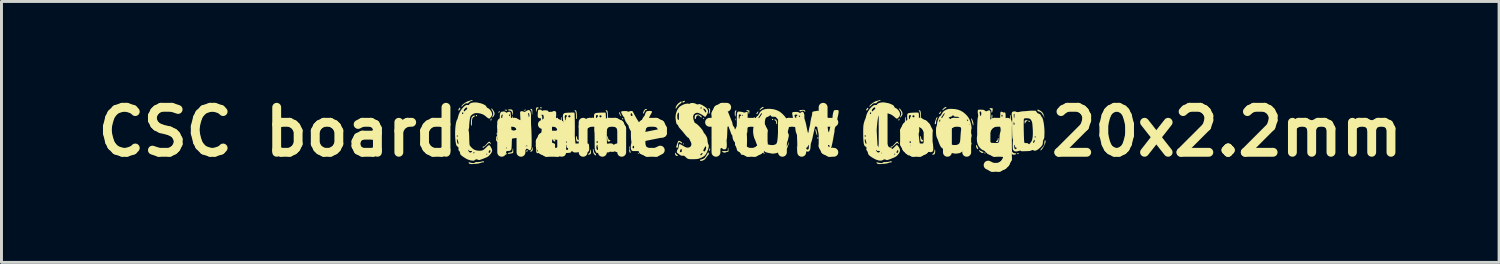
<source format=kicad_pcb>
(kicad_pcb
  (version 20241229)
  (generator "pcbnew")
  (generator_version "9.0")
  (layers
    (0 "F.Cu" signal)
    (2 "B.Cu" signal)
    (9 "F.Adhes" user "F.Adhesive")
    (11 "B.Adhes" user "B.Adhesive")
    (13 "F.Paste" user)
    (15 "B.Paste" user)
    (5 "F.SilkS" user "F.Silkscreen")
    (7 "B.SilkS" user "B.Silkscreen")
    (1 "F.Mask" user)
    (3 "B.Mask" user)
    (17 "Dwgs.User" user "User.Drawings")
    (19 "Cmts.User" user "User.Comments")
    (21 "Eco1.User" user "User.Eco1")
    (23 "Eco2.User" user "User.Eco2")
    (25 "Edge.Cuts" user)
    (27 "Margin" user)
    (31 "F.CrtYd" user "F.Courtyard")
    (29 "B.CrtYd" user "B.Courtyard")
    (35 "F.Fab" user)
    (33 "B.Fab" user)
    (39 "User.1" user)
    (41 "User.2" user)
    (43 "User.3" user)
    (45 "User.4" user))
  (footprint "CSC board name font long 20x2.2mm"
    (layer "F.Cu")
    (at 22.359 1.418)
    (property "Reference" "CSC board name font long 20x2.2mm" (at 0 0 0) (layer "F.SilkS") (effects (font (size 1.524 1.524) (thickness 0.3))))
    (attr board_only exclude_from_pos_files exclude_from_bom)
    (fp_poly (pts (xy -6.52 -0.568) (xy -6.519 -0.549) (xy -6.52 -0.545) (xy -6.523 -0.543) (xy -6.525 -0.556) (xy -6.523 -0.569)) (stroke (width 0) (type solid)) (fill yes) (layer "F.SilkS"))
    (fp_poly (pts (xy -3.478 -0.243) (xy -3.479 -0.228) (xy -3.489 -0.216) (xy -3.499 -0.213) (xy -3.504 -0.22) (xy -3.499 -0.233) (xy -3.495 -0.241) (xy -3.485 -0.249)) (stroke (width 0) (type solid)) (fill yes) (layer "F.SilkS"))
    (fp_poly (pts (xy -0.084 0.541) (xy -0.084 0.545) (xy -0.086 0.563) (xy -0.092 0.563) (xy -0.096 0.558) (xy -0.096 0.545) (xy -0.092 0.537) (xy -0.086 0.531)) (stroke (width 0) (type solid)) (fill yes) (layer "F.SilkS"))
    (fp_poly (pts (xy 7.967 0.71) (xy 7.966 0.718) (xy 7.954 0.731) (xy 7.938 0.73) (xy 7.93 0.722) (xy 7.929 0.708) (xy 7.941 0.698) (xy 7.958 0.698)) (stroke (width 0) (type solid)) (fill yes) (layer "F.SilkS"))
    (fp_poly (pts (xy 8.405 0.121) (xy 8.405 0.123) (xy 8.406 0.143) (xy 8.405 0.151) (xy 8.402 0.151) (xy 8.4 0.137) (xy 8.4 0.134) (xy 8.402 0.12)) (stroke (width 0) (type solid)) (fill yes) (layer "F.SilkS"))
    (fp_poly (pts (xy -9.255 -0.57) (xy -9.253 -0.554) (xy -9.262 -0.537) (xy -9.276 -0.53) (xy -9.29 -0.535) (xy -9.294 -0.541) (xy -9.295 -0.562) (xy -9.28 -0.573) (xy -9.269 -0.575)) (stroke (width 0) (type solid)) (fill yes) (layer "F.SilkS"))
    (fp_poly (pts (xy -4.308 -0.462) (xy -4.303 -0.451) (xy -4.304 -0.432) (xy -4.314 -0.423) (xy -4.327 -0.428) (xy -4.337 -0.447) (xy -4.338 -0.457) (xy -4.333 -0.469) (xy -4.32 -0.471)) (stroke (width 0) (type solid)) (fill yes) (layer "F.SilkS"))
    (fp_poly (pts (xy -3.784 0.709) (xy -3.781 0.711) (xy -3.776 0.726) (xy -3.783 0.739) (xy -3.791 0.742) (xy -3.803 0.735) (xy -3.806 0.732) (xy -3.807 0.717) (xy -3.797 0.708)) (stroke (width 0) (type solid)) (fill yes) (layer "F.SilkS"))
    (fp_poly (pts (xy -2.267 0.384) (xy -2.257 0.395) (xy -2.254 0.406) (xy -2.256 0.423) (xy -2.267 0.426) (xy -2.274 0.42) (xy -2.279 0.407) (xy -2.28 0.396) (xy -2.276 0.383)) (stroke (width 0) (type solid)) (fill yes) (layer "F.SilkS"))
    (fp_poly (pts (xy 4.561 -0.57) (xy 4.565 -0.557) (xy 4.56 -0.546) (xy 4.546 -0.531) (xy 4.529 -0.53) (xy 4.518 -0.542) (xy 4.518 -0.562) (xy 4.532 -0.574) (xy 4.541 -0.575)) (stroke (width 0) (type solid)) (fill yes) (layer "F.SilkS"))
    (fp_poly (pts (xy 6.946 -0.443) (xy 6.963 -0.434) (xy 6.966 -0.422) (xy 6.96 -0.406) (xy 6.947 -0.401) (xy 6.933 -0.407) (xy 6.931 -0.413) (xy 6.925 -0.434) (xy 6.932 -0.443)) (stroke (width 0) (type solid)) (fill yes) (layer "F.SilkS"))
    (fp_poly (pts (xy 9.084 0.721) (xy 9.09 0.735) (xy 9.087 0.745) (xy 9.071 0.751) (xy 9.052 0.748) (xy 9.042 0.741) (xy 9.043 0.728) (xy 9.057 0.718) (xy 9.072 0.714)) (stroke (width 0) (type solid)) (fill yes) (layer "F.SilkS"))
    (fp_poly (pts (xy -8.603 0.042) (xy -8.595 0.055) (xy -8.593 0.065) (xy -8.598 0.082) (xy -8.603 0.088) (xy -8.609 0.084) (xy -8.612 0.066) (xy -8.612 0.065) (xy -8.609 0.046) (xy -8.603 0.041)) (stroke (width 0) (type solid)) (fill yes) (layer "F.SilkS"))
    (fp_poly (pts (xy -8.047 -0.524) (xy -8.04 -0.511) (xy -8.037 -0.489) (xy -8.04 -0.469) (xy -8.046 -0.459) (xy -8.053 -0.464) (xy -8.06 -0.481) (xy -8.061 -0.487) (xy -8.064 -0.515) (xy -8.059 -0.527)) (stroke (width 0) (type solid)) (fill yes) (layer "F.SilkS"))
    (fp_poly (pts (xy -7.071 -0.831) (xy -7.065 -0.818) (xy -7.067 -0.802) (xy -7.081 -0.797) (xy -7.085 -0.797) (xy -7.105 -0.802) (xy -7.113 -0.81) (xy -7.113 -0.829) (xy -7.099 -0.841) (xy -7.086 -0.842)) (stroke (width 0) (type solid)) (fill yes) (layer "F.SilkS"))
    (fp_poly (pts (xy -1.575 -0.475) (xy -1.566 -0.463) (xy -1.561 -0.444) (xy -1.566 -0.433) (xy -1.578 -0.433) (xy -1.583 -0.438) (xy -1.592 -0.453) (xy -1.594 -0.47) (xy -1.589 -0.481) (xy -1.586 -0.482)) (stroke (width 0) (type solid)) (fill yes) (layer "F.SilkS"))
    (fp_poly (pts (xy 0.771 -0.437) (xy 0.777 -0.422) (xy 0.777 -0.42) (xy 0.767 -0.405) (xy 0.752 -0.401) (xy 0.739 -0.411) (xy 0.738 -0.414) (xy 0.737 -0.431) (xy 0.741 -0.438) (xy 0.756 -0.444)) (stroke (width 0) (type solid)) (fill yes) (layer "F.SilkS"))
    (fp_poly (pts (xy 9.447 -0.38) (xy 9.46 -0.368) (xy 9.465 -0.352) (xy 9.459 -0.337) (xy 9.445 -0.335) (xy 9.428 -0.347) (xy 9.428 -0.348) (xy 9.421 -0.366) (xy 9.422 -0.376) (xy 9.432 -0.384)) (stroke (width 0) (type solid)) (fill yes) (layer "F.SilkS"))
    (fp_poly (pts (xy -8.763 -0.447) (xy -8.761 -0.428) (xy -8.767 -0.405) (xy -8.77 -0.398) (xy -8.783 -0.382) (xy -8.793 -0.384) (xy -8.797 -0.402) (xy -8.797 -0.402) (xy -8.793 -0.434) (xy -8.782 -0.451) (xy -8.773 -0.454)) (stroke (width 0) (type solid)) (fill yes) (layer "F.SilkS"))
    (fp_poly (pts (xy -8.244 0.726) (xy -8.242 0.739) (xy -8.252 0.754) (xy -8.27 0.765) (xy -8.282 0.768) (xy -8.3 0.768) (xy -8.305 0.759) (xy -8.304 0.754) (xy -8.295 0.74) (xy -8.276 0.729) (xy -8.256 0.723)) (stroke (width 0) (type solid)) (fill yes) (layer "F.SilkS"))
    (fp_poly (pts (xy -1.179 0.603) (xy -1.163 0.606) (xy -1.121 0.616) (xy -1.142 0.632) (xy -1.168 0.646) (xy -1.19 0.648) (xy -1.199 0.643) (xy -1.204 0.629) (xy -1.205 0.617) (xy -1.204 0.605) (xy -1.197 0.601)) (stroke (width 0) (type solid)) (fill yes) (layer "F.SilkS"))
    (fp_poly (pts (xy -0.504 -0.455) (xy -0.501 -0.435) (xy -0.501 -0.427) (xy -0.501 -0.401) (xy -0.504 -0.391) (xy -0.51 -0.393) (xy -0.513 -0.396) (xy -0.518 -0.41) (xy -0.519 -0.432) (xy -0.515 -0.452) (xy -0.51 -0.459)) (stroke (width 0) (type solid)) (fill yes) (layer "F.SilkS"))
    (fp_poly (pts (xy 1.08 0.699) (xy 1.093 0.711) (xy 1.093 0.729) (xy 1.084 0.746) (xy 1.066 0.758) (xy 1.055 0.76) (xy 1.041 0.753) (xy 1.038 0.738) (xy 1.045 0.715) (xy 1.06 0.7) (xy 1.079 0.698)) (stroke (width 0) (type solid)) (fill yes) (layer "F.SilkS"))
    (fp_poly (pts (xy 2.296 0.181) (xy 2.306 0.203) (xy 2.307 0.221) (xy 2.298 0.231) (xy 2.295 0.232) (xy 2.279 0.226) (xy 2.276 0.223) (xy 2.274 0.208) (xy 2.277 0.189) (xy 2.282 0.172) (xy 2.288 0.172)) (stroke (width 0) (type solid)) (fill yes) (layer "F.SilkS"))
    (fp_poly (pts (xy 5.053 -0.44) (xy 5.053 -0.42) (xy 5.045 -0.399) (xy 5.038 -0.39) (xy 5.027 -0.382) (xy 5.02 -0.39) (xy 5.019 -0.393) (xy 5.018 -0.412) (xy 5.024 -0.432) (xy 5.034 -0.448) (xy 5.045 -0.452)) (stroke (width 0) (type solid)) (fill yes) (layer "F.SilkS"))
    (fp_poly (pts (xy 7.285 0.709) (xy 7.284 0.728) (xy 7.272 0.746) (xy 7.252 0.758) (xy 7.234 0.758) (xy 7.227 0.752) (xy 7.225 0.734) (xy 7.233 0.714) (xy 7.248 0.7) (xy 7.25 0.7) (xy 7.273 0.699)) (stroke (width 0) (type solid)) (fill yes) (layer "F.SilkS"))
    (fp_poly (pts (xy 8.665 0.388) (xy 8.668 0.394) (xy 8.671 0.415) (xy 8.668 0.437) (xy 8.662 0.452) (xy 8.657 0.454) (xy 8.651 0.446) (xy 8.649 0.432) (xy 8.652 0.407) (xy 8.655 0.393) (xy 8.661 0.382)) (stroke (width 0) (type solid)) (fill yes) (layer "F.SilkS"))
    (fp_poly (pts (xy -8.485 -0.702) (xy -8.484 -0.693) (xy -8.492 -0.674) (xy -8.5 -0.659) (xy -8.511 -0.64) (xy -8.517 -0.635) (xy -8.521 -0.644) (xy -8.522 -0.649) (xy -8.523 -0.674) (xy -8.513 -0.695) (xy -8.498 -0.704) (xy -8.496 -0.705)) (stroke (width 0) (type solid)) (fill yes) (layer "F.SilkS"))
    (fp_poly (pts (xy -7.601 -0.749) (xy -7.601 -0.747) (xy -7.609 -0.733) (xy -7.616 -0.729) (xy -7.638 -0.724) (xy -7.657 -0.725) (xy -7.666 -0.731) (xy -7.666 -0.732) (xy -7.663 -0.741) (xy -7.65 -0.748) (xy -7.627 -0.754) (xy -7.608 -0.756)) (stroke (width 0) (type solid)) (fill yes) (layer "F.SilkS"))
    (fp_poly (pts (xy -7.536 0.627) (xy -7.529 0.639) (xy -7.533 0.649) (xy -7.547 0.656) (xy -7.568 0.662) (xy -7.588 0.664) (xy -7.6 0.662) (xy -7.601 0.66) (xy -7.594 0.646) (xy -7.577 0.631) (xy -7.558 0.622) (xy -7.553 0.621)) (stroke (width 0) (type solid)) (fill yes) (layer "F.SilkS"))
    (fp_poly (pts (xy -7.365 0.57) (xy -7.371 0.616) (xy -7.384 0.645) (xy -7.404 0.662) (xy -7.435 0.667) (xy -7.438 0.667) (xy -7.467 0.667) (xy -7.442 0.647) (xy -7.425 0.627) (xy -7.405 0.598) (xy -7.388 0.565) (xy -7.36 0.505)) (stroke (width 0) (type solid)) (fill yes) (layer "F.SilkS"))
    (fp_poly (pts (xy -8.244 -0.741) (xy -8.241 -0.725) (xy -8.248 -0.716) (xy -8.264 -0.714) (xy -8.279 -0.719) (xy -8.283 -0.723) (xy -8.296 -0.731) (xy -8.307 -0.732) (xy -8.32 -0.735) (xy -8.319 -0.742) (xy -8.305 -0.749) (xy -8.286 -0.754) (xy -8.259 -0.754)) (stroke (width 0) (type solid)) (fill yes) (layer "F.SilkS"))
    (fp_poly (pts (xy -1.36 0.561) (xy -1.358 0.579) (xy -1.362 0.605) (xy -1.371 0.63) (xy -1.382 0.645) (xy -1.382 0.645) (xy -1.392 0.642) (xy -1.396 0.635) (xy -1.396 0.618) (xy -1.389 0.593) (xy -1.385 0.583) (xy -1.374 0.561) (xy -1.367 0.555)) (stroke (width 0) (type solid)) (fill yes) (layer "F.SilkS"))
    (fp_poly (pts (xy -0.269 0.725) (xy -0.246 0.729) (xy -0.237 0.739) (xy -0.236 0.746) (xy -0.24 0.758) (xy -0.253 0.765) (xy -0.276 0.768) (xy -0.303 0.768) (xy -0.317 0.761) (xy -0.321 0.755) (xy -0.32 0.738) (xy -0.304 0.728) (xy -0.274 0.725)) (stroke (width 0) (type solid)) (fill yes) (layer "F.SilkS"))
    (fp_poly (pts (xy 6.468 -0.691) (xy 6.463 -0.68) (xy 6.453 -0.659) (xy 6.442 -0.635) (xy 6.427 -0.614) (xy 6.412 -0.604) (xy 6.401 -0.607) (xy 6.396 -0.621) (xy 6.403 -0.64) (xy 6.421 -0.663) (xy 6.43 -0.673) (xy 6.455 -0.693) (xy 6.467 -0.7)) (stroke (width 0) (type solid)) (fill yes) (layer "F.SilkS"))
    (fp_poly (pts (xy -9.833 -0.823) (xy -9.821 -0.811) (xy -9.821 -0.789) (xy -9.832 -0.764) (xy -9.841 -0.752) (xy -9.862 -0.73) (xy -9.877 -0.724) (xy -9.886 -0.733) (xy -9.887 -0.736) (xy -9.886 -0.751) (xy -9.876 -0.773) (xy -9.862 -0.796) (xy -9.847 -0.814) (xy -9.835 -0.823)) (stroke (width 0) (type solid)) (fill yes) (layer "F.SilkS"))
    (fp_poly (pts (xy 3.991 -0.816) (xy 3.992 -0.815) (xy 3.999 -0.799) (xy 3.99 -0.775) (xy 3.969 -0.749) (xy 3.949 -0.729) (xy 3.937 -0.724) (xy 3.929 -0.733) (xy 3.927 -0.738) (xy 3.925 -0.75) (xy 3.931 -0.765) (xy 3.946 -0.786) (xy 3.962 -0.804) (xy 3.978 -0.818)) (stroke (width 0) (type solid)) (fill yes) (layer "F.SilkS"))
    (fp_poly (pts (xy 7.664 0.448) (xy 7.681 0.473) (xy 7.692 0.494) (xy 7.712 0.537) (xy 7.721 0.566) (xy 7.718 0.581) (xy 7.71 0.584) (xy 7.694 0.578) (xy 7.683 0.568) (xy 7.659 0.532) (xy 7.648 0.49) (xy 7.646 0.478) (xy 7.646 0.451) (xy 7.652 0.441)) (stroke (width 0) (type solid)) (fill yes) (layer "F.SilkS"))
    (fp_poly (pts (xy -6.519 -0.479) (xy -6.517 -0.455) (xy -6.519 -0.409) (xy -6.526 -0.379) (xy -6.539 -0.365) (xy -6.559 -0.364) (xy -6.57 -0.368) (xy -6.581 -0.379) (xy -6.576 -0.397) (xy -6.564 -0.412) (xy -6.55 -0.432) (xy -6.541 -0.459) (xy -6.541 -0.459) (xy -6.533 -0.484) (xy -6.525 -0.49)) (stroke (width 0) (type solid)) (fill yes) (layer "F.SilkS"))
    (fp_poly (pts (xy -2.531 0.709) (xy -2.525 0.722) (xy -2.509 0.746) (xy -2.485 0.767) (xy -2.481 0.77) (xy -2.459 0.788) (xy -2.454 0.804) (xy -2.463 0.813) (xy -2.486 0.814) (xy -2.503 0.809) (xy -2.529 0.791) (xy -2.544 0.762) (xy -2.548 0.728) (xy -2.543 0.709) (xy -2.538 0.702)) (stroke (width 0) (type solid)) (fill yes) (layer "F.SilkS"))
    (fp_poly (pts (xy -2.215 -1.052) (xy -2.21 -1.041) (xy -2.219 -1.026) (xy -2.239 -1.011) (xy -2.25 -1.005) (xy -2.273 -0.996) (xy -2.284 -0.993) (xy -2.289 -0.994) (xy -2.293 -0.998) (xy -2.3 -1.016) (xy -2.293 -1.033) (xy -2.273 -1.043) (xy -2.25 -1.049) (xy -2.236 -1.053) (xy -2.219 -1.053)) (stroke (width 0) (type solid)) (fill yes) (layer "F.SilkS"))
    (fp_poly (pts (xy 8.192 -0.578) (xy 8.196 -0.574) (xy 8.2 -0.555) (xy 8.199 -0.521) (xy 8.193 -0.475) (xy 8.189 -0.452) (xy 8.183 -0.431) (xy 8.177 -0.426) (xy 8.172 -0.437) (xy 8.168 -0.462) (xy 8.167 -0.499) (xy 8.167 -0.5) (xy 8.169 -0.543) (xy 8.174 -0.572) (xy 8.182 -0.583)) (stroke (width 0) (type solid)) (fill yes) (layer "F.SilkS"))
    (fp_poly (pts (xy 0.276 -0.7) (xy 0.275 -0.69) (xy 0.272 -0.684) (xy 0.264 -0.665) (xy 0.262 -0.654) (xy 0.253 -0.631) (xy 0.236 -0.612) (xy 0.217 -0.603) (xy 0.216 -0.603) (xy 0.207 -0.608) (xy 0.209 -0.623) (xy 0.217 -0.64) (xy 0.232 -0.66) (xy 0.25 -0.68) (xy 0.265 -0.696) (xy 0.275 -0.701)) (stroke (width 0) (type solid)) (fill yes) (layer "F.SilkS"))
    (fp_poly (pts (xy -4.415 -0.662) (xy -4.41 -0.64) (xy -4.401 -0.608) (xy -4.387 -0.578) (xy -4.385 -0.575) (xy -4.372 -0.552) (xy -4.368 -0.532) (xy -4.368 -0.53) (xy -4.372 -0.525) (xy -4.383 -0.534) (xy -4.4 -0.557) (xy -4.406 -0.566) (xy -4.429 -0.606) (xy -4.439 -0.635) (xy -4.439 -0.645) (xy -4.433 -0.668) (xy -4.424 -0.673)) (stroke (width 0) (type solid)) (fill yes) (layer "F.SilkS"))
    (fp_poly (pts (xy -1.4 -0.809) (xy -1.386 -0.798) (xy -1.366 -0.77) (xy -1.358 -0.737) (xy -1.361 -0.695) (xy -1.368 -0.668) (xy -1.38 -0.632) (xy -1.39 -0.615) (xy -1.399 -0.615) (xy -1.406 -0.626) (xy -1.406 -0.645) (xy -1.401 -0.664) (xy -1.391 -0.703) (xy -1.394 -0.746) (xy -1.406 -0.779) (xy -1.416 -0.802) (xy -1.414 -0.812)) (stroke (width 0) (type solid)) (fill yes) (layer "F.SilkS"))
    (fp_poly (pts (xy 0.408 0.643) (xy 0.428 0.657) (xy 0.435 0.665) (xy 0.453 0.688) (xy 0.466 0.702) (xy 0.481 0.714) (xy 0.486 0.717) (xy 0.498 0.729) (xy 0.496 0.734) (xy 0.483 0.733) (xy 0.46 0.726) (xy 0.439 0.717) (xy 0.402 0.698) (xy 0.381 0.681) (xy 0.374 0.666) (xy 0.376 0.655) (xy 0.389 0.641)) (stroke (width 0) (type solid)) (fill yes) (layer "F.SilkS"))
    (fp_poly (pts (xy 0.435 -0.846) (xy 0.452 -0.837) (xy 0.451 -0.824) (xy 0.435 -0.811) (xy 0.424 -0.806) (xy 0.399 -0.791) (xy 0.37 -0.771) (xy 0.36 -0.762) (xy 0.34 -0.746) (xy 0.325 -0.739) (xy 0.321 -0.74) (xy 0.318 -0.753) (xy 0.327 -0.769) (xy 0.347 -0.792) (xy 0.371 -0.813) (xy 0.402 -0.836) (xy 0.424 -0.847)) (stroke (width 0) (type solid)) (fill yes) (layer "F.SilkS"))
    (fp_poly (pts (xy -1.184 -0.605) (xy -1.182 -0.6) (xy -1.18 -0.583) (xy -1.181 -0.555) (xy -1.184 -0.522) (xy -1.188 -0.488) (xy -1.194 -0.46) (xy -1.199 -0.442) (xy -1.202 -0.438) (xy -1.208 -0.442) (xy -1.211 -0.458) (xy -1.213 -0.488) (xy -1.213 -0.523) (xy -1.212 -0.566) (xy -1.209 -0.593) (xy -1.205 -0.608) (xy -1.199 -0.612) (xy -1.199 -0.612)) (stroke (width 0) (type solid)) (fill yes) (layer "F.SilkS"))
    (fp_poly (pts (xy -1.02 -0.855) (xy -1.014 -0.853) (xy -0.987 -0.848) (xy -0.967 -0.85) (xy -0.95 -0.852) (xy -0.947 -0.845) (xy -0.947 -0.843) (xy -0.959 -0.833) (xy -0.98 -0.827) (xy -0.983 -0.827) (xy -1.008 -0.822) (xy -1.024 -0.816) (xy -1.025 -0.815) (xy -1.039 -0.813) (xy -1.045 -0.817) (xy -1.051 -0.834) (xy -1.047 -0.845) (xy -1.037 -0.856)) (stroke (width 0) (type solid)) (fill yes) (layer "F.SilkS"))
    (fp_poly (pts (xy 2.224 -0.098) (xy 2.229 -0.089) (xy 2.234 -0.069) (xy 2.243 -0.036) (xy 2.248 -0.014) (xy 2.26 0.039) (xy 2.268 0.08) (xy 2.27 0.107) (xy 2.268 0.119) (xy 2.262 0.116) (xy 2.252 0.097) (xy 2.239 0.06) (xy 2.232 0.039) (xy 2.215 -0.017) (xy 2.208 -0.058) (xy 2.208 -0.085) (xy 2.216 -0.097) (xy 2.22 -0.1)) (stroke (width 0) (type solid)) (fill yes) (layer "F.SilkS"))
    (fp_poly (pts (xy 5.286 0.574) (xy 5.293 0.594) (xy 5.298 0.628) (xy 5.304 0.66) (xy 5.314 0.685) (xy 5.333 0.71) (xy 5.347 0.725) (xy 5.371 0.753) (xy 5.382 0.775) (xy 5.383 0.783) (xy 5.371 0.796) (xy 5.352 0.792) (xy 5.328 0.772) (xy 5.296 0.725) (xy 5.278 0.668) (xy 5.275 0.621) (xy 5.276 0.588) (xy 5.281 0.572)) (stroke (width 0) (type solid)) (fill yes) (layer "F.SilkS"))
    (fp_poly (pts (xy 6.597 0.641) (xy 6.617 0.655) (xy 6.629 0.672) (xy 6.643 0.692) (xy 6.653 0.704) (xy 6.655 0.705) (xy 6.667 0.709) (xy 6.679 0.717) (xy 6.689 0.728) (xy 6.684 0.734) (xy 6.666 0.733) (xy 6.648 0.728) (xy 6.618 0.715) (xy 6.591 0.697) (xy 6.572 0.677) (xy 6.565 0.659) (xy 6.566 0.655) (xy 6.579 0.641)) (stroke (width 0) (type solid)) (fill yes) (layer "F.SilkS"))
    (fp_poly (pts (xy 6.628 -0.846) (xy 6.644 -0.838) (xy 6.643 -0.825) (xy 6.624 -0.81) (xy 6.61 -0.803) (xy 6.58 -0.785) (xy 6.552 -0.763) (xy 6.548 -0.759) (xy 6.526 -0.739) (xy 6.513 -0.734) (xy 6.508 -0.743) (xy 6.508 -0.75) (xy 6.515 -0.766) (xy 6.534 -0.787) (xy 6.559 -0.81) (xy 6.586 -0.83) (xy 6.611 -0.843) (xy 6.628 -0.846)) (stroke (width 0) (type solid)) (fill yes) (layer "F.SilkS"))
    (fp_poly (pts (xy 9.393 -0.392) (xy 9.391 -0.381) (xy 9.373 -0.368) (xy 9.367 -0.365) (xy 9.343 -0.35) (xy 9.327 -0.333) (xy 9.326 -0.33) (xy 9.313 -0.296) (xy 9.305 -0.279) (xy 9.3 -0.278) (xy 9.297 -0.292) (xy 9.293 -0.318) (xy 9.29 -0.354) (xy 9.294 -0.376) (xy 9.308 -0.388) (xy 9.335 -0.395) (xy 9.347 -0.396) (xy 9.378 -0.397)) (stroke (width 0) (type solid)) (fill yes) (layer "F.SilkS"))
    (fp_poly (pts (xy -7.407 -0.776) (xy -7.393 -0.768) (xy -7.384 -0.75) (xy -7.381 -0.721) (xy -7.38 -0.676) (xy -7.381 -0.664) (xy -7.383 -0.623) (xy -7.386 -0.594) (xy -7.389 -0.578) (xy -7.393 -0.576) (xy -7.396 -0.589) (xy -7.397 -0.619) (xy -7.398 -0.63) (xy -7.401 -0.683) (xy -7.413 -0.724) (xy -7.435 -0.756) (xy -7.437 -0.758) (xy -7.456 -0.779) (xy -7.428 -0.779)) (stroke (width 0) (type solid)) (fill yes) (layer "F.SilkS"))
    (fp_poly (pts (xy -4.35 0.587) (xy -4.344 0.599) (xy -4.341 0.616) (xy -4.339 0.644) (xy -4.338 0.667) (xy -4.344 0.715) (xy -4.359 0.748) (xy -4.385 0.766) (xy -4.409 0.769) (xy -4.43 0.767) (xy -4.44 0.761) (xy -4.44 0.76) (xy -4.433 0.749) (xy -4.417 0.736) (xy -4.387 0.705) (xy -4.37 0.663) (xy -4.366 0.626) (xy -4.364 0.599) (xy -4.358 0.585)) (stroke (width 0) (type solid)) (fill yes) (layer "F.SilkS"))
    (fp_poly (pts (xy 0.864 -0.418) (xy 0.889 -0.395) (xy 0.904 -0.356) (xy 0.91 -0.303) (xy 0.909 -0.28) (xy 0.904 -0.264) (xy 0.894 -0.26) (xy 0.886 -0.271) (xy 0.886 -0.271) (xy 0.882 -0.287) (xy 0.878 -0.313) (xy 0.876 -0.327) (xy 0.87 -0.356) (xy 0.86 -0.373) (xy 0.843 -0.385) (xy 0.825 -0.399) (xy 0.816 -0.413) (xy 0.819 -0.424) (xy 0.829 -0.426)) (stroke (width 0) (type solid)) (fill yes) (layer "F.SilkS"))
    (fp_poly (pts (xy 7.055 -0.418) (xy 7.08 -0.394) (xy 7.095 -0.355) (xy 7.101 -0.302) (xy 7.101 -0.298) (xy 7.097 -0.272) (xy 7.089 -0.26) (xy 7.079 -0.261) (xy 7.07 -0.28) (xy 7.07 -0.28) (xy 7.065 -0.306) (xy 7.064 -0.329) (xy 7.06 -0.358) (xy 7.047 -0.377) (xy 7.029 -0.388) (xy 7.014 -0.401) (xy 7.008 -0.416) (xy 7.015 -0.425) (xy 7.021 -0.426)) (stroke (width 0) (type solid)) (fill yes) (layer "F.SilkS"))
    (fp_poly (pts (xy 7.777 0.626) (xy 7.792 0.636) (xy 7.818 0.649) (xy 7.843 0.659) (xy 7.879 0.675) (xy 7.898 0.688) (xy 7.9 0.699) (xy 7.883 0.707) (xy 7.878 0.708) (xy 7.858 0.712) (xy 7.844 0.712) (xy 7.83 0.706) (xy 7.81 0.692) (xy 7.796 0.682) (xy 7.772 0.662) (xy 7.756 0.642) (xy 7.751 0.632) (xy 7.753 0.615) (xy 7.764 0.614)) (stroke (width 0) (type solid)) (fill yes) (layer "F.SilkS"))
    (fp_poly (pts (xy -7.828 -0.25) (xy -7.823 -0.232) (xy -7.819 -0.207) (xy -7.817 -0.18) (xy -7.818 -0.156) (xy -7.82 -0.147) (xy -7.83 -0.125) (xy -7.848 -0.114) (xy -7.879 -0.112) (xy -7.88 -0.112) (xy -7.912 -0.112) (xy -7.883 -0.13) (xy -7.859 -0.152) (xy -7.845 -0.184) (xy -7.843 -0.191) (xy -7.838 -0.217) (xy -7.837 -0.236) (xy -7.838 -0.241) (xy -7.836 -0.252) (xy -7.834 -0.254)) (stroke (width 0) (type solid)) (fill yes) (layer "F.SilkS"))
    (fp_poly (pts (xy -5.315 0.579) (xy -5.309 0.603) (xy -5.307 0.614) (xy -5.3 0.654) (xy -5.289 0.684) (xy -5.27 0.711) (xy -5.249 0.734) (xy -5.229 0.76) (xy -5.221 0.779) (xy -5.222 0.783) (xy -5.232 0.795) (xy -5.247 0.793) (xy -5.269 0.775) (xy -5.28 0.765) (xy -5.306 0.725) (xy -5.323 0.674) (xy -5.33 0.614) (xy -5.33 0.607) (xy -5.328 0.581) (xy -5.322 0.572)) (stroke (width 0) (type solid)) (fill yes) (layer "F.SilkS"))
    (fp_poly (pts (xy 7.494 -0.455) (xy 7.507 -0.437) (xy 7.522 -0.406) (xy 7.537 -0.368) (xy 7.549 -0.329) (xy 7.556 -0.293) (xy 7.558 -0.276) (xy 7.556 -0.244) (xy 7.551 -0.225) (xy 7.545 -0.22) (xy 7.538 -0.23) (xy 7.533 -0.25) (xy 7.527 -0.277) (xy 7.517 -0.315) (xy 7.506 -0.354) (xy 7.504 -0.359) (xy 7.49 -0.408) (xy 7.482 -0.44) (xy 7.482 -0.456) (xy 7.489 -0.459)) (stroke (width 0) (type solid)) (fill yes) (layer "F.SilkS"))
    (fp_poly (pts (xy 8.405 0.212) (xy 8.408 0.235) (xy 8.406 0.267) (xy 8.402 0.299) (xy 8.391 0.33) (xy 8.372 0.345) (xy 8.345 0.344) (xy 8.329 0.337) (xy 8.324 0.331) (xy 8.325 0.316) (xy 8.325 0.315) (xy 8.332 0.307) (xy 8.337 0.306) (xy 8.355 0.298) (xy 8.371 0.279) (xy 8.38 0.257) (xy 8.38 0.253) (xy 8.383 0.227) (xy 8.392 0.209) (xy 8.4 0.204)) (stroke (width 0) (type solid)) (fill yes) (layer "F.SilkS"))
    (fp_poly (pts (xy 8.852 0.646) (xy 8.869 0.668) (xy 8.87 0.67) (xy 8.9 0.703) (xy 8.938 0.721) (xy 8.959 0.723) (xy 8.987 0.726) (xy 9.006 0.735) (xy 9.011 0.743) (xy 9.002 0.753) (xy 8.981 0.762) (xy 8.953 0.769) (xy 8.924 0.773) (xy 8.9 0.771) (xy 8.895 0.77) (xy 8.864 0.748) (xy 8.844 0.712) (xy 8.838 0.683) (xy 8.836 0.653) (xy 8.841 0.641)) (stroke (width 0) (type solid)) (fill yes) (layer "F.SilkS"))
    (fp_poly (pts (xy -4.088 0.499) (xy -4.085 0.522) (xy -4.089 0.547) (xy -4.092 0.572) (xy -4.086 0.596) (xy -4.074 0.62) (xy -4.058 0.655) (xy -4.051 0.685) (xy -4.056 0.705) (xy -4.06 0.709) (xy -4.07 0.706) (xy -4.084 0.691) (xy -4.085 0.69) (xy -4.092 0.671) (xy -4.098 0.642) (xy -4.103 0.607) (xy -4.106 0.57) (xy -4.107 0.535) (xy -4.106 0.508) (xy -4.102 0.493) (xy -4.099 0.491)) (stroke (width 0) (type solid)) (fill yes) (layer "F.SilkS"))
    (fp_poly (pts (xy -3.502 -0.774) (xy -3.494 -0.765) (xy -3.502 -0.755) (xy -3.523 -0.749) (xy -3.539 -0.746) (xy -3.551 -0.737) (xy -3.563 -0.718) (xy -3.578 -0.686) (xy -3.578 -0.686) (xy -3.595 -0.654) (xy -3.611 -0.631) (xy -3.624 -0.621) (xy -3.632 -0.624) (xy -3.634 -0.636) (xy -3.629 -0.657) (xy -3.617 -0.687) (xy -3.601 -0.72) (xy -3.583 -0.747) (xy -3.575 -0.758) (xy -3.547 -0.776) (xy -3.526 -0.779)) (stroke (width 0) (type solid)) (fill yes) (layer "F.SilkS"))
    (fp_poly (pts (xy 0.147 -0.496) (xy 0.146 -0.48) (xy 0.136 -0.452) (xy 0.125 -0.43) (xy 0.106 -0.379) (xy 0.102 -0.344) (xy 0.101 -0.313) (xy 0.097 -0.287) (xy 0.096 -0.28) (xy 0.086 -0.263) (xy 0.071 -0.261) (xy 0.059 -0.273) (xy 0.058 -0.275) (xy 0.058 -0.294) (xy 0.063 -0.325) (xy 0.073 -0.362) (xy 0.086 -0.402) (xy 0.101 -0.44) (xy 0.117 -0.472) (xy 0.13 -0.493) (xy 0.137 -0.498)) (stroke (width 0) (type solid)) (fill yes) (layer "F.SilkS"))
    (fp_poly (pts (xy 2.801 0.533) (xy 2.804 0.554) (xy 2.8 0.589) (xy 2.793 0.63) (xy 2.776 0.709) (xy 2.739 0.716) (xy 2.708 0.721) (xy 2.681 0.727) (xy 2.678 0.728) (xy 2.658 0.729) (xy 2.648 0.718) (xy 2.645 0.7) (xy 2.656 0.691) (xy 2.679 0.688) (xy 2.709 0.68) (xy 2.734 0.657) (xy 2.757 0.618) (xy 2.772 0.578) (xy 2.784 0.546) (xy 2.791 0.53) (xy 2.797 0.527)) (stroke (width 0) (type solid)) (fill yes) (layer "F.SilkS"))
    (fp_poly (pts (xy 6.249 0.591) (xy 6.255 0.604) (xy 6.257 0.607) (xy 6.264 0.642) (xy 6.263 0.683) (xy 6.255 0.722) (xy 6.245 0.746) (xy 6.229 0.762) (xy 6.207 0.769) (xy 6.192 0.769) (xy 6.169 0.768) (xy 6.16 0.762) (xy 6.161 0.756) (xy 6.174 0.742) (xy 6.184 0.737) (xy 6.208 0.719) (xy 6.226 0.686) (xy 6.238 0.638) (xy 6.238 0.632) (xy 6.242 0.603) (xy 6.245 0.59)) (stroke (width 0) (type solid)) (fill yes) (layer "F.SilkS"))
    (fp_poly (pts (xy -7.184 -0.829) (xy -7.169 -0.818) (xy -7.167 -0.813) (xy -7.168 -0.8) (xy -7.172 -0.799) (xy -7.186 -0.798) (xy -7.2 -0.794) (xy -7.213 -0.785) (xy -7.223 -0.766) (xy -7.232 -0.733) (xy -7.232 -0.731) (xy -7.24 -0.703) (xy -7.247 -0.686) (xy -7.252 -0.682) (xy -7.256 -0.696) (xy -7.258 -0.723) (xy -7.258 -0.755) (xy -7.255 -0.786) (xy -7.25 -0.811) (xy -7.246 -0.819) (xy -7.23 -0.831) (xy -7.206 -0.834)) (stroke (width 0) (type solid)) (fill yes) (layer "F.SilkS"))
    (fp_poly (pts (xy -6.369 0.575) (xy -6.362 0.594) (xy -6.359 0.614) (xy -6.351 0.658) (xy -6.329 0.702) (xy -6.297 0.738) (xy -6.275 0.761) (xy -6.268 0.778) (xy -6.269 0.782) (xy -6.281 0.795) (xy -6.298 0.793) (xy -6.323 0.773) (xy -6.329 0.767) (xy -6.35 0.742) (xy -6.365 0.717) (xy -6.368 0.711) (xy -6.373 0.691) (xy -6.376 0.664) (xy -6.378 0.634) (xy -6.378 0.606) (xy -6.376 0.584) (xy -6.372 0.573)) (stroke (width 0) (type solid)) (fill yes) (layer "F.SilkS"))
    (fp_poly (pts (xy -5.406 0.598) (xy -5.401 0.617) (xy -5.398 0.652) (xy -5.397 0.662) (xy -5.396 0.699) (xy -5.398 0.722) (xy -5.404 0.737) (xy -5.414 0.749) (xy -5.415 0.75) (xy -5.433 0.761) (xy -5.456 0.768) (xy -5.477 0.77) (xy -5.492 0.766) (xy -5.495 0.758) (xy -5.484 0.745) (xy -5.469 0.735) (xy -5.448 0.72) (xy -5.434 0.696) (xy -5.425 0.661) (xy -5.423 0.642) (xy -5.418 0.61) (xy -5.412 0.595)) (stroke (width 0) (type solid)) (fill yes) (layer "F.SilkS"))
    (fp_poly (pts (xy -5.342 -0.487) (xy -5.338 -0.454) (xy -5.336 -0.429) (xy -5.333 -0.384) (xy -5.329 -0.34) (xy -5.326 -0.305) (xy -5.325 -0.299) (xy -5.322 -0.256) (xy -5.326 -0.225) (xy -5.336 -0.207) (xy -5.344 -0.204) (xy -5.35 -0.207) (xy -5.353 -0.216) (xy -5.356 -0.235) (xy -5.357 -0.265) (xy -5.358 -0.31) (xy -5.358 -0.352) (xy -5.357 -0.409) (xy -5.356 -0.454) (xy -5.353 -0.485) (xy -5.35 -0.501) (xy -5.346 -0.502)) (stroke (width 0) (type solid)) (fill yes) (layer "F.SilkS"))
    (fp_poly (pts (xy -3.623 0.591) (xy -3.617 0.608) (xy -3.614 0.635) (xy -3.616 0.665) (xy -3.622 0.69) (xy -3.624 0.694) (xy -3.642 0.709) (xy -3.673 0.716) (xy -3.702 0.721) (xy -3.725 0.726) (xy -3.729 0.728) (xy -3.742 0.729) (xy -3.745 0.716) (xy -3.737 0.699) (xy -3.712 0.689) (xy -3.685 0.686) (xy -3.666 0.678) (xy -3.649 0.657) (xy -3.637 0.629) (xy -3.634 0.606) (xy -3.632 0.589) (xy -3.626 0.589)) (stroke (width 0) (type solid)) (fill yes) (layer "F.SilkS"))
    (fp_poly (pts (xy -0.471 -0.725) (xy -0.464 -0.713) (xy -0.474 -0.702) (xy -0.475 -0.701) (xy -0.484 -0.689) (xy -0.49 -0.668) (xy -0.492 -0.635) (xy -0.492 -0.625) (xy -0.494 -0.58) (xy -0.498 -0.547) (xy -0.503 -0.527) (xy -0.51 -0.523) (xy -0.513 -0.526) (xy -0.519 -0.545) (xy -0.523 -0.576) (xy -0.526 -0.612) (xy -0.526 -0.649) (xy -0.524 -0.678) (xy -0.522 -0.685) (xy -0.51 -0.713) (xy -0.494 -0.729) (xy -0.478 -0.73)) (stroke (width 0) (type solid)) (fill yes) (layer "F.SilkS"))
    (fp_poly (pts (xy -0.1 0.616) (xy -0.099 0.639) (xy -0.1 0.674) (xy -0.101 0.679) (xy -0.106 0.718) (xy -0.111 0.74) (xy -0.119 0.749) (xy -0.129 0.746) (xy -0.133 0.742) (xy -0.147 0.737) (xy -0.153 0.741) (xy -0.165 0.749) (xy -0.182 0.75) (xy -0.193 0.744) (xy -0.195 0.739) (xy -0.188 0.727) (xy -0.171 0.709) (xy -0.163 0.702) (xy -0.132 0.666) (xy -0.12 0.638) (xy -0.112 0.614) (xy -0.105 0.608)) (stroke (width 0) (type solid)) (fill yes) (layer "F.SilkS"))
    (fp_poly (pts (xy -0.081 -0.737) (xy -0.055 -0.731) (xy -0.037 -0.725) (xy -0.034 -0.723) (xy -0.03 -0.71) (xy -0.03 -0.685) (xy -0.033 -0.656) (xy -0.038 -0.629) (xy -0.044 -0.611) (xy -0.047 -0.607) (xy -0.052 -0.612) (xy -0.055 -0.63) (xy -0.056 -0.643) (xy -0.06 -0.676) (xy -0.072 -0.697) (xy -0.089 -0.703) (xy -0.096 -0.702) (xy -0.114 -0.702) (xy -0.126 -0.713) (xy -0.126 -0.728) (xy -0.119 -0.737) (xy -0.104 -0.74)) (stroke (width 0) (type solid)) (fill yes) (layer "F.SilkS"))
    (fp_poly (pts (xy 1.297 -0.459) (xy 1.309 -0.445) (xy 1.324 -0.419) (xy 1.34 -0.385) (xy 1.354 -0.349) (xy 1.365 -0.317) (xy 1.368 -0.301) (xy 1.37 -0.267) (xy 1.367 -0.24) (xy 1.358 -0.224) (xy 1.353 -0.222) (xy 1.346 -0.23) (xy 1.344 -0.24) (xy 1.342 -0.256) (xy 1.335 -0.285) (xy 1.325 -0.322) (xy 1.32 -0.34) (xy 1.305 -0.39) (xy 1.295 -0.425) (xy 1.29 -0.447) (xy 1.29 -0.458) (xy 1.293 -0.461)) (stroke (width 0) (type solid)) (fill yes) (layer "F.SilkS"))
    (fp_poly (pts (xy 6.337 -0.497) (xy 6.336 -0.478) (xy 6.325 -0.449) (xy 6.319 -0.436) (xy 6.302 -0.396) (xy 6.294 -0.358) (xy 6.294 -0.354) (xy 6.292 -0.305) (xy 6.284 -0.274) (xy 6.27 -0.26) (xy 6.265 -0.26) (xy 6.252 -0.265) (xy 6.248 -0.283) (xy 6.248 -0.287) (xy 6.252 -0.313) (xy 6.261 -0.351) (xy 6.274 -0.393) (xy 6.288 -0.435) (xy 6.303 -0.469) (xy 6.312 -0.486) (xy 6.325 -0.503) (xy 6.332 -0.506)) (stroke (width 0) (type solid)) (fill yes) (layer "F.SilkS"))
    (fp_poly (pts (xy 8.647 0.509) (xy 8.649 0.529) (xy 8.645 0.559) (xy 8.636 0.594) (xy 8.624 0.623) (xy 8.607 0.656) (xy 8.59 0.678) (xy 8.569 0.693) (xy 8.562 0.696) (xy 8.53 0.71) (xy 8.511 0.713) (xy 8.502 0.705) (xy 8.501 0.696) (xy 8.508 0.681) (xy 8.527 0.66) (xy 8.551 0.638) (xy 8.588 0.602) (xy 8.615 0.564) (xy 8.629 0.527) (xy 8.63 0.514) (xy 8.636 0.502) (xy 8.64 0.501)) (stroke (width 0) (type solid)) (fill yes) (layer "F.SilkS"))
    (fp_poly (pts (xy -8.595 0.138) (xy -8.589 0.157) (xy -8.585 0.186) (xy -8.584 0.206) (xy -8.58 0.246) (xy -8.568 0.276) (xy -8.551 0.293) (xy -8.549 0.294) (xy -8.523 0.307) (xy -8.516 0.32) (xy -8.52 0.33) (xy -8.54 0.342) (xy -8.564 0.336) (xy -8.587 0.317) (xy -8.599 0.302) (xy -8.607 0.287) (xy -8.611 0.266) (xy -8.612 0.234) (xy -8.612 0.216) (xy -8.611 0.18) (xy -8.608 0.152) (xy -8.605 0.137) (xy -8.604 0.135)) (stroke (width 0) (type solid)) (fill yes) (layer "F.SilkS"))
    (fp_poly (pts (xy -5.882 0.148) (xy -5.874 0.173) (xy -5.873 0.182) (xy -5.864 0.225) (xy -5.852 0.253) (xy -5.834 0.269) (xy -5.82 0.274) (xy -5.8 0.281) (xy -5.795 0.295) (xy -5.796 0.299) (xy -5.806 0.316) (xy -5.827 0.326) (xy -5.853 0.327) (xy -5.875 0.318) (xy -5.877 0.316) (xy -5.885 0.301) (xy -5.893 0.274) (xy -5.899 0.242) (xy -5.902 0.207) (xy -5.902 0.175) (xy -5.9 0.151) (xy -5.894 0.139) (xy -5.892 0.139)) (stroke (width 0) (type solid)) (fill yes) (layer "F.SilkS"))
    (fp_poly (pts (xy -4.829 0.152) (xy -4.821 0.175) (xy -4.819 0.187) (xy -4.81 0.229) (xy -4.797 0.255) (xy -4.777 0.27) (xy -4.765 0.273) (xy -4.743 0.28) (xy -4.738 0.291) (xy -4.748 0.307) (xy -4.749 0.308) (xy -4.769 0.323) (xy -4.796 0.329) (xy -4.819 0.324) (xy -4.823 0.322) (xy -4.83 0.309) (xy -4.836 0.284) (xy -4.842 0.252) (xy -4.845 0.217) (xy -4.846 0.185) (xy -4.845 0.159) (xy -4.842 0.143) (xy -4.837 0.141)) (stroke (width 0) (type solid)) (fill yes) (layer "F.SilkS"))
    (fp_poly (pts (xy 5.773 0.148) (xy 5.78 0.173) (xy 5.78 0.174) (xy 5.791 0.22) (xy 5.805 0.25) (xy 5.825 0.268) (xy 5.832 0.271) (xy 5.851 0.283) (xy 5.859 0.299) (xy 5.856 0.314) (xy 5.852 0.318) (xy 5.824 0.327) (xy 5.796 0.327) (xy 5.78 0.321) (xy 5.771 0.309) (xy 5.764 0.287) (xy 5.759 0.252) (xy 5.757 0.231) (xy 5.754 0.195) (xy 5.753 0.165) (xy 5.753 0.148) (xy 5.754 0.146) (xy 5.764 0.139)) (stroke (width 0) (type solid)) (fill yes) (layer "F.SilkS"))
    (fp_poly (pts (xy -8.743 -0.782) (xy -8.72 -0.753) (xy -8.711 -0.74) (xy -8.68 -0.691) (xy -8.663 -0.65) (xy -8.659 -0.612) (xy -8.668 -0.576) (xy -8.687 -0.541) (xy -8.708 -0.512) (xy -8.725 -0.495) (xy -8.737 -0.491) (xy -8.742 -0.501) (xy -8.738 -0.515) (xy -8.728 -0.537) (xy -8.723 -0.547) (xy -8.705 -0.596) (xy -8.705 -0.643) (xy -8.721 -0.691) (xy -8.736 -0.717) (xy -8.753 -0.745) (xy -8.765 -0.769) (xy -8.769 -0.782) (xy -8.767 -0.796) (xy -8.758 -0.797)) (stroke (width 0) (type solid)) (fill yes) (layer "F.SilkS"))
    (fp_poly (pts (xy -6.651 0.064) (xy -6.648 0.087) (xy -6.647 0.119) (xy -6.646 0.127) (xy -6.644 0.188) (xy -6.637 0.235) (xy -6.627 0.267) (xy -6.615 0.28) (xy -6.603 0.295) (xy -6.6 0.306) (xy -6.607 0.321) (xy -6.624 0.324) (xy -6.648 0.314) (xy -6.654 0.31) (xy -6.666 0.299) (xy -6.672 0.283) (xy -6.674 0.257) (xy -6.674 0.238) (xy -6.673 0.192) (xy -6.671 0.148) (xy -6.667 0.108) (xy -6.663 0.078) (xy -6.658 0.059) (xy -6.655 0.056)) (stroke (width 0) (type solid)) (fill yes) (layer "F.SilkS"))
    (fp_poly (pts (xy 5.262 -0.494) (xy 5.265 -0.465) (xy 5.265 -0.434) (xy 5.267 -0.394) (xy 5.27 -0.355) (xy 5.275 -0.327) (xy 5.276 -0.324) (xy 5.281 -0.296) (xy 5.281 -0.264) (xy 5.278 -0.235) (xy 5.271 -0.213) (xy 5.262 -0.204) (xy 5.262 -0.204) (xy 5.253 -0.213) (xy 5.247 -0.24) (xy 5.244 -0.267) (xy 5.24 -0.314) (xy 5.238 -0.363) (xy 5.238 -0.411) (xy 5.239 -0.453) (xy 5.242 -0.482) (xy 5.243 -0.489) (xy 5.251 -0.508) (xy 5.257 -0.509)) (stroke (width 0) (type solid)) (fill yes) (layer "F.SilkS"))
    (fp_poly (pts (xy 8.153 -0.805) (xy 8.187 -0.803) (xy 8.206 -0.797) (xy 8.21 -0.793) (xy 8.211 -0.778) (xy 8.209 -0.752) (xy 8.205 -0.723) (xy 8.197 -0.685) (xy 8.189 -0.66) (xy 8.18 -0.65) (xy 8.173 -0.657) (xy 8.172 -0.659) (xy 8.169 -0.676) (xy 8.165 -0.703) (xy 8.165 -0.708) (xy 8.16 -0.735) (xy 8.147 -0.752) (xy 8.134 -0.76) (xy 8.115 -0.775) (xy 8.104 -0.79) (xy 8.104 -0.791) (xy 8.105 -0.799) (xy 8.116 -0.804) (xy 8.14 -0.805)) (stroke (width 0) (type solid)) (fill yes) (layer "F.SilkS"))
    (fp_poly (pts (xy -6.399 -0.501) (xy -6.393 -0.481) (xy -6.389 -0.449) (xy -6.387 -0.407) (xy -6.387 -0.399) (xy -6.385 -0.364) (xy -6.381 -0.333) (xy -6.378 -0.319) (xy -6.374 -0.295) (xy -6.374 -0.265) (xy -6.379 -0.236) (xy -6.386 -0.215) (xy -6.393 -0.207) (xy -6.401 -0.212) (xy -6.409 -0.23) (xy -6.409 -0.233) (xy -6.412 -0.255) (xy -6.414 -0.289) (xy -6.415 -0.331) (xy -6.415 -0.375) (xy -6.414 -0.418) (xy -6.413 -0.457) (xy -6.411 -0.486) (xy -6.408 -0.503) (xy -6.407 -0.505)) (stroke (width 0) (type solid)) (fill yes) (layer "F.SilkS"))
    (fp_poly (pts (xy 8.813 -0.567) (xy 8.817 -0.547) (xy 8.821 -0.512) (xy 8.823 -0.471) (xy 8.824 -0.429) (xy 8.823 -0.391) (xy 8.821 -0.361) (xy 8.817 -0.344) (xy 8.817 -0.344) (xy 8.813 -0.326) (xy 8.817 -0.303) (xy 8.82 -0.279) (xy 8.817 -0.266) (xy 8.808 -0.266) (xy 8.803 -0.275) (xy 8.8 -0.293) (xy 8.798 -0.325) (xy 8.797 -0.365) (xy 8.796 -0.411) (xy 8.796 -0.458) (xy 8.797 -0.502) (xy 8.798 -0.539) (xy 8.8 -0.565) (xy 8.802 -0.575) (xy 8.808 -0.579)) (stroke (width 0) (type solid)) (fill yes) (layer "F.SilkS"))
    (fp_poly (pts (xy -3.522 -0.175) (xy -3.521 -0.159) (xy -3.526 -0.13) (xy -3.537 -0.092) (xy -3.553 -0.049) (xy -3.56 -0.031) (xy -3.573 0.014) (xy -3.578 0.065) (xy -3.58 0.095) (xy -3.584 0.117) (xy -3.588 0.125) (xy -3.594 0.138) (xy -3.598 0.16) (xy -3.598 0.16) (xy -3.601 0.19) (xy -3.605 0.213) (xy -3.608 0.213) (xy -3.61 0.197) (xy -3.611 0.167) (xy -3.611 0.127) (xy -3.611 0.107) (xy -3.61 -0.023) (xy -3.569 -0.104) (xy -3.55 -0.14) (xy -3.535 -0.164) (xy -3.525 -0.175)) (stroke (width 0) (type solid)) (fill yes) (layer "F.SilkS"))
    (fp_poly (pts (xy -2.329 -1.021) (xy -2.327 -1.003) (xy -2.332 -0.982) (xy -2.351 -0.967) (xy -2.354 -0.966) (xy -2.381 -0.949) (xy -2.413 -0.921) (xy -2.446 -0.886) (xy -2.476 -0.849) (xy -2.495 -0.82) (xy -2.509 -0.796) (xy -2.517 -0.786) (xy -2.522 -0.789) (xy -2.525 -0.801) (xy -2.525 -0.829) (xy -2.517 -0.855) (xy -2.5 -0.886) (xy -2.479 -0.918) (xy -2.457 -0.946) (xy -2.439 -0.965) (xy -2.43 -0.971) (xy -2.415 -0.98) (xy -2.393 -0.997) (xy -2.381 -1.008) (xy -2.355 -1.029) (xy -2.338 -1.033)) (stroke (width 0) (type solid)) (fill yes) (layer "F.SilkS"))
    (fp_poly (pts (xy -1.094 -0.851) (xy -1.078 -0.839) (xy -1.076 -0.835) (xy -1.072 -0.822) (xy -1.079 -0.814) (xy -1.099 -0.806) (xy -1.131 -0.787) (xy -1.156 -0.757) (xy -1.168 -0.722) (xy -1.168 -0.714) (xy -1.172 -0.69) (xy -1.178 -0.677) (xy -1.182 -0.676) (xy -1.184 -0.69) (xy -1.184 -0.72) (xy -1.182 -0.751) (xy -1.179 -0.789) (xy -1.175 -0.82) (xy -1.173 -0.839) (xy -1.171 -0.843) (xy -1.161 -0.842) (xy -1.149 -0.836) (xy -1.134 -0.829) (xy -1.126 -0.836) (xy -1.125 -0.839) (xy -1.113 -0.851)) (stroke (width 0) (type solid)) (fill yes) (layer "F.SilkS"))
    (fp_poly (pts (xy 5.729 -0.734) (xy 5.736 -0.731) (xy 5.752 -0.722) (xy 5.763 -0.705) (xy 5.771 -0.677) (xy 5.776 -0.637) (xy 5.779 -0.586) (xy 5.781 -0.543) (xy 5.785 -0.504) (xy 5.788 -0.475) (xy 5.79 -0.466) (xy 5.792 -0.444) (xy 5.787 -0.436) (xy 5.782 -0.436) (xy 5.766 -0.439) (xy 5.763 -0.442) (xy 5.76 -0.454) (xy 5.757 -0.478) (xy 5.756 -0.504) (xy 5.754 -0.571) (xy 5.747 -0.628) (xy 5.737 -0.673) (xy 5.724 -0.703) (xy 5.72 -0.709) (xy 5.707 -0.727) (xy 5.711 -0.736)) (stroke (width 0) (type solid)) (fill yes) (layer "F.SilkS"))
    (fp_poly (pts (xy -5.931 -0.737) (xy -5.911 -0.729) (xy -5.898 -0.718) (xy -5.889 -0.699) (xy -5.882 -0.671) (xy -5.878 -0.629) (xy -5.876 -0.6) (xy -5.873 -0.555) (xy -5.87 -0.515) (xy -5.867 -0.484) (xy -5.866 -0.469) (xy -5.868 -0.449) (xy -5.876 -0.437) (xy -5.886 -0.438) (xy -5.889 -0.442) (xy -5.892 -0.454) (xy -5.895 -0.48) (xy -5.898 -0.516) (xy -5.9 -0.547) (xy -5.905 -0.61) (xy -5.912 -0.656) (xy -5.921 -0.687) (xy -5.932 -0.704) (xy -5.938 -0.708) (xy -5.95 -0.721) (xy -5.951 -0.728) (xy -5.947 -0.738)) (stroke (width 0) (type solid)) (fill yes) (layer "F.SilkS"))
    (fp_poly (pts (xy 1.811 -0.747) (xy 1.827 -0.744) (xy 1.839 -0.736) (xy 1.843 -0.732) (xy 1.856 -0.714) (xy 1.863 -0.695) (xy 1.861 -0.681) (xy 1.854 -0.677) (xy 1.843 -0.684) (xy 1.83 -0.699) (xy 1.819 -0.713) (xy 1.803 -0.719) (xy 1.777 -0.718) (xy 1.772 -0.718) (xy 1.746 -0.714) (xy 1.729 -0.708) (xy 1.726 -0.705) (xy 1.715 -0.697) (xy 1.696 -0.696) (xy 1.676 -0.703) (xy 1.668 -0.71) (xy 1.662 -0.722) (xy 1.667 -0.731) (xy 1.685 -0.738) (xy 1.719 -0.743) (xy 1.748 -0.745) (xy 1.786 -0.748)) (stroke (width 0) (type solid)) (fill yes) (layer "F.SilkS"))
    (fp_poly (pts (xy 9.993 0.286) (xy 10 0.306) (xy 10.002 0.324) (xy 9.997 0.356) (xy 9.983 0.398) (xy 9.962 0.446) (xy 9.937 0.496) (xy 9.909 0.542) (xy 9.882 0.582) (xy 9.857 0.609) (xy 9.848 0.617) (xy 9.832 0.626) (xy 9.827 0.623) (xy 9.826 0.613) (xy 9.832 0.598) (xy 9.849 0.575) (xy 9.872 0.548) (xy 9.878 0.541) (xy 9.914 0.502) (xy 9.937 0.469) (xy 9.951 0.439) (xy 9.958 0.404) (xy 9.96 0.371) (xy 9.964 0.323) (xy 9.971 0.292) (xy 9.981 0.279) (xy 9.984 0.278)) (stroke (width 0) (type solid)) (fill yes) (layer "F.SilkS"))
    (fp_poly (pts (xy -8.076 -0.755) (xy -8.057 -0.741) (xy -8.048 -0.727) (xy -8.043 -0.706) (xy -8.04 -0.673) (xy -8.039 -0.644) (xy -8.039 -0.605) (xy -8.039 -0.581) (xy -8.041 -0.569) (xy -8.044 -0.567) (xy -8.05 -0.572) (xy -8.054 -0.585) (xy -8.056 -0.603) (xy -8.06 -0.629) (xy -8.07 -0.658) (xy -8.071 -0.66) (xy -8.083 -0.684) (xy -8.092 -0.703) (xy -8.093 -0.705) (xy -8.107 -0.714) (xy -8.136 -0.723) (xy -8.157 -0.726) (xy -8.191 -0.733) (xy -8.208 -0.741) (xy -8.207 -0.75) (xy -8.188 -0.758) (xy -8.166 -0.762) (xy -8.115 -0.766)) (stroke (width 0) (type solid)) (fill yes) (layer "F.SilkS"))
    (fp_poly (pts (xy -4.877 -0.736) (xy -4.863 -0.731) (xy -4.848 -0.722) (xy -4.837 -0.71) (xy -4.831 -0.691) (xy -4.827 -0.661) (xy -4.825 -0.616) (xy -4.825 -0.607) (xy -4.823 -0.563) (xy -4.82 -0.52) (xy -4.817 -0.486) (xy -4.816 -0.48) (xy -4.812 -0.453) (xy -4.814 -0.439) (xy -4.822 -0.436) (xy -4.823 -0.436) (xy -4.838 -0.443) (xy -4.843 -0.45) (xy -4.845 -0.466) (xy -4.848 -0.495) (xy -4.849 -0.531) (xy -4.849 -0.536) (xy -4.851 -0.603) (xy -4.859 -0.653) (xy -4.872 -0.689) (xy -4.885 -0.709) (xy -4.897 -0.727) (xy -4.894 -0.737)) (stroke (width 0) (type solid)) (fill yes) (layer "F.SilkS"))
    (fp_poly (pts (xy -9.336 -0.557) (xy -9.331 -0.549) (xy -9.329 -0.536) (xy -9.338 -0.523) (xy -9.359 -0.509) (xy -9.373 -0.502) (xy -9.394 -0.486) (xy -9.41 -0.461) (xy -9.42 -0.424) (xy -9.425 -0.373) (xy -9.427 -0.324) (xy -9.429 -0.268) (xy -9.433 -0.23) (xy -9.44 -0.209) (xy -9.446 -0.204) (xy -9.451 -0.212) (xy -9.456 -0.233) (xy -9.459 -0.248) (xy -9.46 -0.282) (xy -9.459 -0.326) (xy -9.456 -0.375) (xy -9.45 -0.423) (xy -9.444 -0.463) (xy -9.437 -0.487) (xy -9.422 -0.511) (xy -9.399 -0.532) (xy -9.397 -0.534) (xy -9.366 -0.551) (xy -9.347 -0.559)) (stroke (width 0) (type solid)) (fill yes) (layer "F.SilkS"))
    (fp_poly (pts (xy -7.229 0.517) (xy -7.224 0.537) (xy -7.222 0.569) (xy -7.221 0.583) (xy -7.219 0.624) (xy -7.213 0.65) (xy -7.2 0.664) (xy -7.179 0.667) (xy -7.179 0.667) (xy -7.151 0.671) (xy -7.133 0.679) (xy -7.129 0.687) (xy -7.136 0.696) (xy -7.155 0.706) (xy -7.177 0.717) (xy -7.196 0.723) (xy -7.2 0.723) (xy -7.213 0.718) (xy -7.229 0.709) (xy -7.239 0.7) (xy -7.245 0.687) (xy -7.248 0.667) (xy -7.249 0.635) (xy -7.249 0.617) (xy -7.249 0.579) (xy -7.247 0.547) (xy -7.244 0.527) (xy -7.244 0.525) (xy -7.236 0.513)) (stroke (width 0) (type solid)) (fill yes) (layer "F.SilkS"))
    (fp_poly (pts (xy 1.307 0.375) (xy 1.301 0.412) (xy 1.289 0.44) (xy 1.276 0.465) (xy 1.27 0.488) (xy 1.27 0.49) (xy 1.262 0.525) (xy 1.24 0.557) (xy 1.23 0.564) (xy 1.217 0.58) (xy 1.201 0.606) (xy 1.19 0.626) (xy 1.175 0.655) (xy 1.16 0.677) (xy 1.15 0.685) (xy 1.134 0.694) (xy 1.124 0.693) (xy 1.114 0.684) (xy 1.105 0.671) (xy 1.106 0.656) (xy 1.119 0.637) (xy 1.145 0.61) (xy 1.149 0.607) (xy 1.188 0.564) (xy 1.226 0.509) (xy 1.261 0.45) (xy 1.287 0.392) (xy 1.289 0.386) (xy 1.306 0.338)) (stroke (width 0) (type solid)) (fill yes) (layer "F.SilkS"))
    (fp_poly (pts (xy 5.056 -0.798) (xy 5.073 -0.781) (xy 5.098 -0.749) (xy 5.107 -0.736) (xy 5.133 -0.695) (xy 5.148 -0.663) (xy 5.155 -0.634) (xy 5.155 -0.604) (xy 5.154 -0.598) (xy 5.148 -0.578) (xy 5.135 -0.553) (xy 5.118 -0.527) (xy 5.101 -0.505) (xy 5.087 -0.492) (xy 5.083 -0.491) (xy 5.072 -0.494) (xy 5.071 -0.496) (xy 5.075 -0.507) (xy 5.084 -0.528) (xy 5.089 -0.537) (xy 5.109 -0.586) (xy 5.114 -0.629) (xy 5.105 -0.672) (xy 5.08 -0.718) (xy 5.065 -0.739) (xy 5.051 -0.761) (xy 5.043 -0.779) (xy 5.043 -0.782) (xy 5.046 -0.798)) (stroke (width 0) (type solid)) (fill yes) (layer "F.SilkS"))
    (fp_poly (pts (xy 7.498 0.355) (xy 7.499 0.366) (xy 7.495 0.392) (xy 7.485 0.423) (xy 7.481 0.434) (xy 7.47 0.464) (xy 7.463 0.489) (xy 7.462 0.497) (xy 7.456 0.517) (xy 7.441 0.542) (xy 7.431 0.554) (xy 7.408 0.583) (xy 7.385 0.619) (xy 7.376 0.636) (xy 7.354 0.671) (xy 7.333 0.691) (xy 7.313 0.696) (xy 7.302 0.689) (xy 7.295 0.67) (xy 7.303 0.646) (xy 7.326 0.618) (xy 7.336 0.61) (xy 7.366 0.579) (xy 7.4 0.535) (xy 7.432 0.483) (xy 7.461 0.429) (xy 7.478 0.39) (xy 7.489 0.363) (xy 7.495 0.352)) (stroke (width 0) (type solid)) (fill yes) (layer "F.SilkS"))
    (fp_poly (pts (xy 1.596 0.496) (xy 1.603 0.517) (xy 1.61 0.548) (xy 1.611 0.552) (xy 1.624 0.614) (xy 1.637 0.662) (xy 1.652 0.696) (xy 1.656 0.702) (xy 1.667 0.715) (xy 1.685 0.721) (xy 1.714 0.723) (xy 1.717 0.723) (xy 1.766 0.724) (xy 1.744 0.742) (xy 1.713 0.757) (xy 1.68 0.759) (xy 1.65 0.746) (xy 1.643 0.739) (xy 1.627 0.714) (xy 1.613 0.677) (xy 1.601 0.636) (xy 1.595 0.596) (xy 1.594 0.584) (xy 1.592 0.559) (xy 1.585 0.542) (xy 1.584 0.541) (xy 1.578 0.525) (xy 1.579 0.505) (xy 1.585 0.491) (xy 1.59 0.489)) (stroke (width 0) (type solid)) (fill yes) (layer "F.SilkS"))
    (fp_poly (pts (xy 2.562 -0.707) (xy 2.571 -0.689) (xy 2.578 -0.66) (xy 2.581 -0.635) (xy 2.585 -0.598) (xy 2.593 -0.553) (xy 2.602 -0.508) (xy 2.604 -0.501) (xy 2.617 -0.437) (xy 2.624 -0.387) (xy 2.624 -0.352) (xy 2.617 -0.333) (xy 2.617 -0.333) (xy 2.605 -0.328) (xy 2.601 -0.332) (xy 2.598 -0.346) (xy 2.597 -0.371) (xy 2.597 -0.388) (xy 2.594 -0.428) (xy 2.583 -0.452) (xy 2.583 -0.453) (xy 2.576 -0.469) (xy 2.567 -0.499) (xy 2.559 -0.537) (xy 2.552 -0.581) (xy 2.546 -0.623) (xy 2.542 -0.661) (xy 2.542 -0.689) (xy 2.544 -0.701) (xy 2.552 -0.711)) (stroke (width 0) (type solid)) (fill yes) (layer "F.SilkS"))
    (fp_poly (pts (xy -8.037 0.561) (xy -8.033 0.572) (xy -8.03 0.597) (xy -8.028 0.628) (xy -8.028 0.661) (xy -8.03 0.689) (xy -8.034 0.708) (xy -8.035 0.71) (xy -8.047 0.717) (xy -8.072 0.724) (xy -8.105 0.731) (xy -8.108 0.731) (xy -8.151 0.738) (xy -8.179 0.741) (xy -8.196 0.741) (xy -8.204 0.738) (xy -8.207 0.734) (xy -8.208 0.72) (xy -8.192 0.708) (xy -8.164 0.7) (xy -8.157 0.699) (xy -8.117 0.694) (xy -8.091 0.688) (xy -8.075 0.679) (xy -8.065 0.666) (xy -8.06 0.659) (xy -8.051 0.631) (xy -8.047 0.598) (xy -8.046 0.593) (xy -8.044 0.569) (xy -8.039 0.56)) (stroke (width 0) (type solid)) (fill yes) (layer "F.SilkS"))
    (fp_poly (pts (xy -1.408 0.705) (xy -1.402 0.729) (xy -1.404 0.752) (xy -1.417 0.774) (xy -1.428 0.786) (xy -1.449 0.809) (xy -1.473 0.841) (xy -1.496 0.873) (xy -1.522 0.909) (xy -1.547 0.934) (xy -1.578 0.954) (xy -1.585 0.957) (xy -1.624 0.973) (xy -1.659 0.981) (xy -1.686 0.981) (xy -1.701 0.971) (xy -1.702 0.969) (xy -1.702 0.949) (xy -1.689 0.937) (xy -1.681 0.936) (xy -1.657 0.932) (xy -1.626 0.922) (xy -1.593 0.908) (xy -1.564 0.893) (xy -1.545 0.88) (xy -1.543 0.877) (xy -1.501 0.814) (xy -1.47 0.765) (xy -1.452 0.729) (xy -1.451 0.728) (xy -1.437 0.704) (xy -1.421 0.696)) (stroke (width 0) (type solid)) (fill yes) (layer "F.SilkS"))
    (fp_poly (pts (xy 4.481 -0.557) (xy 4.486 -0.541) (xy 4.475 -0.524) (xy 4.45 -0.508) (xy 4.446 -0.506) (xy 4.427 -0.495) (xy 4.412 -0.477) (xy 4.401 -0.45) (xy 4.393 -0.411) (xy 4.388 -0.358) (xy 4.386 -0.316) (xy 4.382 -0.266) (xy 4.378 -0.233) (xy 4.374 -0.213) (xy 4.367 -0.206) (xy 4.367 -0.206) (xy 4.362 -0.207) (xy 4.359 -0.216) (xy 4.357 -0.235) (xy 4.357 -0.267) (xy 4.359 -0.315) (xy 4.359 -0.326) (xy 4.362 -0.375) (xy 4.366 -0.42) (xy 4.37 -0.456) (xy 4.375 -0.479) (xy 4.376 -0.481) (xy 4.388 -0.501) (xy 4.409 -0.523) (xy 4.433 -0.542) (xy 4.457 -0.555) (xy 4.475 -0.559)) (stroke (width 0) (type solid)) (fill yes) (layer "F.SilkS"))
    (fp_poly (pts (xy -8.829 0.332) (xy -8.815 0.344) (xy -8.799 0.368) (xy -8.799 0.369) (xy -8.786 0.397) (xy -8.783 0.412) (xy -8.79 0.414) (xy -8.806 0.4) (xy -8.811 0.395) (xy -8.828 0.379) (xy -8.842 0.371) (xy -8.844 0.371) (xy -8.854 0.377) (xy -8.875 0.393) (xy -8.902 0.417) (xy -8.922 0.437) (xy -8.962 0.474) (xy -8.998 0.504) (xy -9.028 0.526) (xy -9.048 0.537) (xy -9.053 0.538) (xy -9.06 0.53) (xy -9.063 0.523) (xy -9.062 0.506) (xy -9.045 0.495) (xy -9.022 0.491) (xy -9.006 0.485) (xy -8.982 0.465) (xy -8.949 0.43) (xy -8.931 0.41) (xy -8.895 0.37) (xy -8.867 0.344) (xy -8.846 0.332)) (stroke (width 0) (type solid)) (fill yes) (layer "F.SilkS"))
    (fp_poly (pts (xy -2.403 0.302) (xy -2.376 0.313) (xy -2.349 0.33) (xy -2.325 0.349) (xy -2.31 0.365) (xy -2.308 0.372) (xy -2.312 0.386) (xy -2.324 0.387) (xy -2.346 0.377) (xy -2.362 0.366) (xy -2.385 0.352) (xy -2.404 0.344) (xy -2.408 0.343) (xy -2.421 0.352) (xy -2.433 0.374) (xy -2.442 0.407) (xy -2.447 0.446) (xy -2.447 0.461) (xy -2.451 0.5) (xy -2.46 0.526) (xy -2.474 0.539) (xy -2.491 0.535) (xy -2.501 0.526) (xy -2.505 0.52) (xy -2.507 0.513) (xy -2.505 0.501) (xy -2.501 0.482) (xy -2.492 0.453) (xy -2.478 0.411) (xy -2.463 0.366) (xy -2.449 0.329) (xy -2.437 0.308) (xy -2.425 0.299) (xy -2.422 0.298)) (stroke (width 0) (type solid)) (fill yes) (layer "F.SilkS"))
    (fp_poly (pts (xy -1.743 -0.589) (xy -1.72 -0.577) (xy -1.711 -0.571) (xy -1.688 -0.557) (xy -1.672 -0.548) (xy -1.668 -0.547) (xy -1.656 -0.539) (xy -1.648 -0.521) (xy -1.646 -0.501) (xy -1.649 -0.494) (xy -1.655 -0.487) (xy -1.664 -0.489) (xy -1.68 -0.502) (xy -1.7 -0.522) (xy -1.73 -0.55) (xy -1.754 -0.563) (xy -1.776 -0.561) (xy -1.801 -0.547) (xy -1.806 -0.542) (xy -1.827 -0.519) (xy -1.836 -0.49) (xy -1.837 -0.479) (xy -1.843 -0.452) (xy -1.855 -0.437) (xy -1.87 -0.437) (xy -1.875 -0.442) (xy -1.879 -0.454) (xy -1.881 -0.478) (xy -1.882 -0.496) (xy -1.878 -0.538) (xy -1.865 -0.566) (xy -1.84 -0.582) (xy -1.8 -0.59) (xy -1.798 -0.59) (xy -1.766 -0.592)) (stroke (width 0) (type solid)) (fill yes) (layer "F.SilkS"))
    (fp_poly (pts (xy -0.744 0.543) (xy -0.741 0.572) (xy -0.74 0.581) (xy -0.739 0.624) (xy -0.739 0.652) (xy -0.744 0.668) (xy -0.752 0.675) (xy -0.766 0.677) (xy -0.769 0.677) (xy -0.795 0.68) (xy -0.825 0.689) (xy -0.828 0.691) (xy -0.854 0.7) (xy -0.875 0.703) (xy -0.896 0.698) (xy -0.927 0.685) (xy -0.927 0.685) (xy -0.951 0.674) (xy -0.96 0.666) (xy -0.957 0.66) (xy -0.951 0.656) (xy -0.935 0.652) (xy -0.908 0.649) (xy -0.874 0.648) (xy -0.84 0.648) (xy -0.811 0.649) (xy -0.793 0.652) (xy -0.79 0.653) (xy -0.779 0.655) (xy -0.769 0.642) (xy -0.762 0.619) (xy -0.759 0.594) (xy -0.758 0.558) (xy -0.754 0.537) (xy -0.749 0.532)) (stroke (width 0) (type solid)) (fill yes) (layer "F.SilkS"))
    (fp_poly (pts (xy 9.75 -0.754) (xy 9.77 -0.746) (xy 9.8 -0.731) (xy 9.832 -0.712) (xy 9.832 -0.712) (xy 9.869 -0.686) (xy 9.894 -0.659) (xy 9.916 -0.626) (xy 9.917 -0.623) (xy 9.93 -0.596) (xy 9.941 -0.564) (xy 9.95 -0.532) (xy 9.956 -0.505) (xy 9.957 -0.487) (xy 9.954 -0.482) (xy 9.95 -0.49) (xy 9.943 -0.511) (xy 9.94 -0.523) (xy 9.928 -0.552) (xy 9.914 -0.572) (xy 9.91 -0.575) (xy 9.895 -0.589) (xy 9.891 -0.6) (xy 9.884 -0.616) (xy 9.867 -0.637) (xy 9.843 -0.659) (xy 9.82 -0.677) (xy 9.801 -0.686) (xy 9.798 -0.686) (xy 9.768 -0.692) (xy 9.742 -0.707) (xy 9.727 -0.727) (xy 9.724 -0.737) (xy 9.727 -0.753) (xy 9.737 -0.757)) (stroke (width 0) (type solid)) (fill yes) (layer "F.SilkS"))
    (fp_poly (pts (xy -9.41 -1.075) (xy -9.401 -1.067) (xy -9.404 -1.058) (xy -9.417 -1.05) (xy -9.433 -1.048) (xy -9.46 -1.043) (xy -9.489 -1.029) (xy -9.523 -1.003) (xy -9.533 -0.994) (xy -9.556 -0.975) (xy -9.575 -0.967) (xy -9.595 -0.967) (xy -9.601 -0.968) (xy -9.621 -0.97) (xy -9.641 -0.965) (xy -9.665 -0.95) (xy -9.678 -0.941) (xy -9.707 -0.918) (xy -9.734 -0.893) (xy -9.746 -0.88) (xy -9.765 -0.86) (xy -9.776 -0.854) (xy -9.78 -0.863) (xy -9.78 -0.87) (xy -9.772 -0.89) (xy -9.751 -0.915) (xy -9.72 -0.943) (xy -9.682 -0.972) (xy -9.64 -1) (xy -9.598 -1.023) (xy -9.56 -1.04) (xy -9.538 -1.047) (xy -9.502 -1.056) (xy -9.465 -1.067) (xy -9.459 -1.069) (xy -9.431 -1.076)) (stroke (width 0) (type solid)) (fill yes) (layer "F.SilkS"))
    (fp_poly (pts (xy 4.404 -1.078) (xy 4.406 -1.076) (xy 4.411 -1.063) (xy 4.4 -1.052) (xy 4.379 -1.048) (xy 4.379 -1.048) (xy 4.343 -1.039) (xy 4.307 -1.018) (xy 4.284 -0.994) (xy 4.271 -0.979) (xy 4.256 -0.972) (xy 4.231 -0.97) (xy 4.218 -0.971) (xy 4.197 -0.971) (xy 4.18 -0.969) (xy 4.164 -0.962) (xy 4.145 -0.947) (xy 4.119 -0.923) (xy 4.102 -0.907) (xy 4.07 -0.878) (xy 4.05 -0.861) (xy 4.038 -0.854) (xy 4.033 -0.856) (xy 4.032 -0.862) (xy 4.04 -0.883) (xy 4.062 -0.91) (xy 4.093 -0.941) (xy 4.131 -0.971) (xy 4.174 -1) (xy 4.216 -1.024) (xy 4.256 -1.041) (xy 4.274 -1.047) (xy 4.311 -1.056) (xy 4.349 -1.068) (xy 4.356 -1.07) (xy 4.386 -1.078)) (stroke (width 0) (type solid)) (fill yes) (layer "F.SilkS"))
    (fp_poly (pts (xy 4.991 0.336) (xy 5.009 0.356) (xy 5.024 0.38) (xy 5.033 0.402) (xy 5.034 0.406) (xy 5.03 0.412) (xy 5.017 0.404) (xy 5.008 0.396) (xy 4.989 0.38) (xy 4.975 0.371) (xy 4.973 0.371) (xy 4.962 0.377) (xy 4.942 0.393) (xy 4.916 0.416) (xy 4.904 0.427) (xy 4.865 0.463) (xy 4.828 0.494) (xy 4.797 0.518) (xy 4.775 0.533) (xy 4.764 0.538) (xy 4.753 0.531) (xy 4.751 0.528) (xy 4.75 0.513) (xy 4.763 0.499) (xy 4.783 0.492) (xy 4.788 0.491) (xy 4.797 0.49) (xy 4.806 0.486) (xy 4.819 0.476) (xy 4.837 0.459) (xy 4.862 0.433) (xy 4.896 0.396) (xy 4.926 0.363) (xy 4.948 0.341) (xy 4.967 0.328) (xy 4.976 0.326)) (stroke (width 0) (type solid)) (fill yes) (layer "F.SilkS"))
    (fp_poly (pts (xy -9.023 0.999) (xy -9.02 1.01) (xy -9.023 1.024) (xy -9.035 1.03) (xy -9.061 1.03) (xy -9.062 1.03) (xy -9.08 1.032) (xy -9.108 1.04) (xy -9.14 1.051) (xy -9.196 1.067) (xy -9.261 1.077) (xy -9.293 1.079) (xy -9.335 1.082) (xy -9.373 1.085) (xy -9.4 1.087) (xy -9.409 1.088) (xy -9.432 1.089) (xy -9.464 1.087) (xy -9.477 1.085) (xy -9.513 1.076) (xy -9.533 1.06) (xy -9.539 1.041) (xy -9.531 1.031) (xy -9.513 1.03) (xy -9.49 1.035) (xy -9.482 1.039) (xy -9.463 1.045) (xy -9.433 1.05) (xy -9.404 1.053) (xy -9.37 1.055) (xy -9.35 1.053) (xy -9.336 1.046) (xy -9.328 1.039) (xy -9.318 1.029) (xy -9.303 1.024) (xy -9.28 1.021) (xy -9.244 1.02) (xy -9.232 1.02) (xy -9.188 1.018) (xy -9.145 1.013) (xy -9.111 1.007) (xy -9.107 1.006) (xy -9.065 0.995) (xy -9.038 0.992)) (stroke (width 0) (type solid)) (fill yes) (layer "F.SilkS"))
    (fp_poly (pts (xy 4.788 0.998) (xy 4.791 1.012) (xy 4.791 1.013) (xy 4.786 1.027) (xy 4.771 1.031) (xy 4.759 1.031) (xy 4.735 1.033) (xy 4.701 1.041) (xy 4.676 1.051) (xy 4.641 1.063) (xy 4.602 1.071) (xy 4.554 1.077) (xy 4.519 1.08) (xy 4.476 1.082) (xy 4.438 1.085) (xy 4.41 1.087) (xy 4.399 1.089) (xy 4.378 1.089) (xy 4.349 1.087) (xy 4.339 1.085) (xy 4.307 1.075) (xy 4.283 1.058) (xy 4.274 1.038) (xy 4.274 1.036) (xy 4.281 1.03) (xy 4.301 1.03) (xy 4.328 1.036) (xy 4.335 1.039) (xy 4.36 1.046) (xy 4.393 1.051) (xy 4.412 1.053) (xy 4.445 1.055) (xy 4.468 1.05) (xy 4.488 1.039) (xy 4.506 1.029) (xy 4.527 1.023) (xy 4.559 1.02) (xy 4.587 1.02) (xy 4.629 1.018) (xy 4.672 1.013) (xy 4.705 1.006) (xy 4.705 1.006) (xy 4.747 0.995) (xy 4.774 0.992)) (stroke (width 0) (type solid)) (fill yes) (layer "F.SilkS"))
    (fp_poly (pts (xy -7.095 -0.751) (xy -7.075 -0.742) (xy -7.065 -0.732) (xy -7.05 -0.717) (xy -7.038 -0.715) (xy -7.025 -0.722) (xy -6.999 -0.73) (xy -6.96 -0.733) (xy -6.945 -0.733) (xy -6.894 -0.729) (xy -6.86 -0.72) (xy -6.843 -0.707) (xy -6.841 -0.701) (xy -6.834 -0.684) (xy -6.815 -0.675) (xy -6.794 -0.677) (xy -6.792 -0.678) (xy -6.771 -0.683) (xy -6.745 -0.682) (xy -6.712 -0.683) (xy -6.685 -0.696) (xy -6.662 -0.707) (xy -6.64 -0.709) (xy -6.618 -0.704) (xy -6.591 -0.693) (xy -6.578 -0.677) (xy -6.576 -0.672) (xy -6.573 -0.649) (xy -6.573 -0.616) (xy -6.573 -0.577) (xy -6.576 -0.538) (xy -6.579 -0.502) (xy -6.583 -0.475) (xy -6.588 -0.463) (xy -6.603 -0.455) (xy -6.629 -0.449) (xy -6.641 -0.447) (xy -6.684 -0.443) (xy -6.684 -0.357) (xy -6.691 -0.26) (xy -6.703 -0.2) (xy -6.714 -0.149) (xy -6.717 -0.112) (xy -6.715 -0.098) (xy -6.713 -0.081) (xy -6.712 -0.048) (xy -6.711 -0.003) (xy -6.71 0.052) (xy -6.71 0.113) (xy -6.71 0.15) (xy -6.711 0.369) (xy -6.683 0.374) (xy -6.654 0.384) (xy -6.633 0.395) (xy -6.623 0.402) (xy -6.616 0.412) (xy -6.612 0.426) (xy -6.61 0.45) (xy -6.61 0.486) (xy -6.61 0.512) (xy -6.611 0.573) (xy -6.617 0.617) (xy -6.627 0.646) (xy -6.642 0.662) (xy -6.663 0.666) (xy -6.665 0.666) (xy -6.683 0.664) (xy -6.71 0.661) (xy -6.716 0.661) (xy -6.749 0.652) (xy -6.785 0.633) (xy -6.792 0.628) (xy -6.832 0.599) (xy -6.908 0.621) (xy -6.945 0.631) (xy -6.974 0.637) (xy -7.002 0.638) (xy -7.037 0.637) (xy -7.074 0.633) (xy -7.125 0.628) (xy -7.16 0.62) (xy -7.182 0.608) (xy -7.195 0.589) (xy -7.2 0.559) (xy -7.201 0.531) (xy -7.147 0.531) (xy -7.143 0.543) (xy -7.126 0.546) (xy -7.122 0.545) (xy -7.102 0.538) (xy -7.096 0.525) (xy -7.102 0.506) (xy -7.116 0.495) (xy -7.131 0.494) (xy -7.138 0.501) (xy -7.146 0.522) (xy -7.147 0.531) (xy -7.201 0.531) (xy -7.202 0.517) (xy -7.202 0.505) (xy -7.201 0.453) (xy -7.198 0.416) (xy -7.191 0.391) (xy -7.178 0.375) (xy -7.159 0.364) (xy -7.148 0.361) (xy -7.121 0.349) (xy -7.111 0.336) (xy -7.11 0.332) (xy -7.106 0.312) (xy -7.096 0.287) (xy -7.095 0.286) (xy -7.085 0.25) (xy -7.087 0.224) (xy -7.093 0.17) (xy -7.092 0.11) (xy -7.085 0.053) (xy -7.078 0.027) (xy -7.07 -0.013) (xy -7.065 -0.057) (xy -7.064 -0.101) (xy -7.068 -0.138) (xy -7.075 -0.161) (xy -7.08 -0.18) (xy -7.083 -0.215) (xy -7.086 -0.266) (xy -7.086 -0.29) (xy -7.035 -0.29) (xy -7.029 -0.268) (xy -7.02 -0.261) (xy -7.001 -0.255) (xy -6.991 -0.266) (xy -6.99 -0.282) (xy -6.994 -0.303) (xy -7.006 -0.318) (xy -7.019 -0.321) (xy -7.027 -0.315) (xy -7.035 -0.29) (xy -7.086 -0.29) (xy -7.086 -0.317) (xy -7.087 -0.365) (xy -7.089 -0.407) (xy -7.091 -0.439) (xy -7.093 -0.457) (xy -7.094 -0.46) (xy -7.108 -0.464) (xy -7.131 -0.465) (xy -7.134 -0.465) (xy -7.156 -0.466) (xy -7.172 -0.475) (xy -7.184 -0.493) (xy -7.192 -0.508) (xy -7.197 -0.524) (xy -7.199 -0.546) (xy -7.199 -0.57) (xy -7.073 -0.57) (xy -7.068 -0.558) (xy -7.064 -0.556) (xy -7.054 -0.547) (xy -7.047 -0.523) (xy -7.044 -0.484) (xy -7.044 -0.457) (xy -7.044 -0.424) (xy -7.041 -0.406) (xy -7.035 -0.399) (xy -7.032 -0.399) (xy -7.016 -0.406) (xy -7.009 -0.415) (xy -6.998 -0.448) (xy -6.993 -0.486) (xy -6.996 -0.524) (xy -7.005 -0.556) (xy -7.019 -0.576) (xy -7.02 -0.577) (xy -7.04 -0.583) (xy -7.06 -0.582) (xy -7.072 -0.575) (xy -7.073 -0.57) (xy -7.199 -0.57) (xy -7.199 -0.578) (xy -7.197 -0.624) (xy -7.197 -0.625) (xy -7.193 -0.678) (xy -7.187 -0.717) (xy -7.181 -0.738) (xy -7.179 -0.741) (xy -7.162 -0.749) (xy -7.133 -0.754) (xy -7.125 -0.754)) (stroke (width 0) (type solid)) (fill yes) (layer "F.SilkS"))
    (fp_poly (pts (xy -5.992 -0.657) (xy -5.973 -0.655) (xy -5.962 -0.652) (xy -5.956 -0.647) (xy -5.953 -0.642) (xy -5.951 -0.63) (xy -5.949 -0.601) (xy -5.947 -0.559) (xy -5.946 -0.506) (xy -5.944 -0.443) (xy -5.943 -0.375) (xy -5.942 -0.302) (xy -5.941 -0.229) (xy -5.941 -0.156) (xy -5.941 -0.086) (xy -5.941 -0.023) (xy -5.942 0.033) (xy -5.943 0.077) (xy -5.943 0.083) (xy -5.943 0.116) (xy -5.941 0.162) (xy -5.937 0.214) (xy -5.932 0.266) (xy -5.932 0.269) (xy -5.919 0.394) (xy -5.826 0.391) (xy -5.784 0.389) (xy -5.755 0.39) (xy -5.737 0.393) (xy -5.723 0.399) (xy -5.711 0.409) (xy -5.708 0.412) (xy -5.69 0.427) (xy -5.68 0.435) (xy -5.679 0.436) (xy -5.67 0.432) (xy -5.65 0.421) (xy -5.633 0.412) (xy -5.604 0.398) (xy -5.576 0.391) (xy -5.54 0.391) (xy -5.534 0.391) (xy -5.506 0.393) (xy -5.487 0.397) (xy -5.474 0.407) (xy -5.467 0.425) (xy -5.461 0.454) (xy -5.458 0.498) (xy -5.456 0.52) (xy -5.454 0.581) (xy -5.46 0.625) (xy -5.474 0.656) (xy -5.498 0.675) (xy -5.533 0.684) (xy -5.562 0.686) (xy -5.59 0.682) (xy -5.609 0.671) (xy -5.609 0.671) (xy -5.625 0.661) (xy -5.65 0.663) (xy -5.673 0.667) (xy -5.707 0.669) (xy -5.746 0.671) (xy -5.751 0.671) (xy -5.795 0.673) (xy -5.82 0.678) (xy -5.829 0.684) (xy -5.839 0.69) (xy -5.866 0.694) (xy -5.905 0.695) (xy -5.944 0.695) (xy -5.969 0.692) (xy -5.987 0.685) (xy -6.003 0.674) (xy -6.005 0.672) (xy -6.029 0.654) (xy -6.046 0.651) (xy -6.059 0.662) (xy -6.067 0.676) (xy -6.078 0.692) (xy -6.093 0.701) (xy -6.119 0.706) (xy -6.13 0.707) (xy -6.179 0.712) (xy -6.215 0.713) (xy -6.238 0.712) (xy -6.255 0.706) (xy -6.267 0.695) (xy -6.274 0.687) (xy -6.287 0.667) (xy -6.297 0.647) (xy -6.306 0.622) (xy -6.312 0.592) (xy -6.317 0.554) (xy -6.317 0.546) (xy -6.266 0.546) (xy -6.264 0.568) (xy -6.258 0.582) (xy -6.249 0.592) (xy -6.224 0.608) (xy -6.199 0.611) (xy -6.178 0.599) (xy -6.173 0.593) (xy -6.167 0.569) (xy -6.177 0.55) (xy -6.199 0.536) (xy -6.217 0.524) (xy -6.223 0.508) (xy -6.222 0.491) (xy -6.223 0.465) (xy -6.228 0.446) (xy -6.229 0.445) (xy -6.24 0.436) (xy -6.25 0.445) (xy -6.258 0.469) (xy -6.264 0.509) (xy -6.264 0.512) (xy -6.266 0.546) (xy -6.317 0.546) (xy -6.32 0.504) (xy -6.323 0.442) (xy -6.325 0.364) (xy -6.325 0.343) (xy -6.257 0.343) (xy -6.252 0.366) (xy -6.24 0.375) (xy -6.223 0.367) (xy -6.222 0.367) (xy -6.215 0.352) (xy -6.22 0.331) (xy -6.232 0.314) (xy -6.245 0.312) (xy -6.255 0.326) (xy -6.257 0.343) (xy -6.325 0.343) (xy -6.325 0.338) (xy -6.327 0.246) (xy -6.327 0.172) (xy -6.326 0.116) (xy -6.324 0.079) (xy -6.321 0.064) (xy -6.316 0.036) (xy -6.32 0.011) (xy -6.327 -0.003) (xy -6.334 -0.023) (xy -6.338 -0.046) (xy -6.339 -0.077) (xy -6.337 -0.12) (xy -6.337 -0.123) (xy -6.332 -0.19) (xy -6.33 -0.245) (xy -6.331 -0.295) (xy -6.333 -0.346) (xy -6.339 -0.405) (xy -6.34 -0.417) (xy -6.345 -0.481) (xy -6.347 -0.53) (xy -6.347 -0.532) (xy -6.283 -0.532) (xy -6.283 -0.506) (xy -6.281 -0.478) (xy -6.276 -0.443) (xy -6.27 -0.412) (xy -6.263 -0.394) (xy -6.257 -0.386) (xy -6.254 -0.39) (xy -6.251 -0.408) (xy -6.25 -0.431) (xy -6.245 -0.47) (xy -6.236 -0.496) (xy -6.228 -0.507) (xy -6.215 -0.528) (xy -6.165 -0.528) (xy -6.157 -0.505) (xy -6.138 -0.494) (xy -6.11 -0.495) (xy -6.105 -0.497) (xy -6.092 -0.51) (xy -6.09 -0.53) (xy -6.097 -0.55) (xy -6.112 -0.563) (xy -6.122 -0.565) (xy -6.147 -0.558) (xy -6.163 -0.54) (xy -6.165 -0.528) (xy -6.215 -0.528) (xy -6.214 -0.53) (xy -6.214 -0.551) (xy -6.224 -0.567) (xy -6.24 -0.574) (xy -6.261 -0.568) (xy -6.271 -0.56) (xy -6.279 -0.548) (xy -6.283 -0.532) (xy -6.347 -0.532) (xy -6.344 -0.566) (xy -6.336 -0.593) (xy -6.323 -0.613) (xy -6.31 -0.625) (xy -6.298 -0.633) (xy -6.285 -0.639) (xy -6.267 -0.643) (xy -6.243 -0.647) (xy -6.208 -0.649) (xy -6.159 -0.652) (xy -6.121 -0.653) (xy -6.063 -0.656) (xy -6.021 -0.657)) (stroke (width 0) (type solid)) (fill yes) (layer "F.SilkS"))
    (fp_poly (pts (xy 5.641 -0.656) (xy 5.674 -0.654) (xy 5.694 -0.65) (xy 5.697 -0.649) (xy 5.703 -0.639) (xy 5.707 -0.621) (xy 5.709 -0.591) (xy 5.711 -0.547) (xy 5.711 -0.525) (xy 5.711 -0.48) (xy 5.712 -0.421) (xy 5.714 -0.354) (xy 5.717 -0.284) (xy 5.719 -0.216) (xy 5.719 -0.214) (xy 5.722 -0.146) (xy 5.723 -0.094) (xy 5.724 -0.055) (xy 5.723 -0.027) (xy 5.72 -0.006) (xy 5.717 0.011) (xy 5.713 0.02) (xy 5.704 0.055) (xy 5.704 0.096) (xy 5.705 0.109) (xy 5.709 0.141) (xy 5.714 0.184) (xy 5.719 0.233) (xy 5.723 0.269) (xy 5.727 0.312) (xy 5.733 0.349) (xy 5.737 0.375) (xy 5.74 0.386) (xy 5.754 0.391) (xy 5.785 0.393) (xy 5.833 0.392) (xy 5.874 0.39) (xy 5.901 0.39) (xy 5.919 0.393) (xy 5.933 0.4) (xy 5.948 0.411) (xy 5.949 0.412) (xy 5.978 0.436) (xy 6.022 0.412) (xy 6.056 0.399) (xy 6.094 0.391) (xy 6.131 0.389) (xy 6.161 0.393) (xy 6.18 0.404) (xy 6.183 0.407) (xy 6.187 0.422) (xy 6.191 0.451) (xy 6.195 0.489) (xy 6.197 0.515) (xy 6.199 0.574) (xy 6.196 0.617) (xy 6.185 0.648) (xy 6.168 0.669) (xy 6.156 0.676) (xy 6.128 0.684) (xy 6.095 0.685) (xy 6.064 0.679) (xy 6.049 0.672) (xy 6.026 0.661) (xy 6.002 0.659) (xy 5.985 0.666) (xy 5.983 0.669) (xy 5.97 0.674) (xy 5.941 0.675) (xy 5.909 0.674) (xy 5.872 0.671) (xy 5.848 0.672) (xy 5.835 0.678) (xy 5.831 0.682) (xy 5.818 0.689) (xy 5.793 0.694) (xy 5.752 0.695) (xy 5.747 0.695) (xy 5.709 0.695) (xy 5.684 0.692) (xy 5.666 0.685) (xy 5.649 0.673) (xy 5.645 0.67) (xy 5.615 0.645) (xy 5.59 0.675) (xy 5.577 0.69) (xy 5.564 0.699) (xy 5.547 0.704) (xy 5.52 0.708) (xy 5.481 0.71) (xy 5.397 0.715) (xy 5.379 0.684) (xy 5.365 0.661) (xy 5.355 0.637) (xy 5.346 0.612) (xy 5.34 0.582) (xy 5.337 0.552) (xy 5.39 0.552) (xy 5.401 0.587) (xy 5.417 0.605) (xy 5.44 0.611) (xy 5.465 0.608) (xy 5.477 0.601) (xy 5.488 0.578) (xy 5.484 0.556) (xy 5.466 0.539) (xy 5.46 0.536) (xy 5.442 0.528) (xy 5.434 0.516) (xy 5.432 0.493) (xy 5.432 0.486) (xy 5.429 0.458) (xy 5.422 0.441) (xy 5.412 0.438) (xy 5.404 0.446) (xy 5.398 0.462) (xy 5.393 0.489) (xy 5.39 0.506) (xy 5.39 0.552) (xy 5.337 0.552) (xy 5.336 0.544) (xy 5.333 0.496) (xy 5.331 0.436) (xy 5.33 0.361) (xy 5.33 0.343) (xy 5.395 0.343) (xy 5.4 0.366) (xy 5.413 0.374) (xy 5.431 0.366) (xy 5.432 0.365) (xy 5.44 0.352) (xy 5.436 0.334) (xy 5.434 0.33) (xy 5.421 0.313) (xy 5.407 0.313) (xy 5.397 0.327) (xy 5.395 0.343) (xy 5.33 0.343) (xy 5.33 0.334) (xy 5.329 0.267) (xy 5.329 0.205) (xy 5.33 0.151) (xy 5.331 0.106) (xy 5.333 0.075) (xy 5.334 0.062) (xy 5.336 0.024) (xy 5.327 -0.008) (xy 5.319 -0.03) (xy 5.315 -0.057) (xy 5.316 -0.094) (xy 5.317 -0.121) (xy 5.32 -0.166) (xy 5.322 -0.21) (xy 5.322 -0.256) (xy 5.321 -0.31) (xy 5.319 -0.374) (xy 5.316 -0.451) (xy 5.314 -0.496) (xy 5.372 -0.496) (xy 5.377 -0.461) (xy 5.385 -0.421) (xy 5.39 -0.397) (xy 5.395 -0.385) (xy 5.399 -0.382) (xy 5.403 -0.384) (xy 5.407 -0.395) (xy 5.408 -0.419) (xy 5.407 -0.432) (xy 5.406 -0.463) (xy 5.413 -0.487) (xy 5.422 -0.501) (xy 5.438 -0.531) (xy 5.44 -0.544) (xy 5.493 -0.544) (xy 5.493 -0.52) (xy 5.496 -0.514) (xy 5.512 -0.495) (xy 5.536 -0.493) (xy 5.551 -0.499) (xy 5.559 -0.514) (xy 5.56 -0.534) (xy 5.554 -0.555) (xy 5.538 -0.563) (xy 5.533 -0.564) (xy 5.507 -0.56) (xy 5.493 -0.544) (xy 5.44 -0.544) (xy 5.441 -0.554) (xy 5.431 -0.569) (xy 5.41 -0.573) (xy 5.4 -0.571) (xy 5.382 -0.559) (xy 5.372 -0.535) (xy 5.372 -0.496) (xy 5.314 -0.496) (xy 5.314 -0.51) (xy 5.314 -0.553) (xy 5.317 -0.583) (xy 5.323 -0.604) (xy 5.334 -0.619) (xy 5.349 -0.63) (xy 5.356 -0.634) (xy 5.376 -0.639) (xy 5.408 -0.644) (xy 5.451 -0.649) (xy 5.499 -0.652) (xy 5.55 -0.655) (xy 5.598 -0.656)) (stroke (width 0) (type solid)) (fill yes) (layer "F.SilkS"))
    (fp_poly (pts (xy -3.387 -0.71) (xy -3.372 -0.708) (xy -3.345 -0.704) (xy -3.332 -0.697) (xy -3.328 -0.685) (xy -3.328 -0.682) (xy -3.333 -0.663) (xy -3.345 -0.636) (xy -3.357 -0.616) (xy -3.373 -0.59) (xy -3.393 -0.551) (xy -3.416 -0.506) (xy -3.438 -0.46) (xy -3.438 -0.459) (xy -3.464 -0.406) (xy -3.492 -0.35) (xy -3.519 -0.296) (xy -3.538 -0.26) (xy -3.563 -0.212) (xy -3.591 -0.159) (xy -3.616 -0.11) (xy -3.625 -0.093) (xy -3.664 -0.014) (xy -3.658 0.095) (xy -3.656 0.144) (xy -3.656 0.179) (xy -3.658 0.208) (xy -3.664 0.236) (xy -3.673 0.269) (xy -3.676 0.279) (xy -3.688 0.317) (xy -3.694 0.342) (xy -3.695 0.36) (xy -3.691 0.375) (xy -3.686 0.388) (xy -3.673 0.431) (xy -3.665 0.48) (xy -3.664 0.529) (xy -3.668 0.574) (xy -3.678 0.611) (xy -3.69 0.631) (xy -3.699 0.638) (xy -3.711 0.643) (xy -3.729 0.646) (xy -3.756 0.648) (xy -3.796 0.649) (xy -3.851 0.649) (xy -3.852 0.649) (xy -3.907 0.649) (xy -3.946 0.648) (xy -3.974 0.647) (xy -3.992 0.644) (xy -4.004 0.639) (xy -4.013 0.632) (xy -4.017 0.628) (xy -4.033 0.601) (xy -4.043 0.561) (xy -4.047 0.522) (xy -3.986 0.522) (xy -3.981 0.546) (xy -3.967 0.557) (xy -3.949 0.551) (xy -3.94 0.543) (xy -3.934 0.524) (xy -3.936 0.499) (xy -3.944 0.478) (xy -3.954 0.469) (xy -3.968 0.472) (xy -3.98 0.489) (xy -3.986 0.514) (xy -3.986 0.522) (xy -4.047 0.522) (xy -4.047 0.513) (xy -4.045 0.461) (xy -4.035 0.412) (xy -4.027 0.375) (xy -4.024 0.346) (xy -4.027 0.315) (xy -4.031 0.299) (xy -4.035 0.269) (xy -4.038 0.232) (xy -3.801 0.232) (xy -3.795 0.257) (xy -3.78 0.267) (xy -3.759 0.261) (xy -3.745 0.25) (xy -3.73 0.229) (xy -3.727 0.21) (xy -3.734 0.201) (xy -3.746 0.201) (xy -3.766 0.208) (xy -3.786 0.219) (xy -3.799 0.229) (xy -3.801 0.232) (xy -4.038 0.232) (xy -4.038 0.226) (xy -4.041 0.175) (xy -4.042 0.122) (xy -4.042 0.112) (xy -4.042 0.052) (xy -3.758 0.052) (xy -3.756 0.081) (xy -3.748 0.098) (xy -3.74 0.102) (xy -3.732 0.097) (xy -3.728 0.082) (xy -3.727 0.051) (xy -3.727 0.05) (xy -3.718 -0.013) (xy -3.702 -0.062) (xy -3.689 -0.102) (xy -3.686 -0.127) (xy -3.694 -0.137) (xy -3.709 -0.135) (xy -3.722 -0.122) (xy -3.735 -0.096) (xy -3.745 -0.062) (xy -3.753 -0.023) (xy -3.757 0.016) (xy -3.758 0.052) (xy -4.042 0.052) (xy -4.042 -0.021) (xy -4.079 -0.086) (xy -4.101 -0.129) (xy -4.114 -0.165) (xy -4.116 -0.181) (xy -4.12 -0.204) (xy -4.132 -0.228) (xy -4.157 -0.259) (xy -4.157 -0.259) (xy -4.182 -0.292) (xy -4.207 -0.332) (xy -4.231 -0.376) (xy -4.249 -0.418) (xy -4.261 -0.454) (xy -4.264 -0.473) (xy -4.27 -0.496) (xy -4.28 -0.505) (xy -4.291 -0.515) (xy -4.307 -0.537) (xy -4.325 -0.567) (xy -4.333 -0.581) (xy -4.05 -0.581) (xy -4.045 -0.558) (xy -4.041 -0.551) (xy -4.023 -0.54) (xy -4.003 -0.54) (xy -3.99 -0.551) (xy -3.989 -0.552) (xy -3.989 -0.57) (xy -3.996 -0.594) (xy -4.008 -0.617) (xy -4.022 -0.634) (xy -4.032 -0.638) (xy -4.042 -0.627) (xy -4.048 -0.606) (xy -4.05 -0.581) (xy -4.333 -0.581) (xy -4.344 -0.601) (xy -4.359 -0.633) (xy -4.369 -0.659) (xy -4.37 -0.663) (xy -4.372 -0.68) (xy -4.367 -0.691) (xy -4.351 -0.699) (xy -4.322 -0.703) (xy -4.278 -0.706) (xy -4.267 -0.706) (xy -4.222 -0.707) (xy -4.192 -0.706) (xy -4.172 -0.703) (xy -4.16 -0.696) (xy -4.156 -0.694) (xy -4.141 -0.684) (xy -4.125 -0.685) (xy -4.111 -0.69) (xy -4.077 -0.701) (xy -4.042 -0.708) (xy -4.012 -0.71) (xy -3.992 -0.705) (xy -3.988 -0.703) (xy -3.98 -0.69) (xy -3.966 -0.665) (xy -3.947 -0.63) (xy -3.926 -0.59) (xy -3.925 -0.589) (xy -3.893 -0.53) (xy -3.856 -0.465) (xy -3.816 -0.4) (xy -3.779 -0.341) (xy -3.752 -0.302) (xy -3.746 -0.296) (xy -3.739 -0.296) (xy -3.729 -0.306) (xy -3.716 -0.328) (xy -3.695 -0.363) (xy -3.693 -0.367) (xy -3.672 -0.404) (xy -3.655 -0.436) (xy -3.643 -0.46) (xy -3.64 -0.468) (xy -3.63 -0.486) (xy -3.613 -0.51) (xy -3.601 -0.523) (xy -3.583 -0.548) (xy -3.571 -0.57) (xy -3.568 -0.579) (xy -3.564 -0.597) (xy -3.554 -0.625) (xy -3.543 -0.649) (xy -3.528 -0.677) (xy -3.516 -0.693) (xy -3.5 -0.701) (xy -3.475 -0.706) (xy -3.467 -0.707) (xy -3.428 -0.71)) (stroke (width 0) (type solid)) (fill yes) (layer "F.SilkS"))
    (fp_poly (pts (xy -4.916 -0.655) (xy -4.901 -0.651) (xy -4.9 -0.651) (xy -4.898 -0.638) (xy -4.895 -0.611) (xy -4.893 -0.574) (xy -4.891 -0.529) (xy -4.891 -0.527) (xy -4.889 -0.481) (xy -4.887 -0.421) (xy -4.885 -0.353) (xy -4.883 -0.283) (xy -4.88 -0.217) (xy -4.878 -0.151) (xy -4.877 -0.1) (xy -4.877 -0.061) (xy -4.878 -0.032) (xy -4.881 -0.009) (xy -4.885 0.01) (xy -4.89 0.028) (xy -4.899 0.06) (xy -4.902 0.088) (xy -4.899 0.12) (xy -4.896 0.134) (xy -4.89 0.168) (xy -4.884 0.214) (xy -4.878 0.263) (xy -4.875 0.287) (xy -4.871 0.328) (xy -4.866 0.362) (xy -4.862 0.385) (xy -4.86 0.392) (xy -4.849 0.396) (xy -4.826 0.396) (xy -4.812 0.395) (xy -4.759 0.389) (xy -4.719 0.388) (xy -4.69 0.391) (xy -4.668 0.401) (xy -4.654 0.411) (xy -4.625 0.435) (xy -4.582 0.412) (xy -4.547 0.397) (xy -4.512 0.391) (xy -4.484 0.39) (xy -4.45 0.394) (xy -4.427 0.401) (xy -4.42 0.405) (xy -4.415 0.419) (xy -4.41 0.447) (xy -4.404 0.485) (xy -4.402 0.511) (xy -4.399 0.565) (xy -4.401 0.605) (xy -4.409 0.634) (xy -4.424 0.656) (xy -4.442 0.672) (xy -4.47 0.682) (xy -4.504 0.685) (xy -4.537 0.681) (xy -4.556 0.672) (xy -4.579 0.661) (xy -4.603 0.659) (xy -4.62 0.666) (xy -4.622 0.669) (xy -4.635 0.674) (xy -4.663 0.675) (xy -4.695 0.673) (xy -4.732 0.67) (xy -4.755 0.671) (xy -4.769 0.676) (xy -4.774 0.681) (xy -4.786 0.689) (xy -4.809 0.693) (xy -4.846 0.695) (xy -4.859 0.695) (xy -4.897 0.695) (xy -4.921 0.692) (xy -4.937 0.686) (xy -4.95 0.676) (xy -4.954 0.672) (xy -4.973 0.654) (xy -4.987 0.651) (xy -5.003 0.662) (xy -5.015 0.677) (xy -5.027 0.69) (xy -5.04 0.699) (xy -5.058 0.704) (xy -5.086 0.707) (xy -5.122 0.71) (xy -5.162 0.712) (xy -5.187 0.712) (xy -5.202 0.709) (xy -5.212 0.703) (xy -5.219 0.693) (xy -5.231 0.672) (xy -5.245 0.643) (xy -5.251 0.63) (xy -5.256 0.618) (xy -5.26 0.603) (xy -5.263 0.586) (xy -5.266 0.563) (xy -5.268 0.532) (xy -5.268 0.522) (xy -5.212 0.522) (xy -5.209 0.566) (xy -5.195 0.595) (xy -5.173 0.61) (xy -5.142 0.609) (xy -5.132 0.606) (xy -5.12 0.593) (xy -5.117 0.573) (xy -5.121 0.552) (xy -5.137 0.539) (xy -5.144 0.536) (xy -5.162 0.528) (xy -5.17 0.515) (xy -5.171 0.49) (xy -5.171 0.49) (xy -5.173 0.458) (xy -5.179 0.441) (xy -5.188 0.44) (xy -5.198 0.452) (xy -5.206 0.476) (xy -5.211 0.51) (xy -5.212 0.522) (xy -5.268 0.522) (xy -5.269 0.491) (xy -5.27 0.438) (xy -5.27 0.371) (xy -5.271 0.335) (xy -5.208 0.335) (xy -5.206 0.358) (xy -5.199 0.368) (xy -5.183 0.375) (xy -5.169 0.367) (xy -5.164 0.349) (xy -5.168 0.326) (xy -5.172 0.316) (xy -5.181 0.307) (xy -5.194 0.314) (xy -5.195 0.315) (xy -5.208 0.335) (xy -5.271 0.335) (xy -5.271 0.294) (xy -5.271 0.222) (xy -5.272 0.156) (xy -5.273 0.098) (xy -5.274 0.051) (xy -5.276 0.016) (xy -5.277 -0.003) (xy -5.278 -0.006) (xy -5.282 -0.019) (xy -5.283 -0.046) (xy -5.284 -0.081) (xy -5.283 -0.121) (xy -5.281 -0.16) (xy -5.277 -0.194) (xy -5.273 -0.216) (xy -5.268 -0.243) (xy -5.268 -0.269) (xy -5.274 -0.303) (xy -5.278 -0.321) (xy -5.285 -0.36) (xy -5.29 -0.407) (xy -5.293 -0.457) (xy -5.293 -0.507) (xy -5.292 -0.534) (xy -5.226 -0.534) (xy -5.226 -0.495) (xy -5.225 -0.476) (xy -5.222 -0.442) (xy -5.218 -0.414) (xy -5.214 -0.399) (xy -5.214 -0.398) (xy -5.204 -0.389) (xy -5.197 -0.398) (xy -5.194 -0.424) (xy -5.193 -0.442) (xy -5.191 -0.477) (xy -5.185 -0.496) (xy -5.178 -0.503) (xy -5.167 -0.518) (xy -5.165 -0.535) (xy -5.108 -0.535) (xy -5.101 -0.508) (xy -5.086 -0.494) (xy -5.064 -0.495) (xy -5.048 -0.506) (xy -5.036 -0.522) (xy -5.037 -0.537) (xy -5.046 -0.551) (xy -5.064 -0.563) (xy -5.085 -0.563) (xy -5.102 -0.552) (xy -5.108 -0.535) (xy -5.165 -0.535) (xy -5.163 -0.543) (xy -5.165 -0.565) (xy -5.173 -0.573) (xy -5.185 -0.575) (xy -5.207 -0.571) (xy -5.22 -0.558) (xy -5.226 -0.534) (xy -5.292 -0.534) (xy -5.291 -0.55) (xy -5.287 -0.583) (xy -5.283 -0.596) (xy -5.273 -0.613) (xy -5.26 -0.626) (xy -5.24 -0.635) (xy -5.211 -0.642) (xy -5.171 -0.647) (xy -5.116 -0.651) (xy -5.065 -0.653) (xy -4.999 -0.655) (xy -4.949 -0.656)) (stroke (width 0) (type solid)) (fill yes) (layer "F.SilkS"))
    (fp_poly (pts (xy 7.803 -0.753) (xy 7.816 -0.753) (xy 7.86 -0.751) (xy 7.89 -0.749) (xy 7.91 -0.745) (xy 7.924 -0.738) (xy 7.935 -0.729) (xy 7.966 -0.706) (xy 7.995 -0.699) (xy 8.025 -0.709) (xy 8.031 -0.713) (xy 8.063 -0.727) (xy 8.092 -0.732) (xy 8.115 -0.727) (xy 8.125 -0.716) (xy 8.132 -0.687) (xy 8.135 -0.643) (xy 8.136 -0.586) (xy 8.134 -0.519) (xy 8.129 -0.444) (xy 8.126 -0.408) (xy 8.121 -0.352) (xy 8.117 -0.297) (xy 8.113 -0.248) (xy 8.112 -0.21) (xy 8.111 -0.196) (xy 8.109 -0.161) (xy 8.103 -0.114) (xy 8.094 -0.065) (xy 8.087 -0.036) (xy 8.077 0.008) (xy 8.07 0.039) (xy 8.068 0.062) (xy 8.069 0.081) (xy 8.074 0.101) (xy 8.077 0.113) (xy 8.085 0.148) (xy 8.092 0.192) (xy 8.097 0.235) (xy 8.105 0.292) (xy 8.118 0.334) (xy 8.138 0.359) (xy 8.153 0.366) (xy 8.17 0.368) (xy 8.2 0.371) (xy 8.24 0.373) (xy 8.275 0.374) (xy 8.328 0.376) (xy 8.366 0.374) (xy 8.392 0.367) (xy 8.409 0.355) (xy 8.42 0.337) (xy 8.427 0.317) (xy 8.431 0.294) (xy 8.436 0.258) (xy 8.44 0.213) (xy 8.442 0.171) (xy 8.447 0.107) (xy 8.454 0.059) (xy 8.463 0.025) (xy 8.465 0.02) (xy 8.478 -0.03) (xy 8.481 -0.086) (xy 8.472 -0.14) (xy 8.468 -0.152) (xy 8.464 -0.167) (xy 8.461 -0.189) (xy 8.46 -0.218) (xy 8.459 -0.258) (xy 8.459 -0.31) (xy 8.46 -0.378) (xy 8.461 -0.425) (xy 8.463 -0.493) (xy 8.465 -0.546) (xy 8.507 -0.546) (xy 8.511 -0.529) (xy 8.519 -0.515) (xy 8.529 -0.516) (xy 8.534 -0.52) (xy 8.544 -0.537) (xy 8.545 -0.555) (xy 8.538 -0.574) (xy 8.525 -0.582) (xy 8.513 -0.578) (xy 8.508 -0.568) (xy 8.507 -0.546) (xy 8.465 -0.546) (xy 8.465 -0.553) (xy 8.468 -0.603) (xy 8.47 -0.642) (xy 8.473 -0.667) (xy 8.475 -0.674) (xy 8.494 -0.685) (xy 8.522 -0.682) (xy 8.551 -0.668) (xy 8.574 -0.656) (xy 8.592 -0.658) (xy 8.596 -0.659) (xy 8.615 -0.663) (xy 8.63 -0.654) (xy 8.637 -0.645) (xy 8.642 -0.63) (xy 8.645 -0.607) (xy 8.647 -0.571) (xy 8.648 -0.53) (xy 8.648 -0.478) (xy 8.647 -0.416) (xy 8.644 -0.349) (xy 8.641 -0.287) (xy 8.64 -0.277) (xy 8.637 -0.212) (xy 8.634 -0.137) (xy 8.631 -0.062) (xy 8.629 0.007) (xy 8.629 0.014) (xy 8.627 0.081) (xy 8.624 0.136) (xy 8.619 0.177) (xy 8.614 0.199) (xy 8.607 0.228) (xy 8.606 0.252) (xy 8.607 0.257) (xy 8.609 0.275) (xy 8.611 0.306) (xy 8.613 0.344) (xy 8.613 0.357) (xy 8.613 0.399) (xy 8.61 0.429) (xy 8.603 0.455) (xy 8.59 0.485) (xy 8.581 0.504) (xy 8.56 0.541) (xy 8.537 0.576) (xy 8.516 0.601) (xy 8.515 0.602) (xy 8.48 0.628) (xy 8.435 0.648) (xy 8.386 0.661) (xy 8.337 0.667) (xy 8.292 0.665) (xy 8.258 0.654) (xy 8.25 0.649) (xy 8.217 0.63) (xy 8.183 0.625) (xy 8.141 0.634) (xy 8.14 0.635) (xy 8.097 0.643) (xy 8.044 0.645) (xy 7.986 0.642) (xy 7.93 0.633) (xy 7.882 0.619) (xy 7.859 0.608) (xy 7.805 0.567) (xy 7.756 0.512) (xy 7.716 0.447) (xy 7.713 0.44) (xy 7.707 0.424) (xy 8.029 0.424) (xy 8.037 0.458) (xy 8.053 0.479) (xy 8.059 0.482) (xy 8.083 0.486) (xy 8.113 0.484) (xy 8.139 0.477) (xy 8.141 0.476) (xy 8.149 0.464) (xy 8.143 0.45) (xy 8.125 0.44) (xy 8.119 0.439) (xy 8.1 0.432) (xy 8.086 0.417) (xy 8.072 0.39) (xy 8.071 0.388) (xy 8.056 0.359) (xy 8.044 0.348) (xy 8.035 0.354) (xy 8.03 0.379) (xy 8.029 0.38) (xy 8.029 0.424) (xy 7.707 0.424) (xy 7.694 0.388) (xy 7.681 0.326) (xy 7.674 0.259) (xy 7.674 0.233) (xy 7.992 0.233) (xy 7.994 0.245) (xy 8.005 0.254) (xy 8.019 0.251) (xy 8.031 0.236) (xy 8.032 0.235) (xy 8.032 0.217) (xy 8.024 0.198) (xy 8.013 0.186) (xy 8.009 0.185) (xy 8 0.193) (xy 7.994 0.212) (xy 7.992 0.233) (xy 7.674 0.233) (xy 7.674 0.196) (xy 7.678 0.156) (xy 7.684 0.116) (xy 7.686 0.075) (xy 7.686 0.06) (xy 7.684 -0.007) (xy 7.684 -0.079) (xy 7.685 -0.155) (xy 7.687 -0.23) (xy 7.69 -0.302) (xy 7.694 -0.368) (xy 7.698 -0.425) (xy 7.704 -0.469) (xy 7.709 -0.499) (xy 7.71 -0.502) (xy 7.719 -0.534) (xy 7.72 -0.562) (xy 7.714 -0.594) (xy 7.707 -0.636) (xy 7.705 -0.661) (xy 7.768 -0.661) (xy 7.77 -0.637) (xy 7.775 -0.607) (xy 7.782 -0.577) (xy 7.79 -0.553) (xy 7.796 -0.539) (xy 7.798 -0.538) (xy 7.807 -0.545) (xy 7.814 -0.556) (xy 7.821 -0.579) (xy 7.824 -0.61) (xy 7.823 -0.643) (xy 7.818 -0.67) (xy 7.81 -0.686) (xy 7.791 -0.694) (xy 7.775 -0.685) (xy 7.768 -0.664) (xy 7.768 -0.661) (xy 7.705 -0.661) (xy 7.704 -0.678) (xy 7.705 -0.714) (xy 7.711 -0.739) (xy 7.713 -0.742) (xy 7.72 -0.748) (xy 7.736 -0.752) (xy 7.762 -0.754)) (stroke (width 0) (type solid)) (fill yes) (layer "F.SilkS"))
    (fp_poly (pts (xy 0.669 -0.782) (xy 0.747 -0.774) (xy 0.822 -0.76) (xy 0.885 -0.739) (xy 0.939 -0.717) (xy 0.982 -0.695) (xy 1.02 -0.669) (xy 1.059 -0.637) (xy 1.097 -0.603) (xy 1.15 -0.548) (xy 1.192 -0.496) (xy 1.226 -0.441) (xy 1.253 -0.381) (xy 1.274 -0.311) (xy 1.293 -0.227) (xy 1.297 -0.203) (xy 1.303 -0.167) (xy 1.304 -0.14) (xy 1.299 -0.112) (xy 1.289 -0.079) (xy 1.277 -0.039) (xy 1.272 -0.01) (xy 1.273 0.013) (xy 1.279 0.036) (xy 1.29 0.059) (xy 1.3 0.082) (xy 1.305 0.101) (xy 1.305 0.123) (xy 1.301 0.154) (xy 1.298 0.169) (xy 1.276 0.271) (xy 1.248 0.358) (xy 1.211 0.434) (xy 1.164 0.503) (xy 1.118 0.555) (xy 1.049 0.621) (xy 0.986 0.67) (xy 0.928 0.703) (xy 0.874 0.721) (xy 0.858 0.724) (xy 0.824 0.728) (xy 0.796 0.732) (xy 0.783 0.734) (xy 0.762 0.736) (xy 0.734 0.733) (xy 0.728 0.732) (xy 0.653 0.717) (xy 0.594 0.705) (xy 0.55 0.694) (xy 0.519 0.684) (xy 0.499 0.675) (xy 0.487 0.665) (xy 0.482 0.654) (xy 0.482 0.649) (xy 0.474 0.627) (xy 0.453 0.609) (xy 0.425 0.598) (xy 0.402 0.598) (xy 0.383 0.599) (xy 0.366 0.594) (xy 0.344 0.579) (xy 0.323 0.563) (xy 0.282 0.522) (xy 0.246 0.471) (xy 0.214 0.405) (xy 0.198 0.364) (xy 0.378 0.364) (xy 0.379 0.4) (xy 0.382 0.424) (xy 0.388 0.439) (xy 0.391 0.442) (xy 0.407 0.453) (xy 0.421 0.451) (xy 0.426 0.437) (xy 0.423 0.418) (xy 0.416 0.39) (xy 0.413 0.38) (xy 0.403 0.345) (xy 0.399 0.307) (xy 0.399 0.301) (xy 0.397 0.27) (xy 0.392 0.256) (xy 0.387 0.258) (xy 0.382 0.275) (xy 0.379 0.308) (xy 0.378 0.312) (xy 0.378 0.364) (xy 0.198 0.364) (xy 0.189 0.338) (xy 0.176 0.302) (xy 0.164 0.27) (xy 0.154 0.249) (xy 0.152 0.246) (xy 0.139 0.217) (xy 0.126 0.175) (xy 0.113 0.125) (xy 0.11 0.109) (xy 0.447 0.109) (xy 0.449 0.17) (xy 0.45 0.189) (xy 0.457 0.336) (xy 0.49 0.37) (xy 0.523 0.395) (xy 0.563 0.413) (xy 0.586 0.42) (xy 0.668 0.439) (xy 0.737 0.446) (xy 0.797 0.441) (xy 0.848 0.424) (xy 0.854 0.421) (xy 0.872 0.409) (xy 0.887 0.393) (xy 0.899 0.37) (xy 0.909 0.338) (xy 0.917 0.295) (xy 0.924 0.238) (xy 0.931 0.167) (xy 0.933 0.132) (xy 0.94 0.039) (xy 0.945 -0.054) (xy 0.948 -0.143) (xy 0.949 -0.19) (xy 1.214 -0.19) (xy 1.216 -0.146) (xy 1.219 -0.121) (xy 1.225 -0.113) (xy 1.233 -0.124) (xy 1.24 -0.145) (xy 1.244 -0.17) (xy 1.244 -0.2) (xy 1.24 -0.231) (xy 1.234 -0.255) (xy 1.226 -0.268) (xy 1.223 -0.269) (xy 1.219 -0.26) (xy 1.216 -0.237) (xy 1.215 -0.205) (xy 1.214 -0.19) (xy 0.949 -0.19) (xy 0.95 -0.225) (xy 0.95 -0.296) (xy 0.948 -0.353) (xy 0.947 -0.371) (xy 0.943 -0.402) (xy 1.15 -0.402) (xy 1.154 -0.383) (xy 1.161 -0.373) (xy 1.175 -0.364) (xy 1.19 -0.362) (xy 1.196 -0.367) (xy 1.191 -0.38) (xy 1.18 -0.399) (xy 1.168 -0.417) (xy 1.158 -0.426) (xy 1.157 -0.426) (xy 1.151 -0.419) (xy 1.15 -0.402) (xy 0.943 -0.402) (xy 0.942 -0.404) (xy 0.933 -0.428) (xy 0.915 -0.448) (xy 0.914 -0.45) (xy 0.893 -0.471) (xy 0.877 -0.491) (xy 0.874 -0.495) (xy 0.866 -0.505) (xy 0.852 -0.51) (xy 0.827 -0.513) (xy 0.793 -0.514) (xy 0.756 -0.515) (xy 0.733 -0.518) (xy 0.718 -0.525) (xy 0.706 -0.536) (xy 0.7 -0.543) (xy 0.678 -0.57) (xy 0.652 -0.546) (xy 0.625 -0.528) (xy 0.593 -0.513) (xy 0.587 -0.511) (xy 0.558 -0.499) (xy 0.534 -0.481) (xy 0.529 -0.477) (xy 0.514 -0.446) (xy 0.502 -0.402) (xy 0.494 -0.347) (xy 0.492 -0.305) (xy 0.49 -0.265) (xy 0.487 -0.218) (xy 0.482 -0.165) (xy 0.476 -0.113) (xy 0.469 -0.064) (xy 0.463 -0.023) (xy 0.457 0.005) (xy 0.454 0.014) (xy 0.45 0.033) (xy 0.448 0.064) (xy 0.447 0.109) (xy 0.11 0.109) (xy 0.104 0.072) (xy 0.097 0.021) (xy 0.097 0.018) (xy 0.096 -0.027) (xy 0.098 -0.075) (xy 0.102 -0.12) (xy 0.109 -0.158) (xy 0.117 -0.184) (xy 0.12 -0.19) (xy 0.125 -0.204) (xy 0.13 -0.23) (xy 0.134 -0.26) (xy 0.14 -0.299) (xy 0.15 -0.344) (xy 0.155 -0.365) (xy 0.213 -0.365) (xy 0.218 -0.347) (xy 0.23 -0.344) (xy 0.241 -0.355) (xy 0.244 -0.364) (xy 0.25 -0.396) (xy 0.246 -0.414) (xy 0.237 -0.417) (xy 0.223 -0.409) (xy 0.215 -0.385) (xy 0.213 -0.365) (xy 0.155 -0.365) (xy 0.162 -0.392) (xy 0.176 -0.437) (xy 0.191 -0.475) (xy 0.196 -0.487) (xy 0.279 -0.487) (xy 0.282 -0.472) (xy 0.284 -0.47) (xy 0.291 -0.467) (xy 0.299 -0.471) (xy 0.312 -0.485) (xy 0.331 -0.511) (xy 0.352 -0.543) (xy 0.378 -0.581) (xy 0.392 -0.607) (xy 0.398 -0.622) (xy 0.394 -0.629) (xy 0.388 -0.63) (xy 0.371 -0.624) (xy 0.354 -0.608) (xy 0.344 -0.592) (xy 0.343 -0.588) (xy 0.337 -0.575) (xy 0.323 -0.554) (xy 0.311 -0.538) (xy 0.288 -0.508) (xy 0.279 -0.487) (xy 0.196 -0.487) (xy 0.203 -0.503) (xy 0.211 -0.513) (xy 0.23 -0.53) (xy 0.252 -0.548) (xy 0.269 -0.566) (xy 0.288 -0.595) (xy 0.302 -0.622) (xy 0.323 -0.66) (xy 0.346 -0.689) (xy 0.356 -0.698) (xy 0.377 -0.714) (xy 0.393 -0.727) (xy 0.394 -0.728) (xy 0.407 -0.737) (xy 0.432 -0.748) (xy 0.464 -0.761) (xy 0.522 -0.775) (xy 0.592 -0.782)) (stroke (width 0) (type solid)) (fill yes) (layer "F.SilkS"))
    (fp_poly (pts (xy 9.596 -0.719) (xy 9.633 -0.718) (xy 9.659 -0.716) (xy 9.672 -0.713) (xy 9.672 -0.713) (xy 9.679 -0.704) (xy 9.691 -0.684) (xy 9.7 -0.67) (xy 9.721 -0.642) (xy 9.746 -0.626) (xy 9.764 -0.62) (xy 9.798 -0.605) (xy 9.826 -0.584) (xy 9.842 -0.56) (xy 9.845 -0.547) (xy 9.852 -0.53) (xy 9.868 -0.511) (xy 9.868 -0.511) (xy 9.886 -0.488) (xy 9.903 -0.449) (xy 9.919 -0.396) (xy 9.933 -0.331) (xy 9.945 -0.258) (xy 9.954 -0.179) (xy 9.961 -0.096) (xy 9.964 -0.012) (xy 9.963 0.071) (xy 9.961 0.126) (xy 9.959 0.166) (xy 9.956 0.195) (xy 9.951 0.216) (xy 9.945 0.233) (xy 9.936 0.25) (xy 9.934 0.254) (xy 9.918 0.286) (xy 9.911 0.319) (xy 9.91 0.352) (xy 9.904 0.408) (xy 9.892 0.443) (xy 9.871 0.474) (xy 9.839 0.511) (xy 9.8 0.548) (xy 9.758 0.582) (xy 9.72 0.608) (xy 9.704 0.616) (xy 9.665 0.633) (xy 9.636 0.638) (xy 9.614 0.634) (xy 9.6 0.625) (xy 9.569 0.613) (xy 9.537 0.618) (xy 9.524 0.625) (xy 9.51 0.633) (xy 9.492 0.639) (xy 9.466 0.644) (xy 9.431 0.647) (xy 9.383 0.65) (xy 9.319 0.652) (xy 9.305 0.653) (xy 9.251 0.654) (xy 9.213 0.654) (xy 9.187 0.653) (xy 9.172 0.651) (xy 9.163 0.646) (xy 9.16 0.642) (xy 9.154 0.634) (xy 9.143 0.632) (xy 9.124 0.636) (xy 9.102 0.642) (xy 9.042 0.657) (xy 8.994 0.662) (xy 8.959 0.656) (xy 8.941 0.648) (xy 8.92 0.632) (xy 8.904 0.612) (xy 8.895 0.584) (xy 8.889 0.547) (xy 8.887 0.495) (xy 8.887 0.478) (xy 8.887 0.469) (xy 8.937 0.469) (xy 8.938 0.501) (xy 8.939 0.511) (xy 8.947 0.55) (xy 8.959 0.573) (xy 8.978 0.582) (xy 8.991 0.582) (xy 9.01 0.576) (xy 9.017 0.558) (xy 9.018 0.553) (xy 9.018 0.534) (xy 9.011 0.53) (xy 9.007 0.531) (xy 8.989 0.53) (xy 8.973 0.515) (xy 8.965 0.491) (xy 8.964 0.484) (xy 8.961 0.46) (xy 8.955 0.445) (xy 8.946 0.438) (xy 8.94 0.447) (xy 8.937 0.469) (xy 8.887 0.469) (xy 8.888 0.429) (xy 8.89 0.38) (xy 8.892 0.338) (xy 8.894 0.319) (xy 8.897 0.281) (xy 8.895 0.254) (xy 8.888 0.236) (xy 8.883 0.223) (xy 8.88 0.203) (xy 8.877 0.173) (xy 8.874 0.132) (xy 8.872 0.078) (xy 8.87 0.008) (xy 8.869 -0.046) (xy 8.867 -0.118) (xy 8.867 -0.187) (xy 8.867 -0.251) (xy 8.867 -0.291) (xy 8.918 -0.291) (xy 8.919 -0.263) (xy 8.922 -0.243) (xy 8.925 -0.237) (xy 8.934 -0.237) (xy 8.944 -0.249) (xy 8.95 -0.267) (xy 8.95 -0.269) (xy 9.26 -0.269) (xy 9.26 -0.207) (xy 9.261 -0.132) (xy 9.262 -0.051) (xy 9.264 0.033) (xy 9.266 0.111) (xy 9.267 0.133) (xy 9.27 0.207) (xy 9.272 0.265) (xy 9.275 0.309) (xy 9.279 0.34) (xy 9.285 0.36) (xy 9.294 0.372) (xy 9.305 0.378) (xy 9.32 0.379) (xy 9.34 0.378) (xy 9.346 0.377) (xy 9.376 0.377) (xy 9.395 0.382) (xy 9.41 0.395) (xy 9.432 0.413) (xy 9.45 0.414) (xy 9.467 0.397) (xy 9.471 0.392) (xy 9.489 0.365) (xy 9.491 0.363) (xy 9.576 0.363) (xy 9.582 0.371) (xy 9.595 0.368) (xy 9.611 0.358) (xy 9.617 0.35) (xy 9.629 0.324) (xy 9.634 0.298) (xy 9.631 0.278) (xy 9.62 0.269) (xy 9.619 0.269) (xy 9.61 0.277) (xy 9.598 0.296) (xy 9.587 0.322) (xy 9.579 0.347) (xy 9.576 0.363) (xy 9.491 0.363) (xy 9.507 0.343) (xy 9.532 0.303) (xy 9.551 0.246) (xy 9.563 0.173) (xy 9.633 0.173) (xy 9.64 0.189) (xy 9.65 0.195) (xy 9.657 0.187) (xy 9.659 0.167) (xy 9.659 0.167) (xy 9.656 0.146) (xy 9.647 0.139) (xy 9.637 0.148) (xy 9.635 0.153) (xy 9.633 0.173) (xy 9.563 0.173) (xy 9.564 0.171) (xy 9.57 0.08) (xy 9.57 -0.03) (xy 9.563 -0.156) (xy 9.552 -0.285) (xy 9.542 -0.334) (xy 9.523 -0.38) (xy 9.498 -0.418) (xy 9.47 -0.444) (xy 9.465 -0.447) (xy 9.438 -0.455) (xy 9.401 -0.461) (xy 9.361 -0.463) (xy 9.322 -0.462) (xy 9.292 -0.458) (xy 9.277 -0.452) (xy 9.271 -0.446) (xy 9.267 -0.435) (xy 9.264 -0.416) (xy 9.262 -0.388) (xy 9.261 -0.348) (xy 9.26 -0.292) (xy 9.26 -0.269) (xy 8.95 -0.269) (xy 8.95 -0.287) (xy 8.95 -0.287) (xy 8.94 -0.311) (xy 8.931 -0.324) (xy 8.923 -0.33) (xy 8.919 -0.324) (xy 8.918 -0.305) (xy 8.918 -0.291) (xy 8.867 -0.291) (xy 8.867 -0.307) (xy 8.869 -0.35) (xy 8.87 -0.375) (xy 8.873 -0.446) (xy 8.865 -0.51) (xy 8.856 -0.57) (xy 8.923 -0.57) (xy 8.923 -0.539) (xy 8.925 -0.508) (xy 8.929 -0.482) (xy 8.934 -0.466) (xy 8.937 -0.464) (xy 8.94 -0.472) (xy 8.944 -0.495) (xy 8.947 -0.527) (xy 8.948 -0.535) (xy 8.949 -0.58) (xy 8.947 -0.606) (xy 8.941 -0.617) (xy 8.931 -0.612) (xy 8.928 -0.609) (xy 8.924 -0.595) (xy 8.923 -0.57) (xy 8.856 -0.57) (xy 8.855 -0.574) (xy 8.854 -0.623) (xy 8.863 -0.658) (xy 8.883 -0.681) (xy 8.914 -0.693) (xy 8.945 -0.695) (xy 8.972 -0.694) (xy 8.991 -0.69) (xy 8.996 -0.687) (xy 9.012 -0.677) (xy 9.041 -0.672) (xy 9.077 -0.672) (xy 9.116 -0.679) (xy 9.128 -0.682) (xy 9.165 -0.69) (xy 9.211 -0.697) (xy 9.259 -0.7) (xy 9.265 -0.701) (xy 9.312 -0.703) (xy 9.359 -0.707) (xy 9.398 -0.711) (xy 9.404 -0.712) (xy 9.43 -0.715) (xy 9.467 -0.717) (xy 9.509 -0.719) (xy 9.554 -0.719)) (stroke (width 0) (type solid)) (fill yes) (layer "F.SilkS"))
    (fp_poly (pts (xy 6.818 -0.781) (xy 6.931 -0.774) (xy 7.032 -0.754) (xy 7.122 -0.72) (xy 7.206 -0.672) (xy 7.283 -0.608) (xy 7.316 -0.576) (xy 7.358 -0.528) (xy 7.392 -0.482) (xy 7.419 -0.434) (xy 7.442 -0.381) (xy 7.462 -0.317) (xy 7.48 -0.241) (xy 7.489 -0.195) (xy 7.494 -0.163) (xy 7.494 -0.135) (xy 7.487 -0.104) (xy 7.481 -0.083) (xy 7.468 -0.037) (xy 7.464 -0.001) (xy 7.467 0.029) (xy 7.478 0.059) (xy 7.481 0.065) (xy 7.49 0.083) (xy 7.494 0.099) (xy 7.495 0.118) (xy 7.492 0.144) (xy 7.485 0.184) (xy 7.485 0.186) (xy 7.454 0.309) (xy 7.406 0.428) (xy 7.402 0.437) (xy 7.376 0.477) (xy 7.338 0.523) (xy 7.292 0.571) (xy 7.242 0.618) (xy 7.19 0.658) (xy 7.171 0.671) (xy 7.133 0.696) (xy 7.103 0.711) (xy 7.077 0.72) (xy 7.049 0.725) (xy 7.041 0.726) (xy 7.008 0.729) (xy 6.982 0.733) (xy 6.971 0.735) (xy 6.953 0.736) (xy 6.927 0.733) (xy 6.92 0.732) (xy 6.847 0.718) (xy 6.791 0.707) (xy 6.748 0.696) (xy 6.717 0.686) (xy 6.695 0.676) (xy 6.681 0.665) (xy 6.672 0.652) (xy 6.667 0.641) (xy 6.648 0.612) (xy 6.62 0.597) (xy 6.592 0.598) (xy 6.576 0.599) (xy 6.558 0.593) (xy 6.534 0.578) (xy 6.509 0.559) (xy 6.477 0.531) (xy 6.454 0.505) (xy 6.435 0.473) (xy 6.421 0.445) (xy 6.404 0.404) (xy 6.387 0.362) (xy 6.379 0.34) (xy 6.563 0.34) (xy 6.565 0.379) (xy 6.57 0.412) (xy 6.577 0.433) (xy 6.578 0.434) (xy 6.595 0.451) (xy 6.608 0.451) (xy 6.615 0.44) (xy 6.616 0.424) (xy 6.609 0.398) (xy 6.606 0.389) (xy 6.596 0.354) (xy 6.591 0.318) (xy 6.591 0.313) (xy 6.589 0.283) (xy 6.584 0.263) (xy 6.578 0.256) (xy 6.571 0.265) (xy 6.569 0.27) (xy 6.564 0.302) (xy 6.563 0.34) (xy 6.379 0.34) (xy 6.374 0.326) (xy 6.374 0.324) (xy 6.362 0.289) (xy 6.348 0.256) (xy 6.341 0.241) (xy 6.321 0.198) (xy 6.308 0.159) (xy 6.636 0.159) (xy 6.637 0.212) (xy 6.639 0.261) (xy 6.643 0.3) (xy 6.648 0.327) (xy 6.651 0.332) (xy 6.674 0.366) (xy 6.708 0.392) (xy 6.755 0.413) (xy 6.769 0.417) (xy 6.852 0.438) (xy 6.924 0.445) (xy 6.986 0.44) (xy 7.036 0.423) (xy 7.065 0.403) (xy 7.079 0.387) (xy 7.089 0.37) (xy 7.098 0.348) (xy 7.105 0.318) (xy 7.11 0.279) (xy 7.115 0.226) (xy 7.119 0.159) (xy 7.12 0.144) (xy 7.124 0.088) (xy 7.128 0.036) (xy 7.132 -0.007) (xy 7.135 -0.039) (xy 7.138 -0.054) (xy 7.14 -0.072) (xy 7.141 -0.105) (xy 7.142 -0.148) (xy 7.142 -0.195) (xy 7.407 -0.195) (xy 7.407 -0.154) (xy 7.409 -0.129) (xy 7.412 -0.118) (xy 7.417 -0.118) (xy 7.418 -0.119) (xy 7.425 -0.135) (xy 7.429 -0.166) (xy 7.43 -0.195) (xy 7.428 -0.233) (xy 7.423 -0.26) (xy 7.418 -0.27) (xy 7.413 -0.272) (xy 7.409 -0.264) (xy 7.407 -0.242) (xy 7.407 -0.204) (xy 7.407 -0.195) (xy 7.142 -0.195) (xy 7.142 -0.198) (xy 7.141 -0.25) (xy 7.14 -0.301) (xy 7.138 -0.347) (xy 7.136 -0.382) (xy 7.133 -0.405) (xy 7.126 -0.417) (xy 7.337 -0.417) (xy 7.338 -0.403) (xy 7.346 -0.384) (xy 7.359 -0.367) (xy 7.37 -0.362) (xy 7.377 -0.369) (xy 7.379 -0.379) (xy 7.374 -0.396) (xy 7.362 -0.411) (xy 7.348 -0.42) (xy 7.338 -0.418) (xy 7.337 -0.417) (xy 7.126 -0.417) (xy 7.124 -0.421) (xy 7.107 -0.445) (xy 7.086 -0.469) (xy 7.062 -0.492) (xy 7.045 -0.505) (xy 7.026 -0.512) (xy 6.999 -0.514) (xy 6.978 -0.515) (xy 6.942 -0.516) (xy 6.92 -0.52) (xy 6.906 -0.527) (xy 6.893 -0.54) (xy 6.893 -0.541) (xy 6.873 -0.56) (xy 6.858 -0.563) (xy 6.842 -0.549) (xy 6.838 -0.542) (xy 6.82 -0.525) (xy 6.803 -0.519) (xy 6.783 -0.515) (xy 6.756 -0.504) (xy 6.749 -0.499) (xy 6.724 -0.482) (xy 6.708 -0.459) (xy 6.699 -0.434) (xy 6.689 -0.395) (xy 6.684 -0.353) (xy 6.684 -0.34) (xy 6.683 -0.296) (xy 6.679 -0.244) (xy 6.675 -0.188) (xy 6.669 -0.132) (xy 6.662 -0.081) (xy 6.655 -0.039) (xy 6.65 -0.015) (xy 6.644 0.015) (xy 6.64 0.056) (xy 6.637 0.106) (xy 6.636 0.159) (xy 6.308 0.159) (xy 6.307 0.155) (xy 6.298 0.109) (xy 6.292 0.054) (xy 6.29 -0.014) (xy 6.29 -0.023) (xy 6.291 -0.079) (xy 6.292 -0.12) (xy 6.295 -0.149) (xy 6.3 -0.169) (xy 6.305 -0.181) (xy 6.314 -0.205) (xy 6.321 -0.239) (xy 6.326 -0.27) (xy 6.329 -0.303) (xy 6.334 -0.331) (xy 6.341 -0.359) (xy 6.342 -0.362) (xy 6.401 -0.362) (xy 6.411 -0.344) (xy 6.421 -0.342) (xy 6.429 -0.356) (xy 6.433 -0.381) (xy 6.433 -0.385) (xy 6.433 -0.41) (xy 6.43 -0.425) (xy 6.429 -0.426) (xy 6.418 -0.419) (xy 6.408 -0.4) (xy 6.401 -0.378) (xy 6.401 -0.362) (xy 6.342 -0.362) (xy 6.352 -0.393) (xy 6.368 -0.438) (xy 6.375 -0.456) (xy 6.385 -0.48) (xy 6.471 -0.48) (xy 6.476 -0.47) (xy 6.482 -0.467) (xy 6.489 -0.47) (xy 6.5 -0.481) (xy 6.515 -0.503) (xy 6.539 -0.538) (xy 6.545 -0.547) (xy 6.565 -0.579) (xy 6.58 -0.606) (xy 6.588 -0.623) (xy 6.588 -0.627) (xy 6.574 -0.63) (xy 6.557 -0.618) (xy 6.54 -0.596) (xy 6.537 -0.592) (xy 6.52 -0.565) (xy 6.499 -0.537) (xy 6.496 -0.533) (xy 6.475 -0.503) (xy 6.471 -0.48) (xy 6.385 -0.48) (xy 6.39 -0.493) (xy 6.405 -0.517) (xy 6.423 -0.533) (xy 6.43 -0.537) (xy 6.454 -0.557) (xy 6.475 -0.588) (xy 6.488 -0.614) (xy 6.52 -0.669) (xy 6.564 -0.712) (xy 6.622 -0.746) (xy 6.656 -0.76) (xy 6.687 -0.771) (xy 6.716 -0.777) (xy 6.748 -0.781) (xy 6.79 -0.782)) (stroke (width 0) (type solid)) (fill yes) (layer "F.SilkS"))
    (fp_poly (pts (xy 4.562 -0.995) (xy 4.584 -0.991) (xy 4.617 -0.984) (xy 4.645 -0.979) (xy 4.658 -0.977) (xy 4.686 -0.971) (xy 4.724 -0.958) (xy 4.769 -0.94) (xy 4.809 -0.921) (xy 4.841 -0.903) (xy 4.861 -0.883) (xy 4.875 -0.857) (xy 4.892 -0.828) (xy 4.91 -0.813) (xy 4.919 -0.81) (xy 4.947 -0.797) (xy 4.98 -0.771) (xy 5.013 -0.736) (xy 5.043 -0.695) (xy 5.043 -0.694) (xy 5.064 -0.648) (xy 5.072 -0.597) (xy 5.064 -0.55) (xy 5.062 -0.545) (xy 5.049 -0.522) (xy 5.027 -0.496) (xy 5.003 -0.471) (xy 4.981 -0.454) (xy 4.975 -0.451) (xy 4.967 -0.449) (xy 4.959 -0.45) (xy 4.948 -0.456) (xy 4.931 -0.468) (xy 4.907 -0.487) (xy 4.872 -0.517) (xy 4.846 -0.539) (xy 4.791 -0.577) (xy 4.727 -0.607) (xy 4.659 -0.627) (xy 4.591 -0.638) (xy 4.526 -0.638) (xy 4.469 -0.627) (xy 4.443 -0.616) (xy 4.413 -0.6) (xy 4.389 -0.585) (xy 4.369 -0.568) (xy 4.352 -0.548) (xy 4.339 -0.523) (xy 4.329 -0.49) (xy 4.32 -0.448) (xy 4.312 -0.395) (xy 4.304 -0.328) (xy 4.295 -0.246) (xy 4.291 -0.199) (xy 4.287 -0.154) (xy 4.284 -0.111) (xy 4.282 -0.077) (xy 4.281 -0.065) (xy 4.282 -0.048) (xy 4.283 -0.017) (xy 4.285 0.026) (xy 4.288 0.078) (xy 4.291 0.135) (xy 4.294 0.196) (xy 4.297 0.257) (xy 4.301 0.315) (xy 4.304 0.367) (xy 4.306 0.411) (xy 4.308 0.442) (xy 4.31 0.46) (xy 4.31 0.462) (xy 4.318 0.475) (xy 4.338 0.495) (xy 4.364 0.521) (xy 4.393 0.547) (xy 4.422 0.572) (xy 4.447 0.59) (xy 4.459 0.598) (xy 4.516 0.62) (xy 4.581 0.634) (xy 4.647 0.639) (xy 4.669 0.638) (xy 4.707 0.633) (xy 4.741 0.624) (xy 4.774 0.609) (xy 4.808 0.585) (xy 4.846 0.552) (xy 4.891 0.507) (xy 4.929 0.467) (xy 4.948 0.45) (xy 4.964 0.445) (xy 4.982 0.452) (xy 5.002 0.473) (xy 5.027 0.509) (xy 5.039 0.528) (xy 5.063 0.579) (xy 5.071 0.627) (xy 5.062 0.677) (xy 5.035 0.727) (xy 4.992 0.781) (xy 4.985 0.788) (xy 4.96 0.813) (xy 4.935 0.832) (xy 4.905 0.85) (xy 4.865 0.869) (xy 4.834 0.882) (xy 4.788 0.901) (xy 4.742 0.919) (xy 4.701 0.934) (xy 4.678 0.942) (xy 4.647 0.951) (xy 4.628 0.954) (xy 4.613 0.951) (xy 4.596 0.943) (xy 4.596 0.943) (xy 4.562 0.929) (xy 4.53 0.931) (xy 4.495 0.948) (xy 4.492 0.95) (xy 4.449 0.969) (xy 4.394 0.972) (xy 4.338 0.964) (xy 4.28 0.946) (xy 4.219 0.918) (xy 4.15 0.88) (xy 4.117 0.859) (xy 4.067 0.825) (xy 4.032 0.796) (xy 4.008 0.77) (xy 4 0.757) (xy 4.878 0.757) (xy 4.88 0.766) (xy 4.887 0.776) (xy 4.899 0.77) (xy 4.908 0.754) (xy 4.907 0.746) (xy 4.898 0.734) (xy 4.894 0.732) (xy 4.882 0.74) (xy 4.878 0.757) (xy 4 0.757) (xy 3.993 0.744) (xy 3.985 0.715) (xy 3.984 0.706) (xy 3.983 0.703) (xy 4.432 0.703) (xy 4.434 0.715) (xy 4.449 0.723) (xy 4.454 0.723) (xy 4.473 0.718) (xy 4.477 0.71) (xy 4.471 0.693) (xy 4.455 0.69) (xy 4.953 0.69) (xy 4.954 0.7) (xy 4.965 0.713) (xy 4.982 0.71) (xy 5 0.692) (xy 5.001 0.69) (xy 5.011 0.667) (xy 5.013 0.642) (xy 5.008 0.624) (xy 4.997 0.616) (xy 4.984 0.624) (xy 4.97 0.644) (xy 4.959 0.668) (xy 4.953 0.69) (xy 4.455 0.69) (xy 4.453 0.69) (xy 4.446 0.692) (xy 4.432 0.703) (xy 3.983 0.703) (xy 3.97 0.662) (xy 3.953 0.639) (xy 3.942 0.625) (xy 4.269 0.625) (xy 4.275 0.647) (xy 4.289 0.671) (xy 4.307 0.687) (xy 4.338 0.698) (xy 4.365 0.69) (xy 4.38 0.676) (xy 4.391 0.658) (xy 4.386 0.647) (xy 4.364 0.643) (xy 4.342 0.645) (xy 4.317 0.648) (xy 4.303 0.645) (xy 4.295 0.633) (xy 4.292 0.625) (xy 4.282 0.608) (xy 4.273 0.609) (xy 4.269 0.625) (xy 3.942 0.625) (xy 3.937 0.619) (xy 3.931 0.599) (xy 3.933 0.574) (xy 3.936 0.54) (xy 3.93 0.518) (xy 3.914 0.503) (xy 3.902 0.495) (xy 3.878 0.477) (xy 3.863 0.456) (xy 3.85 0.421) (xy 3.84 0.37) (xy 3.833 0.304) (xy 3.83 0.26) (xy 3.877 0.26) (xy 3.877 0.285) (xy 3.882 0.316) (xy 3.89 0.349) (xy 3.9 0.378) (xy 3.911 0.397) (xy 3.915 0.4) (xy 3.929 0.403) (xy 3.934 0.39) (xy 3.931 0.361) (xy 3.922 0.326) (xy 3.911 0.285) (xy 3.902 0.26) (xy 3.895 0.247) (xy 3.888 0.244) (xy 3.883 0.247) (xy 3.877 0.26) (xy 3.83 0.26) (xy 3.827 0.221) (xy 3.825 0.133) (xy 3.875 0.133) (xy 3.879 0.157) (xy 3.889 0.167) (xy 3.9 0.162) (xy 3.907 0.148) (xy 3.908 0.129) (xy 3.9 0.113) (xy 3.889 0.106) (xy 3.883 0.107) (xy 3.877 0.12) (xy 3.875 0.133) (xy 3.825 0.133) (xy 3.825 0.12) (xy 3.824 0.032) (xy 3.825 -0.042) (xy 3.825 -0.1) (xy 3.827 -0.147) (xy 3.829 -0.184) (xy 3.832 -0.216) (xy 3.836 -0.245) (xy 3.842 -0.274) (xy 3.846 -0.292) (xy 3.858 -0.336) (xy 3.871 -0.377) (xy 3.883 -0.41) (xy 3.889 -0.422) (xy 3.902 -0.452) (xy 3.914 -0.491) (xy 3.92 -0.517) (xy 3.939 -0.587) (xy 3.955 -0.625) (xy 4.051 -0.625) (xy 4.053 -0.607) (xy 4.061 -0.604) (xy 4.079 -0.612) (xy 4.095 -0.628) (xy 4.094 -0.648) (xy 4.089 -0.658) (xy 4.077 -0.665) (xy 4.064 -0.658) (xy 4.054 -0.641) (xy 4.051 -0.625) (xy 3.955 -0.625) (xy 3.971 -0.661) (xy 4.013 -0.733) (xy 4.116 -0.733) (xy 4.117 -0.71) (xy 4.122 -0.701) (xy 4.129 -0.696) (xy 4.138 -0.699) (xy 4.153 -0.712) (xy 4.162 -0.721) (xy 4.187 -0.743) (xy 4.212 -0.764) (xy 4.213 -0.765) (xy 4.23 -0.781) (xy 4.233 -0.799) (xy 4.232 -0.809) (xy 4.222 -0.829) (xy 4.206 -0.833) (xy 4.184 -0.821) (xy 4.155 -0.795) (xy 4.129 -0.763) (xy 4.116 -0.733) (xy 4.013 -0.733) (xy 4.013 -0.733) (xy 4.063 -0.8) (xy 4.117 -0.855) (xy 4.155 -0.885) (xy 4.184 -0.903) (xy 4.206 -0.911) (xy 4.23 -0.912) (xy 4.241 -0.911) (xy 4.267 -0.909) (xy 4.282 -0.913) (xy 4.291 -0.925) (xy 4.293 -0.93) (xy 4.313 -0.954) (xy 4.348 -0.974) (xy 4.394 -0.989) (xy 4.447 -0.998) (xy 4.504 -1)) (stroke (width 0) (type solid)) (fill yes) (layer "F.SilkS"))
    (fp_poly (pts (xy -1.925 -0.978) (xy -1.876 -0.966) (xy -1.832 -0.948) (xy -1.819 -0.94) (xy -1.803 -0.932) (xy -1.785 -0.931) (xy -1.758 -0.936) (xy -1.751 -0.937) (xy -1.721 -0.944) (xy -1.703 -0.943) (xy -1.694 -0.938) (xy -1.678 -0.928) (xy -1.672 -0.927) (xy -1.656 -0.922) (xy -1.629 -0.909) (xy -1.596 -0.889) (xy -1.56 -0.867) (xy -1.527 -0.844) (xy -1.5 -0.824) (xy -1.462 -0.783) (xy -1.438 -0.739) (xy -1.431 -0.695) (xy -1.432 -0.678) (xy -1.441 -0.646) (xy -1.456 -0.61) (xy -1.475 -0.575) (xy -1.495 -0.543) (xy -1.513 -0.52) (xy -1.528 -0.51) (xy -1.53 -0.51) (xy -1.54 -0.515) (xy -1.56 -0.529) (xy -1.582 -0.545) (xy -1.613 -0.567) (xy -1.652 -0.591) (xy -1.693 -0.613) (xy -1.698 -0.616) (xy -1.736 -0.634) (xy -1.763 -0.644) (xy -1.786 -0.648) (xy -1.81 -0.647) (xy -1.859 -0.633) (xy -1.897 -0.607) (xy -1.923 -0.569) (xy -1.935 -0.521) (xy -1.933 -0.465) (xy -1.917 -0.403) (xy -1.915 -0.396) (xy -1.903 -0.364) (xy -1.892 -0.337) (xy -1.887 -0.322) (xy -1.876 -0.308) (xy -1.854 -0.294) (xy -1.843 -0.288) (xy -1.816 -0.271) (xy -1.782 -0.244) (xy -1.744 -0.207) (xy -1.704 -0.166) (xy -1.667 -0.124) (xy -1.634 -0.082) (xy -1.608 -0.045) (xy -1.592 -0.016) (xy -1.589 -0.007) (xy -1.579 0.017) (xy -1.559 0.045) (xy -1.549 0.056) (xy -1.528 0.081) (xy -1.505 0.116) (xy -1.484 0.153) (xy -1.484 0.153) (xy -1.466 0.195) (xy -1.455 0.232) (xy -1.45 0.274) (xy -1.448 0.292) (xy -1.442 0.35) (xy -1.429 0.397) (xy -1.422 0.413) (xy -1.41 0.442) (xy -1.405 0.466) (xy -1.406 0.494) (xy -1.408 0.514) (xy -1.418 0.558) (xy -1.436 0.611) (xy -1.459 0.666) (xy -1.484 0.718) (xy -1.51 0.761) (xy -1.513 0.766) (xy -1.547 0.805) (xy -1.589 0.837) (xy -1.644 0.867) (xy -1.701 0.89) (xy -1.735 0.902) (xy -1.763 0.911) (xy -1.79 0.916) (xy -1.821 0.92) (xy -1.861 0.922) (xy -1.913 0.923) (xy -1.924 0.924) (xy -1.988 0.924) (xy -2.036 0.923) (xy -2.071 0.92) (xy -2.095 0.915) (xy -2.097 0.914) (xy -2.124 0.903) (xy -2.147 0.889) (xy -2.17 0.869) (xy -2.198 0.841) (xy -2.218 0.822) (xy -2.236 0.811) (xy -2.257 0.807) (xy -2.287 0.806) (xy -2.323 0.805) (xy -2.35 0.798) (xy -2.373 0.784) (xy -2.374 0.783) (xy -2.382 0.777) (xy -1.69 0.777) (xy -1.686 0.784) (xy -1.674 0.795) (xy -1.662 0.793) (xy -1.647 0.777) (xy -1.637 0.763) (xy -1.62 0.736) (xy -1.614 0.721) (xy -1.62 0.715) (xy -1.631 0.714) (xy -1.648 0.721) (xy -1.668 0.737) (xy -1.673 0.743) (xy -1.688 0.763) (xy -1.69 0.777) (xy -2.382 0.777) (xy -2.401 0.764) (xy -2.432 0.74) (xy -2.447 0.729) (xy -2.471 0.711) (xy -2.483 0.696) (xy -2.487 0.68) (xy -2.486 0.671) (xy -2.38 0.671) (xy -2.368 0.683) (xy -2.363 0.685) (xy -2.34 0.686) (xy -2.324 0.672) (xy -2.318 0.644) (xy -2.318 0.64) (xy -2.319 0.63) (xy -1.591 0.63) (xy -1.588 0.64) (xy -1.58 0.649) (xy -1.566 0.661) (xy -1.553 0.66) (xy -1.544 0.655) (xy -1.53 0.639) (xy -1.515 0.613) (xy -1.508 0.597) (xy -1.498 0.562) (xy -1.494 0.529) (xy -1.497 0.503) (xy -1.505 0.489) (xy -1.511 0.487) (xy -1.522 0.495) (xy -1.537 0.516) (xy -1.556 0.549) (xy -1.561 0.559) (xy -1.578 0.593) (xy -1.588 0.616) (xy -1.591 0.63) (xy -2.319 0.63) (xy -2.321 0.602) (xy -2.33 0.581) (xy -2.342 0.576) (xy -2.356 0.587) (xy -2.369 0.613) (xy -2.38 0.651) (xy -2.38 0.671) (xy -2.486 0.671) (xy -2.486 0.658) (xy -2.475 0.615) (xy -2.456 0.586) (xy -2.435 0.554) (xy -2.429 0.521) (xy -2.426 0.491) (xy -2.418 0.459) (xy -2.408 0.431) (xy -2.397 0.413) (xy -2.393 0.41) (xy -2.381 0.413) (xy -2.357 0.424) (xy -2.326 0.441) (xy -2.306 0.452) (xy -2.256 0.482) (xy -2.218 0.503) (xy -2.189 0.517) (xy -2.166 0.526) (xy -2.145 0.53) (xy -2.122 0.531) (xy -2.118 0.531) (xy -2.069 0.524) (xy -2.031 0.503) (xy -2.006 0.471) (xy -1.994 0.431) (xy -1.996 0.385) (xy -2.015 0.336) (xy -2.016 0.334) (xy -2.034 0.3) (xy -2.054 0.261) (xy -2.062 0.243) (xy -2.08 0.211) (xy -2.096 0.196) (xy -2.102 0.195) (xy -2.112 0.191) (xy -2.128 0.178) (xy -2.15 0.155) (xy -2.181 0.121) (xy -2.219 0.074) (xy -2.268 0.014) (xy -2.278 0.002) (xy -2.309 -0.036) (xy -2.345 -0.076) (xy -2.377 -0.111) (xy -2.413 -0.155) (xy -2.434 -0.193) (xy -2.437 -0.202) (xy -2.45 -0.232) (xy -2.467 -0.246) (xy -2.484 -0.258) (xy -2.498 -0.28) (xy -2.498 -0.281) (xy -2.507 -0.311) (xy -2.516 -0.354) (xy -2.523 -0.405) (xy -2.528 -0.457) (xy -2.531 -0.505) (xy -2.531 -0.512) (xy -2.529 -0.526) (xy -2.473 -0.526) (xy -2.47 -0.484) (xy -2.464 -0.447) (xy -2.457 -0.426) (xy -2.443 -0.411) (xy -2.427 -0.409) (xy -2.417 -0.419) (xy -2.416 -0.431) (xy -2.416 -0.457) (xy -2.416 -0.492) (xy -2.416 -0.533) (xy -2.416 -0.574) (xy -2.417 -0.611) (xy -2.418 -0.639) (xy -2.419 -0.655) (xy -2.419 -0.656) (xy -2.426 -0.655) (xy -2.438 -0.649) (xy -2.451 -0.634) (xy -2.464 -0.61) (xy -2.467 -0.6) (xy -2.472 -0.567) (xy -2.473 -0.526) (xy -2.529 -0.526) (xy -2.524 -0.585) (xy -2.505 -0.66) (xy -2.476 -0.733) (xy -2.446 -0.784) (xy -1.592 -0.784) (xy -1.592 -0.772) (xy -1.578 -0.752) (xy -1.573 -0.745) (xy -1.552 -0.717) (xy -1.535 -0.688) (xy -1.519 -0.665) (xy -1.504 -0.659) (xy -1.493 -0.669) (xy -1.49 -0.695) (xy -1.49 -0.696) (xy -1.498 -0.72) (xy -1.514 -0.746) (xy -1.535 -0.769) (xy -1.557 -0.786) (xy -1.576 -0.792) (xy -1.58 -0.791) (xy -1.592 -0.784) (xy -2.446 -0.784) (xy -2.438 -0.798) (xy -2.428 -0.81) (xy -1.687 -0.81) (xy -1.684 -0.793) (xy -1.672 -0.789) (xy -1.666 -0.79) (xy -1.648 -0.8) (xy -1.642 -0.813) (xy -1.644 -0.829) (xy -1.657 -0.834) (xy -1.663 -0.834) (xy -1.681 -0.831) (xy -1.687 -0.816) (xy -1.687 -0.81) (xy -2.428 -0.81) (xy -2.4 -0.844) (xy -2.371 -0.868) (xy -2.331 -0.893) (xy -2.286 -0.917) (xy -2.241 -0.936) (xy -2.202 -0.949) (xy -2.188 -0.951) (xy -2.158 -0.955) (xy -2.131 -0.96) (xy -2.131 -0.96) (xy -2.105 -0.96) (xy -2.088 -0.954) (xy -2.072 -0.948) (xy -2.057 -0.953) (xy -2.044 -0.963) (xy -2.013 -0.976) (xy -1.972 -0.981)) (stroke (width 0) (type solid)) (fill yes) (layer "F.SilkS"))
    (fp_poly (pts (xy -9.259 -0.997) (xy -9.233 -0.992) (xy -9.202 -0.985) (xy -9.175 -0.979) (xy -9.168 -0.978) (xy -9.137 -0.972) (xy -9.099 -0.96) (xy -9.061 -0.946) (xy -9.03 -0.933) (xy -9.02 -0.927) (xy -8.996 -0.913) (xy -8.978 -0.905) (xy -8.963 -0.894) (xy -8.946 -0.871) (xy -8.938 -0.858) (xy -8.92 -0.828) (xy -8.9 -0.813) (xy -8.893 -0.81) (xy -8.862 -0.795) (xy -8.829 -0.768) (xy -8.797 -0.731) (xy -8.77 -0.69) (xy -8.751 -0.65) (xy -8.743 -0.615) (xy -8.743 -0.611) (xy -8.745 -0.582) (xy -8.75 -0.559) (xy -8.76 -0.536) (xy -8.778 -0.509) (xy -8.8 -0.483) (xy -8.821 -0.461) (xy -8.837 -0.451) (xy -8.837 -0.451) (xy -8.855 -0.454) (xy -8.882 -0.468) (xy -8.915 -0.491) (xy -8.951 -0.521) (xy -8.97 -0.538) (xy -9.013 -0.571) (xy -9.069 -0.599) (xy -9.131 -0.62) (xy -9.196 -0.634) (xy -9.26 -0.639) (xy -9.317 -0.636) (xy -9.36 -0.623) (xy -9.413 -0.593) (xy -9.454 -0.558) (xy -9.479 -0.519) (xy -9.483 -0.508) (xy -9.49 -0.476) (xy -9.498 -0.43) (xy -9.505 -0.375) (xy -9.512 -0.317) (xy -9.517 -0.261) (xy -9.52 -0.211) (xy -9.52 -0.19) (xy -9.522 -0.156) (xy -9.525 -0.129) (xy -9.53 -0.114) (xy -9.531 -0.114) (xy -9.538 -0.096) (xy -9.54 -0.066) (xy -9.537 -0.032) (xy -9.531 -0.008) (xy -9.528 0.011) (xy -9.525 0.044) (xy -9.522 0.09) (xy -9.52 0.144) (xy -9.518 0.204) (xy -9.518 0.222) (xy -9.516 0.296) (xy -9.513 0.358) (xy -9.51 0.406) (xy -9.506 0.438) (xy -9.503 0.45) (xy -9.486 0.477) (xy -9.459 0.51) (xy -9.425 0.544) (xy -9.39 0.574) (xy -9.357 0.596) (xy -9.353 0.598) (xy -9.295 0.621) (xy -9.23 0.634) (xy -9.164 0.638) (xy -9.102 0.632) (xy -9.052 0.617) (xy -9.031 0.603) (xy -9.001 0.579) (xy -8.967 0.549) (xy -8.939 0.521) (xy -8.901 0.483) (xy -8.872 0.459) (xy -8.849 0.448) (xy -8.832 0.451) (xy -8.816 0.465) (xy -8.799 0.492) (xy -8.799 0.493) (xy -8.781 0.526) (xy -8.764 0.557) (xy -8.76 0.565) (xy -8.744 0.605) (xy -8.743 0.644) (xy -8.757 0.687) (xy -8.786 0.733) (xy -8.821 0.776) (xy -8.847 0.803) (xy -8.868 0.823) (xy -8.891 0.84) (xy -8.919 0.855) (xy -8.957 0.871) (xy -8.984 0.883) (xy -9.03 0.901) (xy -9.076 0.919) (xy -9.115 0.934) (xy -9.139 0.942) (xy -9.168 0.95) (xy -9.188 0.953) (xy -9.205 0.949) (xy -9.22 0.942) (xy -9.246 0.932) (xy -9.269 0.927) (xy -9.271 0.927) (xy -9.292 0.931) (xy -9.315 0.941) (xy -9.335 0.953) (xy -9.344 0.964) (xy -9.344 0.964) (xy -9.353 0.971) (xy -9.375 0.973) (xy -9.407 0.972) (xy -9.444 0.968) (xy -9.483 0.96) (xy -9.517 0.951) (xy -9.556 0.937) (xy -9.593 0.922) (xy -9.619 0.908) (xy -9.688 0.865) (xy -9.741 0.829) (xy -9.781 0.798) (xy -9.807 0.772) (xy -9.817 0.757) (xy -8.935 0.757) (xy -8.93 0.77) (xy -8.92 0.775) (xy -8.918 0.774) (xy -8.91 0.761) (xy -8.909 0.75) (xy -8.914 0.735) (xy -8.925 0.734) (xy -8.932 0.742) (xy -8.935 0.757) (xy -9.817 0.757) (xy -9.822 0.749) (xy -9.826 0.728) (xy -9.828 0.714) (xy -9.386 0.714) (xy -9.372 0.722) (xy -9.353 0.721) (xy -9.339 0.713) (xy -9.339 0.698) (xy -9.342 0.694) (xy -9.355 0.69) (xy -8.86 0.69) (xy -8.855 0.706) (xy -8.843 0.712) (xy -8.829 0.707) (xy -8.815 0.69) (xy -8.802 0.667) (xy -8.797 0.647) (xy -8.802 0.629) (xy -8.806 0.621) (xy -8.814 0.613) (xy -8.826 0.618) (xy -8.833 0.625) (xy -8.849 0.645) (xy -8.858 0.669) (xy -8.86 0.69) (xy -9.355 0.69) (xy -9.355 0.69) (xy -9.372 0.695) (xy -9.384 0.704) (xy -9.386 0.714) (xy -9.828 0.714) (xy -9.831 0.696) (xy -9.843 0.665) (xy -9.858 0.643) (xy -9.864 0.639) (xy -9.874 0.63) (xy -9.876 0.627) (xy -9.548 0.627) (xy -9.541 0.65) (xy -9.524 0.674) (xy -9.501 0.692) (xy -9.479 0.7) (xy -9.47 0.699) (xy -9.449 0.688) (xy -9.435 0.675) (xy -9.423 0.656) (xy -9.429 0.645) (xy -9.451 0.643) (xy -9.47 0.645) (xy -9.496 0.648) (xy -9.51 0.644) (xy -9.519 0.633) (xy -9.522 0.627) (xy -9.534 0.607) (xy -9.543 0.605) (xy -9.548 0.619) (xy -9.548 0.627) (xy -9.876 0.627) (xy -9.88 0.614) (xy -9.882 0.586) (xy -9.882 0.572) (xy -9.883 0.54) (xy -9.886 0.521) (xy -9.894 0.509) (xy -9.909 0.499) (xy -9.93 0.485) (xy -9.945 0.467) (xy -9.957 0.441) (xy -9.967 0.405) (xy -9.976 0.356) (xy -9.98 0.329) (xy -9.988 0.254) (xy -9.937 0.254) (xy -9.936 0.277) (xy -9.934 0.302) (xy -9.927 0.347) (xy -9.916 0.382) (xy -9.902 0.403) (xy -9.891 0.408) (xy -9.884 0.4) (xy -9.882 0.387) (xy -9.885 0.361) (xy -9.892 0.329) (xy -9.902 0.296) (xy -9.913 0.267) (xy -9.922 0.248) (xy -9.927 0.243) (xy -9.934 0.244) (xy -9.937 0.254) (xy -9.988 0.254) (xy -9.989 0.244) (xy -9.994 0.155) (xy -9.995 0.139) (xy -9.938 0.139) (xy -9.933 0.161) (xy -9.924 0.167) (xy -9.913 0.159) (xy -9.91 0.139) (xy -9.914 0.117) (xy -9.924 0.111) (xy -9.935 0.12) (xy -9.938 0.139) (xy -9.995 0.139) (xy -9.996 0.064) (xy -9.995 -0.027) (xy -9.99 -0.115) (xy -9.983 -0.198) (xy -9.972 -0.272) (xy -9.959 -0.335) (xy -9.944 -0.385) (xy -9.927 -0.417) (xy -9.917 -0.438) (xy -9.906 -0.47) (xy -9.897 -0.507) (xy -9.896 -0.51) (xy -9.873 -0.591) (xy -9.858 -0.625) (xy -9.761 -0.625) (xy -9.76 -0.607) (xy -9.751 -0.604) (xy -9.733 -0.612) (xy -9.717 -0.628) (xy -9.719 -0.648) (xy -9.724 -0.658) (xy -9.735 -0.665) (xy -9.749 -0.658) (xy -9.759 -0.641) (xy -9.761 -0.625) (xy -9.858 -0.625) (xy -9.837 -0.672) (xy -9.798 -0.737) (xy -9.704 -0.737) (xy -9.703 -0.718) (xy -9.695 -0.706) (xy -9.681 -0.697) (xy -9.669 -0.701) (xy -9.656 -0.718) (xy -9.636 -0.739) (xy -9.612 -0.756) (xy -9.593 -0.769) (xy -9.587 -0.786) (xy -9.587 -0.8) (xy -9.594 -0.824) (xy -9.607 -0.832) (xy -9.628 -0.823) (xy -9.658 -0.798) (xy -9.664 -0.792) (xy -9.691 -0.76) (xy -9.704 -0.737) (xy -9.798 -0.737) (xy -9.79 -0.749) (xy -9.735 -0.818) (xy -9.675 -0.875) (xy -9.655 -0.89) (xy -9.628 -0.906) (xy -9.604 -0.912) (xy -9.574 -0.911) (xy -9.574 -0.911) (xy -9.547 -0.909) (xy -9.532 -0.912) (xy -9.523 -0.923) (xy -9.519 -0.931) (xy -9.496 -0.96) (xy -9.457 -0.98) (xy -9.4 -0.994) (xy -9.355 -0.998) (xy -9.304 -0.999)) (stroke (width 0) (type solid)) (fill yes) (layer "F.SilkS"))
    (fp_poly (pts (xy -7.478 -0.733) (xy -7.455 -0.707) (xy -7.44 -0.672) (xy -7.434 -0.651) (xy -7.43 -0.627) (xy -7.427 -0.597) (xy -7.426 -0.556) (xy -7.426 -0.503) (xy -7.426 -0.459) (xy -7.426 -0.391) (xy -7.425 -0.315) (xy -7.423 -0.24) (xy -7.419 -0.173) (xy -7.417 -0.148) (xy -7.414 -0.095) (xy -7.411 -0.031) (xy -7.409 0.039) (xy -7.407 0.114) (xy -7.405 0.191) (xy -7.404 0.266) (xy -7.404 0.337) (xy -7.405 0.401) (xy -7.406 0.456) (xy -7.407 0.498) (xy -7.41 0.525) (xy -7.41 0.528) (xy -7.423 0.576) (xy -7.439 0.607) (xy -7.46 0.619) (xy -7.485 0.615) (xy -7.516 0.594) (xy -7.518 0.593) (xy -7.544 0.573) (xy -7.563 0.567) (xy -7.582 0.575) (xy -7.603 0.594) (xy -7.62 0.608) (xy -7.635 0.617) (xy -7.656 0.62) (xy -7.686 0.62) (xy -7.698 0.619) (xy -7.764 0.616) (xy -7.764 0.505) (xy -7.765 0.447) (xy -7.768 0.404) (xy -7.773 0.378) (xy -7.775 0.374) (xy -7.782 0.354) (xy -7.786 0.323) (xy -7.787 0.298) (xy -7.789 0.273) (xy -7.711 0.273) (xy -7.709 0.295) (xy -7.707 0.313) (xy -7.703 0.352) (xy -7.699 0.398) (xy -7.698 0.431) (xy -7.697 0.465) (xy -7.696 0.493) (xy -7.696 0.507) (xy -7.696 0.508) (xy -7.687 0.518) (xy -7.669 0.517) (xy -7.646 0.508) (xy -7.637 0.501) (xy -7.615 0.484) (xy -7.625 0.473) (xy -7.583 0.473) (xy -7.577 0.485) (xy -7.563 0.489) (xy -7.552 0.48) (xy -7.55 0.472) (xy -7.558 0.46) (xy -7.567 0.456) (xy -7.58 0.46) (xy -7.583 0.473) (xy -7.625 0.473) (xy -7.635 0.462) (xy -7.647 0.444) (xy -7.656 0.415) (xy -7.663 0.374) (xy -7.665 0.359) (xy -7.671 0.315) (xy -7.676 0.286) (xy -7.682 0.269) (xy -7.689 0.262) (xy -7.699 0.26) (xy -7.7 0.26) (xy -7.708 0.262) (xy -7.711 0.273) (xy -7.789 0.273) (xy -7.791 0.248) (xy -7.802 0.213) (xy -7.819 0.192) (xy -7.842 0.188) (xy -7.858 0.193) (xy -7.874 0.198) (xy -7.904 0.203) (xy -7.942 0.208) (xy -7.966 0.211) (xy -8.005 0.216) (xy -8.038 0.221) (xy -8.06 0.226) (xy -8.066 0.229) (xy -8.069 0.241) (xy -8.073 0.269) (xy -8.075 0.31) (xy -8.077 0.361) (xy -8.078 0.4) (xy -8.08 0.455) (xy -8.083 0.506) (xy -8.086 0.548) (xy -8.089 0.578) (xy -8.092 0.589) (xy -8.113 0.621) (xy -8.145 0.64) (xy -8.182 0.645) (xy -8.189 0.644) (xy -8.224 0.644) (xy -8.244 0.653) (xy -8.266 0.661) (xy -8.299 0.666) (xy -8.337 0.667) (xy -8.374 0.665) (xy -8.405 0.659) (xy -8.423 0.651) (xy -8.423 0.651) (xy -8.434 0.634) (xy -8.436 0.626) (xy -8.442 0.611) (xy -8.45 0.602) (xy -8.456 0.594) (xy -8.46 0.58) (xy -8.462 0.557) (xy -8.462 0.521) (xy -8.461 0.495) (xy -8.403 0.495) (xy -8.401 0.528) (xy -8.397 0.549) (xy -8.397 0.549) (xy -8.383 0.561) (xy -8.362 0.566) (xy -8.342 0.562) (xy -8.33 0.551) (xy -8.328 0.543) (xy -8.287 0.543) (xy -8.282 0.56) (xy -8.269 0.566) (xy -8.256 0.557) (xy -8.254 0.551) (xy -8.254 0.535) (xy -8.263 0.521) (xy -8.275 0.514) (xy -8.279 0.515) (xy -8.286 0.527) (xy -8.287 0.543) (xy -8.328 0.543) (xy -8.324 0.523) (xy -8.33 0.507) (xy -8.345 0.503) (xy -8.357 0.503) (xy -8.363 0.496) (xy -8.367 0.48) (xy -8.369 0.45) (xy -8.369 0.445) (xy -8.372 0.407) (xy -8.378 0.383) (xy -8.384 0.375) (xy -8.391 0.382) (xy -8.395 0.395) (xy -8.4 0.422) (xy -8.402 0.458) (xy -8.403 0.495) (xy -8.461 0.495) (xy -8.461 0.478) (xy -8.458 0.431) (xy -8.456 0.388) (xy -8.452 0.354) (xy -8.45 0.335) (xy -8.448 0.297) (xy -8.455 0.268) (xy -8.463 0.245) (xy -8.474 0.235) (xy -8.494 0.232) (xy -8.506 0.232) (xy -8.53 0.23) (xy -8.546 0.224) (xy -8.556 0.209) (xy -8.561 0.184) (xy -8.564 0.145) (xy -8.564 0.116) (xy -8.564 0.063) (xy -8.562 0.046) (xy -8.441 0.046) (xy -8.426 0.055) (xy -8.405 0.053) (xy -8.391 0.044) (xy -8.386 0.03) (xy -8.382 0.005) (xy -8.38 -0.027) (xy -8.381 -0.058) (xy -8.383 -0.083) (xy -8.388 -0.096) (xy -8.388 -0.097) (xy -8.398 -0.095) (xy -8.405 -0.076) (xy -8.408 -0.045) (xy -8.408 -0.037) (xy -8.414 -0.002) (xy -8.427 0.017) (xy -8.44 0.034) (xy -8.441 0.046) (xy -8.562 0.046) (xy -8.56 0.025) (xy -8.551 -0.00013) (xy -8.535 -0.016) (xy -8.513 -0.025) (xy -8.511 -0.025) (xy -8.477 -0.033) (xy -8.471 -0.144) (xy -8.468 -0.194) (xy -8.464 -0.244) (xy -8.461 -0.287) (xy -8.459 -0.312) (xy -8.457 -0.352) (xy -8.461 -0.38) (xy -8.467 -0.397) (xy -8.476 -0.423) (xy -8.481 -0.461) (xy -8.482 -0.507) (xy -8.436 -0.507) (xy -8.434 -0.483) (xy -8.427 -0.468) (xy -8.413 -0.459) (xy -8.403 -0.466) (xy -8.399 -0.49) (xy -8.399 -0.501) (xy -8.396 -0.53) (xy -8.389 -0.553) (xy -8.387 -0.556) (xy -8.381 -0.573) (xy -8.382 -0.575) (xy -8.173 -0.575) (xy -8.168 -0.555) (xy -8.16 -0.539) (xy -8.15 -0.532) (xy -8.148 -0.533) (xy -8.14 -0.546) (xy -8.139 -0.555) (xy -8.144 -0.575) (xy -8.152 -0.589) (xy -8.163 -0.601) (xy -8.169 -0.598) (xy -8.171 -0.593) (xy -8.173 -0.575) (xy -8.382 -0.575) (xy -8.387 -0.586) (xy -8.401 -0.59) (xy -8.413 -0.58) (xy -8.425 -0.56) (xy -8.433 -0.534) (xy -8.436 -0.507) (xy -8.482 -0.507) (xy -8.482 -0.512) (xy -8.481 -0.558) (xy -8.478 -0.59) (xy -8.472 -0.616) (xy -8.461 -0.64) (xy -8.449 -0.663) (xy -8.437 -0.676) (xy -8.42 -0.683) (xy -8.391 -0.688) (xy -8.383 -0.69) (xy -8.353 -0.693) (xy -8.332 -0.693) (xy -8.314 -0.688) (xy -8.292 -0.675) (xy -8.264 -0.654) (xy -8.248 -0.652) (xy -8.234 -0.661) (xy -8.214 -0.672) (xy -8.185 -0.681) (xy -8.175 -0.682) (xy -8.149 -0.685) (xy -8.135 -0.681) (xy -8.125 -0.67) (xy -8.121 -0.661) (xy -8.116 -0.644) (xy -8.113 -0.613) (xy -8.109 -0.568) (xy -8.107 -0.506) (xy -8.105 -0.436) (xy -8.104 -0.37) (xy -8.102 -0.304) (xy -8.1 -0.243) (xy -8.098 -0.191) (xy -8.095 -0.152) (xy -8.095 -0.148) (xy -8.092 -0.108) (xy -8.088 -0.082) (xy -8.084 -0.067) (xy -8.077 -0.061) (xy -8.067 -0.059) (xy -8.064 -0.059) (xy -8.039 -0.055) (xy -8.023 -0.049) (xy -8.006 -0.044) (xy -7.984 -0.051) (xy -7.973 -0.057) (xy -7.929 -0.071) (xy -7.884 -0.074) (xy -7.853 -0.075) (xy -7.83 -0.077) (xy -7.815 -0.085) (xy -7.804 -0.1) (xy -7.798 -0.125) (xy -7.794 -0.163) (xy -7.791 -0.215) (xy -7.79 -0.246) (xy -7.788 -0.313) (xy -7.786 -0.366) (xy -7.785 -0.409) (xy -7.786 -0.448) (xy -7.787 -0.486) (xy -7.789 -0.528) (xy -7.792 -0.575) (xy -7.793 -0.602) (xy -7.526 -0.602) (xy -7.518 -0.589) (xy -7.511 -0.576) (xy -7.509 -0.556) (xy -7.507 -0.532) (xy -7.503 -0.515) (xy -7.495 -0.504) (xy -7.488 -0.509) (xy -7.483 -0.527) (xy -7.481 -0.558) (xy -7.481 -0.56) (xy -7.484 -0.595) (xy -7.492 -0.621) (xy -7.504 -0.636) (xy -7.517 -0.636) (xy -7.526 -0.622) (xy -7.526 -0.602) (xy -7.793 -0.602) (xy -7.794 -0.62) (xy -7.795 -0.651) (xy -7.793 -0.67) (xy -7.788 -0.682) (xy -7.783 -0.689) (xy -7.759 -0.701) (xy -7.727 -0.703) (xy -7.694 -0.695) (xy -7.685 -0.691) (xy -7.662 -0.68) (xy -7.641 -0.679) (xy -7.617 -0.688) (xy -7.585 -0.709) (xy -7.584 -0.709) (xy -7.541 -0.734) (xy -7.506 -0.742)) (stroke (width 0) (type solid)) (fill yes) (layer "F.SilkS"))
    (fp_poly (pts (xy -0.953 -0.768) (xy -0.927 -0.765) (xy -0.912 -0.758) (xy -0.908 -0.755) (xy -0.894 -0.745) (xy -0.87 -0.744) (xy -0.857 -0.746) (xy -0.829 -0.748) (xy -0.808 -0.747) (xy -0.804 -0.746) (xy -0.791 -0.736) (xy -0.776 -0.717) (xy -0.759 -0.685) (xy -0.738 -0.64) (xy -0.713 -0.58) (xy -0.699 -0.542) (xy -0.679 -0.492) (xy -0.659 -0.442) (xy -0.642 -0.399) (xy -0.628 -0.367) (xy -0.625 -0.36) (xy -0.613 -0.329) (xy -0.605 -0.301) (xy -0.603 -0.286) (xy -0.596 -0.242) (xy -0.578 -0.202) (xy -0.561 -0.183) (xy -0.54 -0.154) (xy -0.531 -0.126) (xy -0.522 -0.093) (xy -0.506 -0.061) (xy -0.504 -0.057) (xy -0.49 -0.035) (xy -0.483 -0.019) (xy -0.482 -0.016) (xy -0.478 -0.011) (xy -0.476 -0.012) (xy -0.474 -0.023) (xy -0.47 -0.049) (xy -0.467 -0.085) (xy -0.463 -0.129) (xy -0.46 -0.176) (xy -0.457 -0.223) (xy -0.455 -0.266) (xy -0.454 -0.301) (xy -0.454 -0.315) (xy -0.456 -0.409) (xy -0.456 -0.486) (xy -0.455 -0.525) (xy -0.389 -0.525) (xy -0.389 -0.491) (xy -0.387 -0.465) (xy -0.384 -0.452) (xy -0.383 -0.451) (xy -0.373 -0.448) (xy -0.365 -0.461) (xy -0.362 -0.487) (xy -0.362 -0.49) (xy -0.356 -0.524) (xy -0.341 -0.543) (xy -0.323 -0.547) (xy -0.307 -0.552) (xy -0.305 -0.564) (xy -0.308 -0.569) (xy -0.269 -0.569) (xy -0.265 -0.548) (xy -0.255 -0.542) (xy -0.247 -0.547) (xy -0.244 -0.56) (xy -0.253 -0.572) (xy -0.265 -0.583) (xy -0.269 -0.578) (xy -0.269 -0.569) (xy -0.308 -0.569) (xy -0.314 -0.577) (xy -0.332 -0.587) (xy -0.335 -0.587) (xy -0.362 -0.592) (xy -0.378 -0.591) (xy -0.386 -0.581) (xy -0.389 -0.558) (xy -0.389 -0.525) (xy -0.455 -0.525) (xy -0.455 -0.547) (xy -0.452 -0.594) (xy -0.448 -0.628) (xy -0.443 -0.65) (xy -0.439 -0.658) (xy -0.425 -0.678) (xy -0.414 -0.689) (xy -0.413 -0.689) (xy -0.398 -0.69) (xy -0.371 -0.689) (xy -0.336 -0.685) (xy -0.301 -0.681) (xy -0.271 -0.676) (xy -0.251 -0.671) (xy -0.246 -0.669) (xy -0.216 -0.656) (xy -0.182 -0.657) (xy -0.165 -0.664) (xy -0.138 -0.673) (xy -0.113 -0.675) (xy -0.088 -0.672) (xy -0.091 -0.334) (xy -0.092 -0.242) (xy -0.093 -0.168) (xy -0.095 -0.108) (xy -0.096 -0.062) (xy -0.098 -0.027) (xy -0.101 -0.001) (xy -0.104 0.017) (xy -0.107 0.029) (xy -0.109 0.032) (xy -0.117 0.058) (xy -0.118 0.09) (xy -0.116 0.106) (xy -0.113 0.138) (xy -0.111 0.188) (xy -0.11 0.252) (xy -0.111 0.33) (xy -0.113 0.419) (xy -0.115 0.468) (xy -0.121 0.534) (xy -0.137 0.589) (xy -0.138 0.593) (xy -0.154 0.629) (xy -0.166 0.651) (xy -0.179 0.661) (xy -0.194 0.663) (xy -0.204 0.661) (xy -0.225 0.661) (xy -0.236 0.667) (xy -0.241 0.672) (xy -0.251 0.674) (xy -0.27 0.675) (xy -0.302 0.673) (xy -0.329 0.67) (xy -0.373 0.666) (xy -0.402 0.661) (xy -0.421 0.653) (xy -0.434 0.64) (xy -0.445 0.621) (xy -0.445 0.621) (xy -0.458 0.583) (xy -0.463 0.535) (xy -0.464 0.523) (xy -0.465 0.487) (xy -0.469 0.463) (xy -0.479 0.444) (xy -0.487 0.434) (xy -0.495 0.42) (xy -0.408 0.42) (xy -0.406 0.442) (xy -0.4 0.472) (xy -0.393 0.505) (xy -0.386 0.533) (xy -0.379 0.551) (xy -0.378 0.554) (xy -0.363 0.561) (xy -0.338 0.565) (xy -0.329 0.565) (xy -0.302 0.563) (xy -0.286 0.556) (xy -0.285 0.554) (xy -0.285 0.552) (xy -0.238 0.552) (xy -0.237 0.565) (xy -0.224 0.574) (xy -0.21 0.572) (xy -0.204 0.561) (xy -0.21 0.545) (xy -0.214 0.542) (xy -0.228 0.541) (xy -0.238 0.552) (xy -0.285 0.552) (xy -0.286 0.533) (xy -0.301 0.515) (xy -0.318 0.507) (xy -0.337 0.493) (xy -0.357 0.463) (xy -0.361 0.455) (xy -0.375 0.428) (xy -0.39 0.412) (xy -0.401 0.407) (xy -0.408 0.415) (xy -0.408 0.42) (xy -0.495 0.42) (xy -0.502 0.41) (xy -0.51 0.386) (xy -0.51 0.383) (xy -0.517 0.359) (xy -0.537 0.335) (xy -0.537 0.334) (xy -0.559 0.305) (xy -0.579 0.265) (xy -0.594 0.219) (xy -0.602 0.174) (xy -0.603 0.161) (xy -0.607 0.126) (xy -0.624 0.099) (xy -0.625 0.097) (xy -0.643 0.071) (xy -0.654 0.044) (xy -0.654 0.043) (xy -0.661 0.018) (xy -0.673 -0.015) (xy -0.681 -0.037) (xy -0.694 -0.072) (xy -0.711 -0.115) (xy -0.726 -0.158) (xy -0.727 -0.161) (xy -0.742 -0.198) (xy -0.753 -0.219) (xy -0.761 -0.225) (xy -0.763 -0.223) (xy -0.767 -0.211) (xy -0.77 -0.181) (xy -0.773 -0.136) (xy -0.776 -0.077) (xy -0.779 -0.006) (xy -0.779 0.002) (xy -0.781 0.07) (xy -0.784 0.13) (xy -0.787 0.18) (xy -0.791 0.218) (xy -0.794 0.24) (xy -0.795 0.243) (xy -0.801 0.269) (xy -0.801 0.311) (xy -0.798 0.354) (xy -0.794 0.434) (xy -0.797 0.497) (xy -0.805 0.542) (xy -0.82 0.571) (xy -0.825 0.575) (xy -0.85 0.587) (xy -0.88 0.592) (xy -0.909 0.589) (xy -0.932 0.581) (xy -0.945 0.567) (xy -0.946 0.562) (xy -0.952 0.545) (xy -0.967 0.542) (xy -0.982 0.551) (xy -0.997 0.559) (xy -1.023 0.564) (xy -1.062 0.565) (xy -1.072 0.565) (xy -1.11 0.565) (xy -1.135 0.562) (xy -1.151 0.557) (xy -1.164 0.547) (xy -1.167 0.543) (xy -1.176 0.532) (xy -1.183 0.52) (xy -1.187 0.502) (xy -1.189 0.478) (xy -1.189 0.443) (xy -1.188 0.431) (xy -1.121 0.431) (xy -1.119 0.457) (xy -1.113 0.474) (xy -1.11 0.476) (xy -1.092 0.48) (xy -1.078 0.481) (xy -1.061 0.477) (xy -1.057 0.461) (xy -1.057 0.46) (xy -1.062 0.441) (xy -1.07 0.433) (xy -1.08 0.421) (xy -1.089 0.398) (xy -1.092 0.388) (xy -1.1 0.348) (xy -1.111 0.374) (xy -1.119 0.401) (xy -1.121 0.431) (xy -1.188 0.431) (xy -1.187 0.396) (xy -1.184 0.337) (xy -1.18 0.274) (xy -1.173 0.228) (xy -1.172 0.224) (xy -1.1 0.224) (xy -1.099 0.24) (xy -1.098 0.242) (xy -1.088 0.251) (xy -1.08 0.243) (xy -1.076 0.221) (xy -1.075 0.213) (xy -1.077 0.19) (xy -1.082 0.177) (xy -1.083 0.176) (xy -1.091 0.184) (xy -1.097 0.203) (xy -1.1 0.224) (xy -1.172 0.224) (xy -1.165 0.199) (xy -1.163 0.194) (xy -1.152 0.159) (xy -1.154 0.126) (xy -1.157 0.102) (xy -1.16 0.064) (xy -1.162 0.019) (xy -1.165 -0.029) (xy -1.166 -0.085) (xy -1.166 -0.127) (xy -1.163 -0.158) (xy -1.157 -0.183) (xy -1.155 -0.188) (xy -1.148 -0.211) (xy -1.146 -0.23) (xy -1.147 -0.252) (xy -1.153 -0.283) (xy -1.16 -0.311) (xy -1.162 -0.333) (xy -1.162 -0.369) (xy -1.161 -0.417) (xy -1.16 -0.44) (xy -1.103 -0.44) (xy -1.1 -0.417) (xy -1.093 -0.409) (xy -1.084 -0.417) (xy -1.079 -0.431) (xy -1.078 -0.455) (xy -1.086 -0.47) (xy -1.094 -0.473) (xy -1.1 -0.465) (xy -1.103 -0.445) (xy -1.103 -0.44) (xy -1.16 -0.44) (xy -1.158 -0.471) (xy -1.154 -0.527) (xy -1.151 -0.567) (xy -1.103 -0.567) (xy -1.099 -0.547) (xy -1.097 -0.544) (xy -1.085 -0.538) (xy -1.075 -0.549) (xy -1.067 -0.567) (xy -1.054 -0.592) (xy -1.038 -0.609) (xy -1.023 -0.627) (xy -1.021 -0.647) (xy -1.029 -0.664) (xy -1.045 -0.672) (xy -1.065 -0.668) (xy -1.08 -0.652) (xy -1.092 -0.626) (xy -1.1 -0.596) (xy -1.103 -0.567) (xy -1.151 -0.567) (xy -1.149 -0.583) (xy -1.144 -0.633) (xy -1.138 -0.675) (xy -1.133 -0.704) (xy -1.131 -0.71) (xy -1.116 -0.737) (xy -1.09 -0.755) (xy -1.053 -0.766) (xy -1 -0.769) (xy -0.994 -0.769)) (stroke (width 0) (type solid)) (fill yes) (layer "F.SilkS"))
    (fp_poly (pts (xy 2.953 -0.741) (xy 2.973 -0.739) (xy 2.983 -0.733) (xy 2.988 -0.723) (xy 2.988 -0.721) (xy 2.992 -0.705) (xy 2.993 -0.688) (xy 2.992 -0.666) (xy 2.988 -0.637) (xy 2.982 -0.599) (xy 2.971 -0.549) (xy 2.957 -0.485) (xy 2.953 -0.462) (xy 2.94 -0.405) (xy 2.929 -0.353) (xy 2.92 -0.309) (xy 2.914 -0.277) (xy 2.911 -0.259) (xy 2.911 -0.257) (xy 2.907 -0.24) (xy 2.898 -0.212) (xy 2.884 -0.179) (xy 2.883 -0.176) (xy 2.865 -0.128) (xy 2.856 -0.085) (xy 2.855 -0.058) (xy 2.853 -0.017) (xy 2.846 0.028) (xy 2.842 0.047) (xy 2.833 0.086) (xy 2.826 0.127) (xy 2.823 0.144) (xy 2.819 0.168) (xy 2.813 0.207) (xy 2.804 0.255) (xy 2.793 0.31) (xy 2.785 0.352) (xy 2.767 0.436) (xy 2.749 0.506) (xy 2.731 0.561) (xy 2.713 0.6) (xy 2.696 0.621) (xy 2.689 0.625) (xy 2.674 0.627) (xy 2.645 0.629) (xy 2.606 0.631) (xy 2.561 0.632) (xy 2.561 0.632) (xy 2.511 0.633) (xy 2.477 0.632) (xy 2.455 0.63) (xy 2.443 0.626) (xy 2.438 0.621) (xy 2.425 0.593) (xy 2.414 0.551) (xy 2.407 0.51) (xy 2.615 0.51) (xy 2.62 0.521) (xy 2.625 0.527) (xy 2.645 0.537) (xy 2.664 0.529) (xy 2.674 0.517) (xy 2.687 0.488) (xy 2.684 0.464) (xy 2.665 0.447) (xy 2.665 0.446) (xy 2.649 0.441) (xy 2.639 0.446) (xy 2.629 0.464) (xy 2.628 0.468) (xy 2.617 0.494) (xy 2.615 0.51) (xy 2.407 0.51) (xy 2.405 0.5) (xy 2.402 0.472) (xy 2.397 0.438) (xy 2.391 0.411) (xy 2.386 0.397) (xy 2.374 0.372) (xy 2.366 0.329) (xy 2.361 0.27) (xy 2.359 0.227) (xy 2.357 0.181) (xy 2.353 0.147) (xy 2.344 0.117) (xy 2.332 0.088) (xy 2.318 0.05) (xy 2.303 -0.003) (xy 2.286 -0.07) (xy 2.27 -0.147) (xy 2.254 -0.232) (xy 2.252 -0.243) (xy 2.245 -0.284) (xy 2.238 -0.309) (xy 2.232 -0.317) (xy 2.225 -0.308) (xy 2.217 -0.281) (xy 2.206 -0.237) (xy 2.203 -0.226) (xy 2.191 -0.169) (xy 2.176 -0.106) (xy 2.162 -0.045) (xy 2.155 -0.014) (xy 2.143 0.041) (xy 2.129 0.104) (xy 2.115 0.166) (xy 2.109 0.195) (xy 2.098 0.243) (xy 2.086 0.289) (xy 2.074 0.327) (xy 2.066 0.348) (xy 2.05 0.396) (xy 2.044 0.454) (xy 2.043 0.464) (xy 2.039 0.531) (xy 2.031 0.582) (xy 2.018 0.619) (xy 2 0.644) (xy 1.997 0.648) (xy 1.98 0.66) (xy 1.963 0.666) (xy 1.94 0.666) (xy 1.913 0.664) (xy 1.877 0.659) (xy 1.844 0.651) (xy 1.827 0.644) (xy 1.807 0.636) (xy 1.792 0.636) (xy 1.771 0.644) (xy 1.762 0.649) (xy 1.739 0.66) (xy 1.725 0.666) (xy 1.722 0.667) (xy 1.713 0.663) (xy 1.708 0.661) (xy 1.696 0.65) (xy 1.682 0.63) (xy 1.679 0.623) (xy 1.671 0.601) (xy 1.661 0.565) (xy 1.658 0.551) (xy 1.892 0.551) (xy 1.9 0.572) (xy 1.91 0.584) (xy 1.927 0.599) (xy 1.942 0.6) (xy 1.962 0.589) (xy 1.963 0.588) (xy 1.974 0.578) (xy 1.98 0.565) (xy 1.983 0.543) (xy 1.984 0.507) (xy 1.984 0.505) (xy 1.982 0.465) (xy 1.978 0.443) (xy 1.972 0.438) (xy 1.963 0.451) (xy 1.955 0.47) (xy 1.942 0.504) (xy 1.929 0.522) (xy 1.912 0.528) (xy 1.909 0.528) (xy 1.895 0.535) (xy 1.892 0.551) (xy 1.658 0.551) (xy 1.65 0.517) (xy 1.637 0.462) (xy 1.625 0.402) (xy 1.613 0.34) (xy 1.603 0.281) (xy 1.594 0.228) (xy 1.588 0.183) (xy 1.585 0.152) (xy 1.585 0.146) (xy 1.579 0.093) (xy 1.567 0.063) (xy 1.553 0.03) (xy 1.541 -0.016) (xy 1.531 -0.068) (xy 1.526 -0.119) (xy 1.525 -0.165) (xy 1.526 -0.178) (xy 1.526 -0.248) (xy 1.513 -0.32) (xy 1.488 -0.386) (xy 1.478 -0.403) (xy 1.462 -0.434) (xy 1.449 -0.468) (xy 1.439 -0.509) (xy 1.431 -0.553) (xy 1.431 -0.557) (xy 1.498 -0.557) (xy 1.501 -0.541) (xy 1.51 -0.514) (xy 1.524 -0.477) (xy 1.534 -0.454) (xy 1.541 -0.441) (xy 1.549 -0.436) (xy 1.555 -0.436) (xy 1.564 -0.441) (xy 1.564 -0.458) (xy 1.563 -0.461) (xy 1.557 -0.489) (xy 1.552 -0.507) (xy 1.551 -0.524) (xy 1.561 -0.532) (xy 1.642 -0.532) (xy 1.65 -0.517) (xy 1.667 -0.51) (xy 1.668 -0.51) (xy 1.684 -0.516) (xy 1.687 -0.527) (xy 1.68 -0.544) (xy 1.665 -0.553) (xy 1.649 -0.549) (xy 1.647 -0.548) (xy 1.642 -0.532) (xy 1.561 -0.532) (xy 1.564 -0.535) (xy 1.57 -0.537) (xy 1.588 -0.549) (xy 1.595 -0.565) (xy 1.591 -0.579) (xy 1.577 -0.584) (xy 1.554 -0.587) (xy 1.546 -0.589) (xy 1.53 -0.587) (xy 1.513 -0.577) (xy 1.502 -0.567) (xy 1.498 -0.557) (xy 1.431 -0.557) (xy 1.424 -0.596) (xy 1.421 -0.625) (xy 1.42 -0.643) (xy 1.422 -0.654) (xy 1.428 -0.661) (xy 1.432 -0.664) (xy 1.454 -0.672) (xy 1.492 -0.677) (xy 1.548 -0.678) (xy 1.584 -0.677) (xy 1.618 -0.671) (xy 1.651 -0.659) (xy 1.656 -0.656) (xy 1.672 -0.647) (xy 1.684 -0.643) (xy 1.697 -0.646) (xy 1.715 -0.657) (xy 1.743 -0.677) (xy 1.748 -0.681) (xy 1.767 -0.684) (xy 1.783 -0.679) (xy 1.802 -0.661) (xy 1.818 -0.63) (xy 1.829 -0.591) (xy 1.834 -0.548) (xy 1.832 -0.517) (xy 1.831 -0.488) (xy 1.835 -0.458) (xy 1.845 -0.42) (xy 1.854 -0.39) (xy 1.868 -0.346) (xy 1.882 -0.292) (xy 1.895 -0.235) (xy 1.904 -0.193) (xy 1.919 -0.118) (xy 1.932 -0.056) (xy 1.943 -0.008) (xy 1.951 0.023) (xy 1.953 0.028) (xy 1.959 0.036) (xy 1.966 0.026) (xy 1.973 -0.001) (xy 1.981 -0.045) (xy 1.983 -0.06) (xy 1.991 -0.102) (xy 2 -0.143) (xy 2.008 -0.174) (xy 2.009 -0.176) (xy 2.018 -0.208) (xy 2.026 -0.249) (xy 2.031 -0.283) (xy 2.038 -0.338) (xy 2.048 -0.396) (xy 2.059 -0.451) (xy 2.071 -0.498) (xy 2.081 -0.531) (xy 2.09 -0.564) (xy 2.091 -0.569) (xy 2.371 -0.569) (xy 2.378 -0.55) (xy 2.391 -0.542) (xy 2.396 -0.544) (xy 2.407 -0.54) (xy 2.42 -0.522) (xy 2.433 -0.497) (xy 2.449 -0.463) (xy 2.462 -0.448) (xy 2.473 -0.449) (xy 2.48 -0.463) (xy 2.481 -0.483) (xy 2.479 -0.513) (xy 2.473 -0.548) (xy 2.466 -0.58) (xy 2.457 -0.604) (xy 2.452 -0.612) (xy 2.434 -0.618) (xy 2.409 -0.619) (xy 2.409 -0.619) (xy 2.386 -0.613) (xy 2.374 -0.599) (xy 2.373 -0.593) (xy 2.371 -0.569) (xy 2.091 -0.569) (xy 2.095 -0.6) (xy 2.095 -0.607) (xy 2.097 -0.644) (xy 2.104 -0.669) (xy 2.12 -0.685) (xy 2.148 -0.695) (xy 2.191 -0.702) (xy 2.229 -0.708) (xy 2.262 -0.713) (xy 2.284 -0.718) (xy 2.287 -0.719) (xy 2.308 -0.718) (xy 2.324 -0.705) (xy 2.346 -0.689) (xy 2.369 -0.69) (xy 2.386 -0.7) (xy 2.408 -0.709) (xy 2.437 -0.713) (xy 2.465 -0.712) (xy 2.48 -0.707) (xy 2.493 -0.689) (xy 2.506 -0.656) (xy 2.518 -0.61) (xy 2.521 -0.593) (xy 2.538 -0.504) (xy 2.551 -0.432) (xy 2.56 -0.376) (xy 2.566 -0.335) (xy 2.568 -0.307) (xy 2.568 -0.305) (xy 2.571 -0.276) (xy 2.58 -0.239) (xy 2.59 -0.21) (xy 2.603 -0.176) (xy 2.613 -0.144) (xy 2.618 -0.125) (xy 2.629 -0.079) (xy 2.639 -0.039) (xy 2.649 -0.009) (xy 2.657 0.009) (xy 2.662 0.012) (xy 2.665 0.007) (xy 2.668 -0.002) (xy 2.673 -0.018) (xy 2.679 -0.043) (xy 2.687 -0.078) (xy 2.698 -0.126) (xy 2.712 -0.188) (xy 2.724 -0.246) (xy 2.735 -0.294) (xy 2.747 -0.338) (xy 2.758 -0.374) (xy 2.767 -0.397) (xy 2.768 -0.399) (xy 2.778 -0.427) (xy 2.784 -0.465) (xy 2.787 -0.511) (xy 2.791 -0.56) (xy 2.798 -0.61) (xy 2.809 -0.656) (xy 2.821 -0.695) (xy 2.835 -0.723) (xy 2.841 -0.73) (xy 2.858 -0.736) (xy 2.889 -0.741) (xy 2.919 -0.742)) (stroke (width 0) (type solid)) (fill yes) (layer "F.SilkS")))
  (gr_rect
    (start -3 -3)
    (end 47.719 5.836)
    (stroke (width 0.1) (type default))
    (fill no)
    (layer "Edge.Cuts")))
</source>
